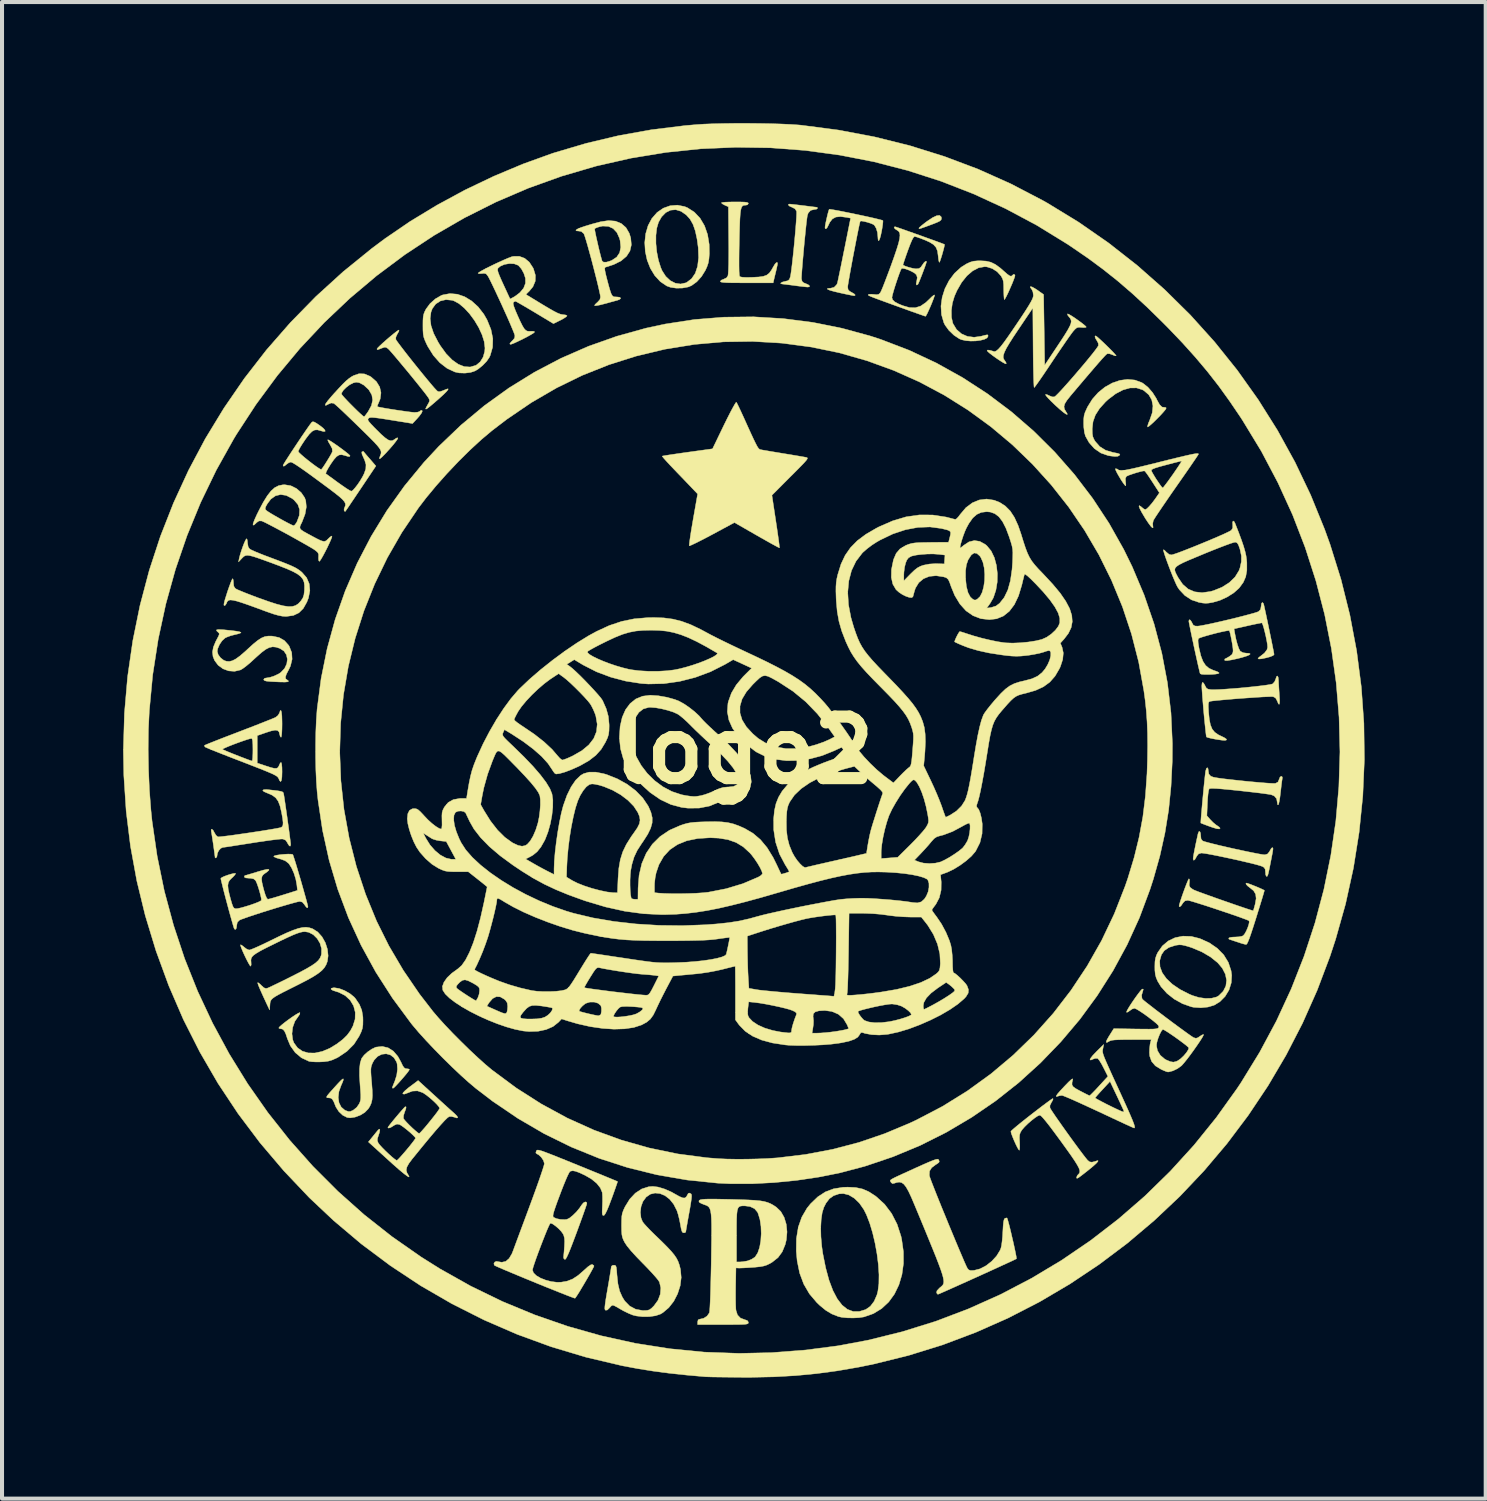
<source format=kicad_pcb>
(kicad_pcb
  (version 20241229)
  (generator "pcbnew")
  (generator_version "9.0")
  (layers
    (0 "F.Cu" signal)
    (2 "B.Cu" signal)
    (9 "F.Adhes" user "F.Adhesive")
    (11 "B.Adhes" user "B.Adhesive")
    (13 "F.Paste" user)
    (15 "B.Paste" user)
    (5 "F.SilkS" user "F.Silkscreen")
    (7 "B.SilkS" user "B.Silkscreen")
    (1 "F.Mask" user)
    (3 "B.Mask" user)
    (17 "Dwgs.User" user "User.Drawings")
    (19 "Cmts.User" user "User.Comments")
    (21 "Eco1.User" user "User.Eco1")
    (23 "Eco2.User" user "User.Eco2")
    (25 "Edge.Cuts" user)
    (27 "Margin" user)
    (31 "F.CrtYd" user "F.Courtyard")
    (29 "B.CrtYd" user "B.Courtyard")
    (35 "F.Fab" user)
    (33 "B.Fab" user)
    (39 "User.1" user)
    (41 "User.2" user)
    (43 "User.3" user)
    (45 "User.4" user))
  (footprint "logo2"
    (layer "F.Cu")
    (at 15.379 15.533)
    (property "Reference" "logo2" (at 0 0 0) (layer "F.SilkS") (effects (font (size 1.524 1.524) (thickness 0.3))))
    (attr through_hole)
    (fp_poly (pts (xy 4.882 -13.213) (xy 4.888 -13.19) (xy 4.888 -13.158) (xy 4.875 -13.131) (xy 4.84 -13.104) (xy 4.775 -13.073) (xy 4.673 -13.033) (xy 4.571 -12.995) (xy 4.46 -12.955) (xy 4.39 -12.93) (xy 4.351 -12.919) (xy 4.335 -12.918) (xy 4.332 -12.926) (xy 4.332 -12.934) (xy 4.353 -12.958) (xy 4.407 -13.004) (xy 4.485 -13.066) (xy 4.532 -13.101) (xy 4.668 -13.192) (xy 4.771 -13.241) (xy 4.843 -13.248) (xy 4.882 -13.213)) (stroke (width 0.01) (type solid)) (fill yes) (layer "F.SilkS"))
    (fp_poly (pts (xy -1.473 -13.467) (xy -1.404 -13.439) (xy -1.233 -13.33) (xy -1.091 -13.18) (xy -0.98 -12.993) (xy -0.904 -12.775) (xy -0.864 -12.53) (xy -0.86 -12.3) (xy -0.87 -12.169) (xy -0.887 -12.069) (xy -0.918 -11.977) (xy -0.958 -11.889) (xy -1.054 -11.734) (xy -1.171 -11.604) (xy -1.299 -11.511) (xy -1.385 -11.475) (xy -1.526 -11.449) (xy -1.679 -11.446) (xy -1.821 -11.467) (xy -1.912 -11.499) (xy -2.075 -11.609) (xy -2.212 -11.758) (xy -2.321 -11.938) (xy -2.4 -12.139) (xy -2.447 -12.355) (xy -2.46 -12.575) (xy -2.441 -12.754) (xy -2.183 -12.754) (xy -2.183 -12.553) (xy -2.162 -12.344) (xy -2.122 -12.141) (xy -2.064 -11.957) (xy -2.031 -11.88) (xy -1.94 -11.738) (xy -1.828 -11.633) (xy -1.703 -11.569) (xy -1.572 -11.549) (xy -1.443 -11.578) (xy -1.419 -11.589) (xy -1.298 -11.682) (xy -1.208 -11.815) (xy -1.151 -11.989) (xy -1.126 -12.2) (xy -1.135 -12.448) (xy -1.164 -12.66) (xy -1.208 -12.864) (xy -1.264 -13.025) (xy -1.337 -13.154) (xy -1.43 -13.258) (xy -1.56 -13.349) (xy -1.692 -13.389) (xy -1.819 -13.378) (xy -1.938 -13.319) (xy -2.043 -13.212) (xy -2.119 -13.078) (xy -2.162 -12.933) (xy -2.183 -12.754) (xy -2.441 -12.754) (xy -2.437 -12.792) (xy -2.377 -12.996) (xy -2.284 -13.172) (xy -2.154 -13.321) (xy -2 -13.427) (xy -1.83 -13.488) (xy -1.652 -13.502) (xy -1.473 -13.467)) (stroke (width 0.01) (type solid)) (fill yes) (layer "F.SilkS"))
    (fp_poly (pts (xy 8.713 -10.262) (xy 8.745 -10.24) (xy 8.803 -10.189) (xy 8.878 -10.12) (xy 8.962 -10.04) (xy 9.046 -9.957) (xy 9.122 -9.881) (xy 9.18 -9.818) (xy 9.213 -9.779) (xy 9.217 -9.77) (xy 9.186 -9.771) (xy 9.13 -9.793) (xy 9.121 -9.797) (xy 9.054 -9.821) (xy 8.999 -9.823) (xy 8.997 -9.822) (xy 8.981 -9.812) (xy 8.955 -9.788) (xy 8.915 -9.746) (xy 8.859 -9.685) (xy 8.785 -9.601) (xy 8.689 -9.49) (xy 8.569 -9.35) (xy 8.422 -9.178) (xy 8.246 -8.97) (xy 8.083 -8.777) (xy 7.994 -8.665) (xy 7.942 -8.58) (xy 7.924 -8.511) (xy 7.936 -8.449) (xy 7.967 -8.396) (xy 8.003 -8.338) (xy 8.004 -8.315) (xy 7.971 -8.328) (xy 7.907 -8.373) (xy 7.814 -8.451) (xy 7.7 -8.554) (xy 7.607 -8.644) (xy 7.532 -8.721) (xy 7.483 -8.778) (xy 7.465 -8.809) (xy 7.465 -8.811) (xy 7.499 -8.811) (xy 7.552 -8.786) (xy 7.555 -8.784) (xy 7.632 -8.754) (xy 7.686 -8.754) (xy 7.718 -8.777) (xy 7.778 -8.836) (xy 7.861 -8.924) (xy 7.961 -9.035) (xy 8.074 -9.162) (xy 8.194 -9.3) (xy 8.315 -9.442) (xy 8.433 -9.581) (xy 8.542 -9.713) (xy 8.636 -9.829) (xy 8.71 -9.925) (xy 8.759 -9.994) (xy 8.778 -10.027) (xy 8.772 -10.085) (xy 8.74 -10.144) (xy 8.704 -10.202) (xy 8.69 -10.246) (xy 8.702 -10.265) (xy 8.713 -10.262)) (stroke (width 0.01) (type solid)) (fill yes) (layer "F.SilkS"))
    (fp_poly (pts (xy 11.304 2.049) (xy 11.31 2.111) (xy 11.318 2.191) (xy 11.349 2.237) (xy 11.365 2.247) (xy 11.411 2.263) (xy 11.501 2.288) (xy 11.626 2.32) (xy 11.776 2.357) (xy 11.945 2.396) (xy 12.122 2.436) (xy 12.3 2.475) (xy 12.47 2.511) (xy 12.623 2.542) (xy 12.752 2.567) (xy 12.846 2.583) (xy 12.898 2.588) (xy 12.901 2.588) (xy 12.967 2.567) (xy 13.013 2.509) (xy 13.021 2.494) (xy 13.057 2.43) (xy 13.086 2.408) (xy 13.1 2.429) (xy 13.101 2.443) (xy 13.096 2.482) (xy 13.083 2.56) (xy 13.063 2.664) (xy 13.04 2.781) (xy 13.017 2.899) (xy 12.995 3.003) (xy 12.98 3.068) (xy 12.959 3.12) (xy 12.937 3.123) (xy 12.919 3.084) (xy 12.914 3.022) (xy 12.907 2.947) (xy 12.88 2.903) (xy 12.84 2.878) (xy 12.789 2.86) (xy 12.696 2.833) (xy 12.568 2.8) (xy 12.414 2.764) (xy 12.244 2.724) (xy 12.066 2.685) (xy 11.889 2.647) (xy 11.721 2.612) (xy 11.572 2.583) (xy 11.45 2.561) (xy 11.363 2.548) (xy 11.324 2.545) (xy 11.257 2.566) (xy 11.211 2.623) (xy 11.203 2.64) (xy 11.166 2.705) (xy 11.138 2.725) (xy 11.123 2.698) (xy 11.123 2.679) (xy 11.128 2.633) (xy 11.143 2.546) (xy 11.166 2.429) (xy 11.194 2.292) (xy 11.226 2.146) (xy 11.244 2.065) (xy 11.264 2.014) (xy 11.287 2.01) (xy 11.304 2.049)) (stroke (width 0.01) (type solid)) (fill yes) (layer "F.SilkS"))
    (fp_poly (pts (xy 11.077 4.61) (xy 11.286 4.662) (xy 11.522 4.768) (xy 11.721 4.905) (xy 11.88 5.067) (xy 11.994 5.253) (xy 12.062 5.459) (xy 12.078 5.571) (xy 12.067 5.758) (xy 12.011 5.937) (xy 11.914 6.097) (xy 11.784 6.228) (xy 11.644 6.313) (xy 11.49 6.359) (xy 11.315 6.377) (xy 11.141 6.366) (xy 11.077 6.353) (xy 10.859 6.276) (xy 10.655 6.163) (xy 10.474 6.02) (xy 10.328 5.857) (xy 10.246 5.723) (xy 10.207 5.633) (xy 10.185 5.549) (xy 10.175 5.45) (xy 10.174 5.361) (xy 10.177 5.239) (xy 10.181 5.212) (xy 10.294 5.212) (xy 10.302 5.362) (xy 10.358 5.512) (xy 10.462 5.657) (xy 10.61 5.796) (xy 10.8 5.925) (xy 11.03 6.042) (xy 11.106 6.074) (xy 11.266 6.123) (xy 11.427 6.146) (xy 11.576 6.142) (xy 11.7 6.111) (xy 11.756 6.08) (xy 11.868 5.968) (xy 11.933 5.838) (xy 11.951 5.695) (xy 11.921 5.546) (xy 11.845 5.397) (xy 11.73 5.261) (xy 11.552 5.118) (xy 11.336 4.992) (xy 11.098 4.892) (xy 11.044 4.874) (xy 10.93 4.84) (xy 10.848 4.822) (xy 10.782 4.818) (xy 10.713 4.826) (xy 10.676 4.834) (xy 10.521 4.884) (xy 10.408 4.962) (xy 10.337 5.063) (xy 10.294 5.212) (xy 10.181 5.212) (xy 10.19 5.15) (xy 10.216 5.072) (xy 10.246 5.009) (xy 10.36 4.846) (xy 10.505 4.723) (xy 10.677 4.641) (xy 10.87 4.603) (xy 11.077 4.61)) (stroke (width 0.01) (type solid)) (fill yes) (layer "F.SilkS"))
    (fp_poly (pts (xy -8.55 -10.379) (xy -8.578 -10.327) (xy -8.586 -10.316) (xy -8.624 -10.235) (xy -8.626 -10.179) (xy -8.607 -10.146) (xy -8.558 -10.079) (xy -8.486 -9.983) (xy -8.396 -9.866) (xy -8.292 -9.733) (xy -8.18 -9.592) (xy -8.065 -9.449) (xy -7.952 -9.31) (xy -7.847 -9.182) (xy -7.754 -9.071) (xy -7.68 -8.984) (xy -7.631 -8.931) (xy -7.597 -8.897) (xy -7.566 -8.882) (xy -7.527 -8.884) (xy -7.463 -8.906) (xy -7.373 -8.943) (xy -7.331 -8.954) (xy -7.332 -8.932) (xy -7.375 -8.88) (xy -7.461 -8.796) (xy -7.582 -8.687) (xy -7.702 -8.583) (xy -7.787 -8.512) (xy -7.843 -8.469) (xy -7.875 -8.451) (xy -7.887 -8.454) (xy -7.887 -8.458) (xy -7.875 -8.488) (xy -7.844 -8.546) (xy -7.831 -8.568) (xy -7.797 -8.631) (xy -7.79 -8.672) (xy -7.808 -8.715) (xy -7.822 -8.737) (xy -7.859 -8.788) (xy -7.923 -8.872) (xy -8.009 -8.98) (xy -8.11 -9.106) (xy -8.221 -9.243) (xy -8.337 -9.385) (xy -8.453 -9.524) (xy -8.561 -9.654) (xy -8.658 -9.769) (xy -8.737 -9.861) (xy -8.793 -9.923) (xy -8.817 -9.947) (xy -8.865 -9.979) (xy -8.908 -9.983) (xy -8.972 -9.96) (xy -8.976 -9.959) (xy -9.046 -9.931) (xy -9.079 -9.922) (xy -9.09 -9.93) (xy -9.091 -9.942) (xy -9.072 -9.968) (xy -9.021 -10.019) (xy -8.948 -10.087) (xy -8.862 -10.163) (xy -8.771 -10.241) (xy -8.685 -10.312) (xy -8.613 -10.369) (xy -8.564 -10.403) (xy -8.546 -10.409) (xy -8.55 -10.379)) (stroke (width 0.01) (type solid)) (fill yes) (layer "F.SilkS"))
    (fp_poly (pts (xy 1.168 -13.525) (xy 1.248 -13.517) (xy 1.357 -13.504) (xy 1.483 -13.489) (xy 1.607 -13.473) (xy 1.71 -13.46) (xy 1.781 -13.452) (xy 1.81 -13.449) (xy 1.81 -13.449) (xy 1.818 -13.428) (xy 1.818 -13.422) (xy 1.795 -13.403) (xy 1.74 -13.395) (xy 1.649 -13.373) (xy 1.589 -13.307) (xy 1.567 -13.242) (xy 1.558 -13.18) (xy 1.545 -13.077) (xy 1.53 -12.94) (xy 1.514 -12.78) (xy 1.496 -12.604) (xy 1.479 -12.421) (xy 1.463 -12.241) (xy 1.448 -12.071) (xy 1.436 -11.921) (xy 1.427 -11.799) (xy 1.422 -11.714) (xy 1.422 -11.678) (xy 1.437 -11.614) (xy 1.478 -11.578) (xy 1.523 -11.561) (xy 1.59 -11.531) (xy 1.623 -11.501) (xy 1.617 -11.479) (xy 1.573 -11.473) (xy 1.52 -11.478) (xy 1.43 -11.488) (xy 1.316 -11.502) (xy 1.243 -11.512) (xy 1.127 -11.527) (xy 1.029 -11.539) (xy 0.962 -11.547) (xy 0.942 -11.549) (xy 0.907 -11.559) (xy 0.915 -11.578) (xy 0.956 -11.599) (xy 1.015 -11.614) (xy 1.086 -11.631) (xy 1.123 -11.663) (xy 1.146 -11.728) (xy 1.147 -11.731) (xy 1.158 -11.794) (xy 1.173 -11.899) (xy 1.19 -12.036) (xy 1.208 -12.198) (xy 1.227 -12.375) (xy 1.245 -12.559) (xy 1.262 -12.743) (xy 1.277 -12.916) (xy 1.289 -13.072) (xy 1.298 -13.201) (xy 1.302 -13.295) (xy 1.301 -13.346) (xy 1.301 -13.349) (xy 1.263 -13.411) (xy 1.19 -13.449) (xy 1.128 -13.476) (xy 1.097 -13.505) (xy 1.103 -13.525) (xy 1.13 -13.529) (xy 1.168 -13.525)) (stroke (width 0.01) (type solid)) (fill yes) (layer "F.SilkS"))
    (fp_poly (pts (xy -7.101 -11.296) (xy -6.921 -11.234) (xy -6.748 -11.129) (xy -6.588 -10.984) (xy -6.447 -10.803) (xy -6.365 -10.66) (xy -6.269 -10.423) (xy -6.223 -10.197) (xy -6.229 -9.983) (xy -6.286 -9.783) (xy -6.31 -9.731) (xy -6.377 -9.634) (xy -6.475 -9.532) (xy -6.586 -9.442) (xy -6.66 -9.397) (xy -6.773 -9.359) (xy -6.912 -9.342) (xy -7.055 -9.347) (xy -7.163 -9.37) (xy -7.355 -9.46) (xy -7.534 -9.598) (xy -7.695 -9.78) (xy -7.833 -10.001) (xy -7.866 -10.067) (xy -7.907 -10.159) (xy -7.933 -10.233) (xy -7.947 -10.31) (xy -7.953 -10.405) (xy -7.954 -10.521) (xy -7.953 -10.648) (xy -7.95 -10.692) (xy -7.775 -10.692) (xy -7.753 -10.517) (xy -7.688 -10.324) (xy -7.577 -10.109) (xy -7.522 -10.019) (xy -7.379 -9.822) (xy -7.23 -9.669) (xy -7.08 -9.562) (xy -6.93 -9.503) (xy -6.784 -9.493) (xy -6.644 -9.534) (xy -6.631 -9.541) (xy -6.534 -9.622) (xy -6.462 -9.74) (xy -6.423 -9.882) (xy -6.417 -9.963) (xy -6.436 -10.121) (xy -6.49 -10.293) (xy -6.573 -10.472) (xy -6.678 -10.648) (xy -6.798 -10.811) (xy -6.928 -10.952) (xy -7.06 -11.063) (xy -7.19 -11.133) (xy -7.231 -11.146) (xy -7.384 -11.161) (xy -7.522 -11.129) (xy -7.637 -11.054) (xy -7.721 -10.94) (xy -7.754 -10.853) (xy -7.775 -10.692) (xy -7.95 -10.692) (xy -7.947 -10.737) (xy -7.933 -10.805) (xy -7.909 -10.867) (xy -7.876 -10.93) (xy -7.776 -11.065) (xy -7.644 -11.182) (xy -7.498 -11.266) (xy -7.462 -11.279) (xy -7.284 -11.312) (xy -7.101 -11.296)) (stroke (width 0.01) (type solid)) (fill yes) (layer "F.SilkS"))
    (fp_poly (pts (xy -10.026 5.901) (xy -9.894 5.952) (xy -9.766 6.024) (xy -9.661 6.109) (xy -9.63 6.143) (xy -9.528 6.293) (xy -9.468 6.44) (xy -9.441 6.605) (xy -9.439 6.687) (xy -9.441 6.801) (xy -9.454 6.889) (xy -9.483 6.974) (xy -9.533 7.08) (xy -9.663 7.282) (xy -9.837 7.456) (xy -10.047 7.598) (xy -10.096 7.624) (xy -10.203 7.671) (xy -10.297 7.699) (xy -10.403 7.713) (xy -10.49 7.718) (xy -10.603 7.719) (xy -10.702 7.714) (xy -10.771 7.705) (xy -10.78 7.702) (xy -10.963 7.616) (xy -11.117 7.487) (xy -11.237 7.319) (xy -11.311 7.143) (xy -11.35 7.025) (xy -11.386 6.951) (xy -11.422 6.911) (xy -11.465 6.898) (xy -11.473 6.898) (xy -11.515 6.889) (xy -11.524 6.877) (xy -11.504 6.849) (xy -11.451 6.801) (xy -11.375 6.74) (xy -11.287 6.674) (xy -11.195 6.609) (xy -11.111 6.553) (xy -11.045 6.514) (xy -11.006 6.497) (xy -11.001 6.499) (xy -11.005 6.537) (xy -11.038 6.586) (xy -11.126 6.713) (xy -11.18 6.864) (xy -11.198 7.022) (xy -11.178 7.172) (xy -11.149 7.247) (xy -11.059 7.37) (xy -10.939 7.453) (xy -10.793 7.496) (xy -10.629 7.498) (xy -10.449 7.459) (xy -10.26 7.38) (xy -10.09 7.276) (xy -9.942 7.164) (xy -9.833 7.058) (xy -9.749 6.945) (xy -9.688 6.831) (xy -9.634 6.659) (xy -9.63 6.49) (xy -9.671 6.331) (xy -9.755 6.191) (xy -9.878 6.076) (xy -10.036 5.995) (xy -10.1 5.975) (xy -10.186 5.947) (xy -10.229 5.919) (xy -10.227 5.896) (xy -10.176 5.883) (xy -10.142 5.882) (xy -10.026 5.901)) (stroke (width 0.01) (type solid)) (fill yes) (layer "F.SilkS"))
    (fp_poly (pts (xy -0.086 -13.581) (xy 0.01 -13.578) (xy 0.069 -13.571) (xy 0.099 -13.559) (xy 0.107 -13.543) (xy 0.107 -13.542) (xy 0.084 -13.51) (xy 0.044 -13.502) (xy 0.006 -13.5) (xy -0.026 -13.491) (xy -0.05 -13.47) (xy -0.069 -13.431) (xy -0.084 -13.369) (xy -0.095 -13.278) (xy -0.103 -13.154) (xy -0.109 -12.991) (xy -0.115 -12.784) (xy -0.119 -12.593) (xy -0.123 -12.365) (xy -0.125 -12.165) (xy -0.125 -11.998) (xy -0.123 -11.868) (xy -0.118 -11.781) (xy -0.112 -11.742) (xy -0.112 -11.742) (xy -0.087 -11.725) (xy -0.033 -11.716) (xy 0.057 -11.712) (xy 0.192 -11.714) (xy 0.208 -11.715) (xy 0.365 -11.723) (xy 0.478 -11.739) (xy 0.561 -11.769) (xy 0.624 -11.818) (xy 0.677 -11.891) (xy 0.715 -11.958) (xy 0.762 -12.038) (xy 0.8 -12.08) (xy 0.824 -12.081) (xy 0.829 -12.055) (xy 0.823 -12.015) (xy 0.807 -11.941) (xy 0.792 -11.875) (xy 0.768 -11.777) (xy 0.747 -11.69) (xy 0.738 -11.651) (xy 0.721 -11.577) (xy 0.066 -11.577) (xy -0.143 -11.578) (xy -0.304 -11.579) (xy -0.423 -11.582) (xy -0.505 -11.587) (xy -0.556 -11.594) (xy -0.582 -11.603) (xy -0.588 -11.614) (xy -0.565 -11.644) (xy -0.509 -11.666) (xy -0.508 -11.667) (xy -0.431 -11.704) (xy -0.4 -11.753) (xy -0.393 -11.801) (xy -0.387 -11.897) (xy -0.382 -12.038) (xy -0.38 -12.219) (xy -0.379 -12.434) (xy -0.381 -12.643) (xy -0.388 -13.462) (xy -0.475 -13.5) (xy -0.532 -13.531) (xy -0.561 -13.557) (xy -0.561 -13.56) (xy -0.536 -13.569) (xy -0.468 -13.576) (xy -0.366 -13.58) (xy -0.242 -13.582) (xy -0.227 -13.582) (xy -0.086 -13.581)) (stroke (width 0.01) (type solid)) (fill yes) (layer "F.SilkS"))
    (fp_poly (pts (xy 9.679 -9.17) (xy 9.848 -9.108) (xy 9.881 -9.089) (xy 10.002 -8.993) (xy 10.116 -8.862) (xy 10.209 -8.716) (xy 10.229 -8.674) (xy 10.291 -8.562) (xy 10.353 -8.501) (xy 10.416 -8.493) (xy 10.421 -8.495) (xy 10.451 -8.486) (xy 10.454 -8.471) (xy 10.437 -8.439) (xy 10.39 -8.382) (xy 10.324 -8.309) (xy 10.246 -8.229) (xy 10.166 -8.149) (xy 10.092 -8.08) (xy 10.034 -8.031) (xy 9.999 -8.008) (xy 9.994 -8.009) (xy 9.996 -8.04) (xy 10.016 -8.104) (xy 10.046 -8.174) (xy 10.11 -8.359) (xy 10.127 -8.529) (xy 10.097 -8.68) (xy 10.023 -8.807) (xy 9.905 -8.908) (xy 9.864 -8.931) (xy 9.718 -8.976) (xy 9.556 -8.974) (xy 9.384 -8.925) (xy 9.204 -8.831) (xy 9.023 -8.694) (xy 8.951 -8.628) (xy 8.803 -8.463) (xy 8.701 -8.303) (xy 8.643 -8.14) (xy 8.623 -7.963) (xy 8.623 -7.952) (xy 8.626 -7.842) (xy 8.639 -7.765) (xy 8.668 -7.699) (xy 8.696 -7.652) (xy 8.81 -7.522) (xy 8.955 -7.431) (xy 9.136 -7.377) (xy 9.154 -7.374) (xy 9.248 -7.356) (xy 9.297 -7.34) (xy 9.309 -7.322) (xy 9.301 -7.309) (xy 9.259 -7.283) (xy 9.186 -7.277) (xy 9.075 -7.29) (xy 9.014 -7.301) (xy 8.837 -7.363) (xy 8.679 -7.471) (xy 8.546 -7.62) (xy 8.456 -7.78) (xy 8.43 -7.872) (xy 8.414 -8.002) (xy 8.411 -8.089) (xy 8.412 -8.203) (xy 8.422 -8.289) (xy 8.445 -8.368) (xy 8.488 -8.463) (xy 8.507 -8.504) (xy 8.626 -8.696) (xy 8.772 -8.861) (xy 8.939 -8.996) (xy 9.12 -9.097) (xy 9.309 -9.162) (xy 9.497 -9.187) (xy 9.679 -9.17)) (stroke (width 0.01) (type solid)) (fill yes) (layer "F.SilkS"))
    (fp_poly (pts (xy 5.994 -12.116) (xy 6.113 -12.088) (xy 6.225 -12.033) (xy 6.346 -11.945) (xy 6.431 -11.87) (xy 6.518 -11.794) (xy 6.576 -11.753) (xy 6.613 -11.741) (xy 6.638 -11.755) (xy 6.644 -11.764) (xy 6.678 -11.79) (xy 6.706 -11.777) (xy 6.711 -11.758) (xy 6.701 -11.718) (xy 6.675 -11.647) (xy 6.638 -11.554) (xy 6.593 -11.451) (xy 6.548 -11.349) (xy 6.505 -11.26) (xy 6.471 -11.195) (xy 6.451 -11.164) (xy 6.447 -11.163) (xy 6.44 -11.195) (xy 6.435 -11.267) (xy 6.432 -11.367) (xy 6.431 -11.413) (xy 6.429 -11.532) (xy 6.421 -11.614) (xy 6.404 -11.675) (xy 6.374 -11.732) (xy 6.358 -11.756) (xy 6.266 -11.856) (xy 6.146 -11.932) (xy 6.016 -11.973) (xy 5.961 -11.978) (xy 5.81 -11.951) (xy 5.662 -11.874) (xy 5.52 -11.752) (xy 5.389 -11.589) (xy 5.274 -11.389) (xy 5.21 -11.244) (xy 5.159 -11.074) (xy 5.135 -10.896) (xy 5.137 -10.727) (xy 5.168 -10.585) (xy 5.175 -10.567) (xy 5.262 -10.423) (xy 5.382 -10.317) (xy 5.53 -10.252) (xy 5.697 -10.23) (xy 5.864 -10.253) (xy 5.958 -10.278) (xy 6.011 -10.289) (xy 6.036 -10.288) (xy 6.042 -10.275) (xy 6.043 -10.256) (xy 6.018 -10.213) (xy 5.952 -10.179) (xy 5.855 -10.154) (xy 5.739 -10.139) (xy 5.615 -10.136) (xy 5.494 -10.146) (xy 5.388 -10.169) (xy 5.334 -10.191) (xy 5.198 -10.281) (xy 5.074 -10.4) (xy 4.978 -10.531) (xy 4.948 -10.591) (xy 4.89 -10.79) (xy 4.877 -11.003) (xy 4.907 -11.22) (xy 4.975 -11.434) (xy 5.078 -11.635) (xy 5.212 -11.814) (xy 5.376 -11.964) (xy 5.51 -12.048) (xy 5.601 -12.09) (xy 5.684 -12.114) (xy 5.784 -12.123) (xy 5.855 -12.124) (xy 5.994 -12.116)) (stroke (width 0.01) (type solid)) (fill yes) (layer "F.SilkS"))
    (fp_poly (pts (xy 2.766 10.83) (xy 2.934 10.866) (xy 3.089 10.933) (xy 3.251 11.038) (xy 3.272 11.054) (xy 3.481 11.244) (xy 3.654 11.473) (xy 3.79 11.738) (xy 3.887 12.035) (xy 3.904 12.114) (xy 3.947 12.419) (xy 3.948 12.712) (xy 3.91 12.987) (xy 3.835 13.24) (xy 3.725 13.468) (xy 3.582 13.665) (xy 3.407 13.828) (xy 3.204 13.952) (xy 2.974 14.033) (xy 2.965 14.035) (xy 2.846 14.053) (xy 2.703 14.06) (xy 2.555 14.057) (xy 2.423 14.044) (xy 2.339 14.026) (xy 2.174 13.961) (xy 2.024 13.871) (xy 1.872 13.746) (xy 1.802 13.679) (xy 1.619 13.463) (xy 1.478 13.221) (xy 1.377 12.95) (xy 1.315 12.647) (xy 1.293 12.406) (xy 1.297 12.093) (xy 1.341 11.824) (xy 1.899 11.824) (xy 1.904 12.047) (xy 1.924 12.282) (xy 1.95 12.465) (xy 2.021 12.819) (xy 2.104 13.125) (xy 2.2 13.38) (xy 2.308 13.586) (xy 2.427 13.741) (xy 2.558 13.846) (xy 2.7 13.899) (xy 2.853 13.9) (xy 3.014 13.851) (xy 3.128 13.771) (xy 3.222 13.647) (xy 3.292 13.486) (xy 3.315 13.395) (xy 3.339 13.21) (xy 3.342 12.988) (xy 3.326 12.74) (xy 3.293 12.477) (xy 3.245 12.211) (xy 3.184 11.952) (xy 3.112 11.712) (xy 3.031 11.503) (xy 2.966 11.374) (xy 2.856 11.216) (xy 2.731 11.095) (xy 2.596 11.014) (xy 2.46 10.979) (xy 2.352 10.986) (xy 2.219 11.031) (xy 2.114 11.105) (xy 2.029 11.217) (xy 1.975 11.323) (xy 1.935 11.452) (xy 1.91 11.623) (xy 1.899 11.824) (xy 1.341 11.824) (xy 1.342 11.812) (xy 1.43 11.562) (xy 1.559 11.341) (xy 1.648 11.231) (xy 1.826 11.06) (xy 2.013 10.938) (xy 2.217 10.861) (xy 2.448 10.824) (xy 2.567 10.82) (xy 2.766 10.83)) (stroke (width 0.01) (type solid)) (fill yes) (layer "F.SilkS"))
    (fp_poly (pts (xy 11.492 0.456) (xy 11.497 0.501) (xy 11.511 0.588) (xy 11.557 0.64) (xy 11.62 0.665) (xy 11.679 0.677) (xy 11.78 0.693) (xy 11.914 0.71) (xy 12.072 0.728) (xy 12.246 0.747) (xy 12.426 0.766) (xy 12.605 0.783) (xy 12.773 0.798) (xy 12.922 0.81) (xy 13.042 0.818) (xy 13.126 0.821) (xy 13.163 0.819) (xy 13.224 0.786) (xy 13.252 0.721) (xy 13.274 0.665) (xy 13.305 0.642) (xy 13.305 0.642) (xy 13.332 0.662) (xy 13.33 0.702) (xy 13.322 0.753) (xy 13.31 0.843) (xy 13.297 0.958) (xy 13.287 1.043) (xy 13.273 1.161) (xy 13.257 1.26) (xy 13.242 1.327) (xy 13.233 1.349) (xy 13.214 1.347) (xy 13.208 1.3) (xy 13.19 1.199) (xy 13.134 1.133) (xy 13.054 1.099) (xy 13.001 1.09) (xy 12.902 1.076) (xy 12.768 1.058) (xy 12.605 1.039) (xy 12.422 1.018) (xy 12.252 0.999) (xy 12.026 0.976) (xy 11.847 0.959) (xy 11.713 0.948) (xy 11.617 0.944) (xy 11.556 0.945) (xy 11.524 0.952) (xy 11.52 0.955) (xy 11.506 0.995) (xy 11.493 1.079) (xy 11.482 1.197) (xy 11.476 1.304) (xy 11.463 1.621) (xy 11.55 1.72) (xy 11.619 1.79) (xy 11.691 1.849) (xy 11.714 1.864) (xy 11.766 1.901) (xy 11.791 1.929) (xy 11.791 1.931) (xy 11.772 1.948) (xy 11.712 1.943) (xy 11.61 1.913) (xy 11.51 1.878) (xy 11.419 1.844) (xy 11.349 1.817) (xy 11.314 1.802) (xy 11.313 1.801) (xy 11.313 1.774) (xy 11.317 1.702) (xy 11.325 1.595) (xy 11.337 1.462) (xy 11.35 1.31) (xy 11.365 1.15) (xy 11.38 0.989) (xy 11.395 0.838) (xy 11.409 0.704) (xy 11.421 0.596) (xy 11.43 0.524) (xy 11.432 0.515) (xy 11.451 0.45) (xy 11.474 0.43) (xy 11.492 0.456)) (stroke (width 0.01) (type solid)) (fill yes) (layer "F.SilkS"))
    (fp_poly (pts (xy 13.229 -1.806) (xy 13.237 -1.731) (xy 13.24 -1.651) (xy 13.247 -1.538) (xy 13.255 -1.414) (xy 13.257 -1.381) (xy 13.265 -1.251) (xy 13.263 -1.168) (xy 13.252 -1.136) (xy 13.233 -1.154) (xy 13.208 -1.216) (xy 13.167 -1.293) (xy 13.106 -1.328) (xy 13.064 -1.33) (xy 12.977 -1.327) (xy 12.854 -1.322) (xy 12.704 -1.313) (xy 12.535 -1.301) (xy 12.355 -1.289) (xy 12.173 -1.275) (xy 11.999 -1.26) (xy 11.839 -1.246) (xy 11.704 -1.233) (xy 11.601 -1.222) (xy 11.539 -1.212) (xy 11.528 -1.209) (xy 11.51 -1.192) (xy 11.5 -1.152) (xy 11.499 -1.08) (xy 11.505 -0.965) (xy 11.505 -0.952) (xy 11.523 -0.768) (xy 11.551 -0.629) (xy 11.594 -0.525) (xy 11.657 -0.447) (xy 11.744 -0.386) (xy 11.82 -0.349) (xy 11.894 -0.313) (xy 11.941 -0.281) (xy 11.951 -0.267) (xy 11.939 -0.25) (xy 11.898 -0.245) (xy 11.821 -0.252) (xy 11.701 -0.27) (xy 11.651 -0.279) (xy 11.557 -0.298) (xy 11.487 -0.316) (xy 11.453 -0.329) (xy 11.453 -0.329) (xy 11.446 -0.359) (xy 11.437 -0.433) (xy 11.425 -0.542) (xy 11.411 -0.677) (xy 11.396 -0.83) (xy 11.381 -0.991) (xy 11.368 -1.151) (xy 11.355 -1.301) (xy 11.346 -1.432) (xy 11.339 -1.536) (xy 11.337 -1.598) (xy 11.343 -1.657) (xy 11.357 -1.684) (xy 11.358 -1.684) (xy 11.383 -1.662) (xy 11.414 -1.608) (xy 11.418 -1.598) (xy 11.449 -1.542) (xy 11.49 -1.515) (xy 11.562 -1.503) (xy 11.577 -1.502) (xy 11.654 -1.501) (xy 11.768 -1.505) (xy 11.912 -1.514) (xy 12.077 -1.526) (xy 12.254 -1.54) (xy 12.433 -1.557) (xy 12.608 -1.575) (xy 12.768 -1.593) (xy 12.905 -1.61) (xy 13.011 -1.626) (xy 13.077 -1.64) (xy 13.092 -1.645) (xy 13.14 -1.698) (xy 13.168 -1.764) (xy 13.189 -1.828) (xy 13.212 -1.841) (xy 13.229 -1.806)) (stroke (width 0.01) (type solid)) (fill yes) (layer "F.SilkS"))
    (fp_poly (pts (xy 7.651 8.653) (xy 7.624 8.704) (xy 7.616 8.715) (xy 7.575 8.8) (xy 7.577 8.854) (xy 7.596 8.89) (xy 7.642 8.961) (xy 7.71 9.062) (xy 7.796 9.185) (xy 7.893 9.323) (xy 7.998 9.47) (xy 8.105 9.619) (xy 8.21 9.763) (xy 8.307 9.894) (xy 8.392 10.007) (xy 8.46 10.095) (xy 8.505 10.15) (xy 8.51 10.155) (xy 8.559 10.194) (xy 8.616 10.202) (xy 8.697 10.182) (xy 8.727 10.171) (xy 8.767 10.162) (xy 8.765 10.183) (xy 8.723 10.231) (xy 8.642 10.304) (xy 8.538 10.39) (xy 8.42 10.483) (xy 8.337 10.547) (xy 8.284 10.585) (xy 8.253 10.601) (xy 8.239 10.599) (xy 8.235 10.583) (xy 8.235 10.579) (xy 8.254 10.531) (xy 8.275 10.508) (xy 8.301 10.48) (xy 8.315 10.447) (xy 8.313 10.404) (xy 8.293 10.346) (xy 8.252 10.269) (xy 8.189 10.168) (xy 8.101 10.038) (xy 7.985 9.875) (xy 7.846 9.682) (xy 7.695 9.477) (xy 7.573 9.314) (xy 7.476 9.191) (xy 7.404 9.105) (xy 7.355 9.055) (xy 7.326 9.037) (xy 7.325 9.037) (xy 7.277 9.055) (xy 7.205 9.102) (xy 7.118 9.17) (xy 7.028 9.248) (xy 6.947 9.328) (xy 6.885 9.399) (xy 6.875 9.413) (xy 6.842 9.469) (xy 6.825 9.524) (xy 6.82 9.597) (xy 6.825 9.7) (xy 6.828 9.796) (xy 6.826 9.869) (xy 6.818 9.905) (xy 6.817 9.907) (xy 6.799 9.889) (xy 6.768 9.835) (xy 6.729 9.756) (xy 6.688 9.665) (xy 6.651 9.575) (xy 6.622 9.499) (xy 6.609 9.448) (xy 6.609 9.438) (xy 6.633 9.412) (xy 6.691 9.361) (xy 6.777 9.289) (xy 6.884 9.202) (xy 7.005 9.106) (xy 7.133 9.006) (xy 7.261 8.907) (xy 7.381 8.815) (xy 7.487 8.736) (xy 7.572 8.674) (xy 7.629 8.635) (xy 7.651 8.625) (xy 7.651 8.653)) (stroke (width 0.01) (type solid)) (fill yes) (layer "F.SilkS"))
    (fp_poly (pts (xy -0.172 -8.588) (xy -0.137 -8.517) (xy -0.089 -8.415) (xy -0.032 -8.292) (xy -0.006 -8.235) (xy 0.091 -8.02) (xy 0.169 -7.849) (xy 0.23 -7.717) (xy 0.278 -7.618) (xy 0.314 -7.548) (xy 0.342 -7.5) (xy 0.364 -7.472) (xy 0.383 -7.456) (xy 0.402 -7.448) (xy 0.408 -7.447) (xy 0.453 -7.438) (xy 0.541 -7.423) (xy 0.662 -7.402) (xy 0.808 -7.378) (xy 0.963 -7.352) (xy 1.124 -7.326) (xy 1.272 -7.301) (xy 1.397 -7.28) (xy 1.488 -7.264) (xy 1.534 -7.256) (xy 1.557 -7.25) (xy 1.569 -7.239) (xy 1.566 -7.22) (xy 1.545 -7.187) (xy 1.502 -7.137) (xy 1.433 -7.064) (xy 1.335 -6.964) (xy 1.204 -6.832) (xy 1.15 -6.779) (xy 0.69 -6.317) (xy 0.788 -5.669) (xy 0.815 -5.49) (xy 0.838 -5.329) (xy 0.857 -5.194) (xy 0.87 -5.092) (xy 0.877 -5.03) (xy 0.878 -5.014) (xy 0.853 -5.024) (xy 0.789 -5.058) (xy 0.691 -5.111) (xy 0.566 -5.181) (xy 0.421 -5.263) (xy 0.316 -5.323) (xy -0.238 -5.641) (xy -0.789 -5.344) (xy -0.946 -5.261) (xy -1.086 -5.189) (xy -1.204 -5.13) (xy -1.293 -5.088) (xy -1.345 -5.066) (xy -1.357 -5.064) (xy -1.357 -5.094) (xy -1.349 -5.169) (xy -1.333 -5.282) (xy -1.311 -5.425) (xy -1.283 -5.591) (xy -1.262 -5.715) (xy -1.15 -6.349) (xy -1.278 -6.483) (xy -1.341 -6.549) (xy -1.431 -6.643) (xy -1.539 -6.756) (xy -1.655 -6.876) (xy -1.722 -6.946) (xy -1.825 -7.054) (xy -1.913 -7.149) (xy -1.98 -7.223) (xy -2.019 -7.271) (xy -2.028 -7.286) (xy -1.999 -7.292) (xy -1.925 -7.305) (xy -1.814 -7.322) (xy -1.671 -7.343) (xy -1.506 -7.367) (xy -1.399 -7.382) (xy -0.781 -7.467) (xy -0.497 -8.056) (xy -0.417 -8.218) (xy -0.345 -8.36) (xy -0.282 -8.478) (xy -0.234 -8.564) (xy -0.202 -8.613) (xy -0.191 -8.621) (xy -0.172 -8.588)) (stroke (width 0.01) (type solid)) (fill yes) (layer "F.SilkS"))
    (fp_poly (pts (xy -11.787 0.976) (xy -11.64 0.992) (xy -11.539 1.005) (xy -11.473 1.017) (xy -11.435 1.029) (xy -11.415 1.045) (xy -11.407 1.066) (xy -11.404 1.078) (xy -11.395 1.128) (xy -11.381 1.219) (xy -11.363 1.342) (xy -11.342 1.487) (xy -11.319 1.646) (xy -11.297 1.807) (xy -11.275 1.962) (xy -11.257 2.102) (xy -11.242 2.216) (xy -11.232 2.296) (xy -11.229 2.33) (xy -11.238 2.373) (xy -11.262 2.369) (xy -11.297 2.318) (xy -11.31 2.292) (xy -11.352 2.228) (xy -11.413 2.201) (xy -11.436 2.197) (xy -11.485 2.199) (xy -11.579 2.209) (xy -11.71 2.225) (xy -11.868 2.247) (xy -12.047 2.273) (xy -12.205 2.298) (xy -12.39 2.327) (xy -12.559 2.353) (xy -12.702 2.376) (xy -12.815 2.393) (xy -12.888 2.403) (xy -12.914 2.406) (xy -12.962 2.429) (xy -13.01 2.482) (xy -13.042 2.546) (xy -13.048 2.579) (xy -13.057 2.635) (xy -13.074 2.66) (xy -13.099 2.667) (xy -13.101 2.663) (xy -13.105 2.627) (xy -13.115 2.553) (xy -13.129 2.451) (xy -13.145 2.336) (xy -13.162 2.222) (xy -13.178 2.12) (xy -13.19 2.044) (xy -13.196 2.012) (xy -13.198 1.963) (xy -13.179 1.955) (xy -13.149 1.984) (xy -13.118 2.041) (xy -13.08 2.105) (xy -13.036 2.142) (xy -13.031 2.144) (xy -12.994 2.143) (xy -12.912 2.134) (xy -12.795 2.12) (xy -12.65 2.101) (xy -12.485 2.077) (xy -12.309 2.052) (xy -12.131 2.025) (xy -11.958 1.999) (xy -11.799 1.973) (xy -11.662 1.95) (xy -11.556 1.931) (xy -11.489 1.917) (xy -11.476 1.914) (xy -11.442 1.894) (xy -11.422 1.857) (xy -11.418 1.793) (xy -11.428 1.695) (xy -11.453 1.554) (xy -11.455 1.542) (xy -11.493 1.38) (xy -11.539 1.261) (xy -11.601 1.175) (xy -11.687 1.112) (xy -11.804 1.061) (xy -11.812 1.058) (xy -11.893 1.023) (xy -11.922 0.994) (xy -11.899 0.976) (xy -11.827 0.972) (xy -11.787 0.976)) (stroke (width 0.01) (type solid)) (fill yes) (layer "F.SilkS"))
    (fp_poly (pts (xy 2.138 -13.398) (xy 2.21 -13.387) (xy 2.317 -13.368) (xy 2.451 -13.342) (xy 2.602 -13.311) (xy 2.763 -13.278) (xy 2.924 -13.244) (xy 3.077 -13.211) (xy 3.214 -13.18) (xy 3.325 -13.153) (xy 3.403 -13.133) (xy 3.438 -13.121) (xy 3.439 -13.12) (xy 3.44 -13.09) (xy 3.433 -13.019) (xy 3.418 -12.921) (xy 3.408 -12.863) (xy 3.383 -12.744) (xy 3.359 -12.663) (xy 3.339 -12.623) (xy 3.323 -12.627) (xy 3.316 -12.68) (xy 3.315 -12.707) (xy 3.304 -12.825) (xy 3.273 -12.928) (xy 3.229 -13.003) (xy 3.202 -13.024) (xy 3.138 -13.051) (xy 3.058 -13.077) (xy 2.976 -13.098) (xy 2.911 -13.109) (xy 2.878 -13.106) (xy 2.877 -13.105) (xy 2.868 -13.072) (xy 2.85 -12.994) (xy 2.826 -12.879) (xy 2.797 -12.735) (xy 2.765 -12.571) (xy 2.731 -12.394) (xy 2.696 -12.213) (xy 2.663 -12.035) (xy 2.632 -11.868) (xy 2.606 -11.72) (xy 2.585 -11.6) (xy 2.571 -11.514) (xy 2.567 -11.473) (xy 2.576 -11.411) (xy 2.613 -11.37) (xy 2.66 -11.344) (xy 2.724 -11.307) (xy 2.753 -11.277) (xy 2.743 -11.26) (xy 2.72 -11.259) (xy 2.682 -11.265) (xy 2.604 -11.281) (xy 2.496 -11.303) (xy 2.373 -11.33) (xy 2.229 -11.364) (xy 2.127 -11.393) (xy 2.07 -11.417) (xy 2.06 -11.433) (xy 2.099 -11.442) (xy 2.137 -11.443) (xy 2.23 -11.467) (xy 2.295 -11.534) (xy 2.311 -11.571) (xy 2.32 -11.609) (xy 2.338 -11.692) (xy 2.363 -11.813) (xy 2.395 -11.966) (xy 2.431 -12.144) (xy 2.47 -12.339) (xy 2.483 -12.4) (xy 2.639 -13.18) (xy 2.543 -13.199) (xy 2.389 -13.219) (xy 2.273 -13.207) (xy 2.187 -13.16) (xy 2.122 -13.076) (xy 2.093 -13.014) (xy 2.059 -12.947) (xy 2.029 -12.915) (xy 2.009 -12.924) (xy 2.005 -12.951) (xy 2.011 -13) (xy 2.026 -13.079) (xy 2.047 -13.174) (xy 2.069 -13.269) (xy 2.09 -13.347) (xy 2.106 -13.394) (xy 2.109 -13.4) (xy 2.138 -13.398)) (stroke (width 0.01) (type solid)) (fill yes) (layer "F.SilkS"))
    (fp_poly (pts (xy -3.186 -13.106) (xy -3.041 -13.047) (xy -2.926 -12.947) (xy -2.843 -12.805) (xy -2.807 -12.688) (xy -2.792 -12.518) (xy -2.827 -12.366) (xy -2.912 -12.235) (xy -3.046 -12.122) (xy -3.23 -12.03) (xy -3.441 -11.962) (xy -3.451 -11.94) (xy -3.446 -11.881) (xy -3.424 -11.779) (xy -3.394 -11.66) (xy -3.352 -11.502) (xy -3.319 -11.389) (xy -3.293 -11.312) (xy -3.268 -11.265) (xy -3.242 -11.24) (xy -3.21 -11.231) (xy -3.167 -11.229) (xy -3.153 -11.229) (xy -3.079 -11.22) (xy -3.054 -11.197) (xy -3.08 -11.168) (xy -3.143 -11.144) (xy -3.205 -11.128) (xy -3.3 -11.102) (xy -3.413 -11.07) (xy -3.456 -11.059) (xy -3.56 -11.032) (xy -3.643 -11.016) (xy -3.693 -11.011) (xy -3.702 -11.014) (xy -3.691 -11.041) (xy -3.648 -11.082) (xy -3.635 -11.092) (xy -3.572 -11.161) (xy -3.556 -11.224) (xy -3.563 -11.275) (xy -3.583 -11.368) (xy -3.612 -11.495) (xy -3.649 -11.648) (xy -3.692 -11.817) (xy -3.738 -11.996) (xy -3.785 -12.175) (xy -3.832 -12.346) (xy -3.875 -12.502) (xy -3.913 -12.632) (xy -3.944 -12.731) (xy -3.965 -12.788) (xy -3.969 -12.796) (xy -4.031 -12.85) (xy -4.091 -12.86) (xy -4.154 -12.866) (xy -4.166 -12.882) (xy -4.132 -12.908) (xy -4.108 -12.918) (xy -3.7 -12.918) (xy -3.698 -12.888) (xy -3.685 -12.818) (xy -3.664 -12.717) (xy -3.637 -12.598) (xy -3.608 -12.471) (xy -3.578 -12.347) (xy -3.55 -12.238) (xy -3.527 -12.154) (xy -3.516 -12.118) (xy -3.48 -12.09) (xy -3.408 -12.091) (xy -3.309 -12.121) (xy -3.271 -12.137) (xy -3.154 -12.215) (xy -3.082 -12.323) (xy -3.054 -12.459) (xy -3.07 -12.623) (xy -3.085 -12.68) (xy -3.149 -12.823) (xy -3.242 -12.923) (xy -3.361 -12.977) (xy -3.501 -12.984) (xy -3.577 -12.969) (xy -3.648 -12.946) (xy -3.694 -12.924) (xy -3.7 -12.918) (xy -4.108 -12.918) (xy -4.052 -12.943) (xy -3.931 -12.984) (xy -3.769 -13.033) (xy -3.571 -13.086) (xy -3.557 -13.09) (xy -3.359 -13.12) (xy -3.186 -13.106)) (stroke (width 0.01) (type solid)) (fill yes) (layer "F.SilkS"))
    (fp_poly (pts (xy -12.922 -2.987) (xy -12.88 -2.984) (xy -12.706 -2.967) (xy -12.582 -2.951) (xy -12.502 -2.937) (xy -12.464 -2.922) (xy -12.459 -2.915) (xy -12.483 -2.899) (xy -12.545 -2.88) (xy -12.613 -2.864) (xy -12.715 -2.838) (xy -12.81 -2.803) (xy -12.853 -2.782) (xy -12.929 -2.713) (xy -12.994 -2.617) (xy -13.038 -2.514) (xy -13.048 -2.45) (xy -13.025 -2.369) (xy -12.966 -2.29) (xy -12.887 -2.229) (xy -12.823 -2.205) (xy -12.75 -2.2) (xy -12.674 -2.218) (xy -12.589 -2.262) (xy -12.487 -2.336) (xy -12.36 -2.445) (xy -12.295 -2.505) (xy -12.158 -2.63) (xy -12.047 -2.72) (xy -11.955 -2.78) (xy -11.872 -2.815) (xy -11.788 -2.829) (xy -11.696 -2.828) (xy -11.68 -2.827) (xy -11.515 -2.792) (xy -11.385 -2.718) (xy -11.282 -2.603) (xy -11.265 -2.575) (xy -11.204 -2.42) (xy -11.194 -2.256) (xy -11.235 -2.087) (xy -11.28 -1.993) (xy -11.336 -1.886) (xy -11.359 -1.813) (xy -11.352 -1.769) (xy -11.323 -1.748) (xy -11.288 -1.721) (xy -11.283 -1.708) (xy -11.304 -1.696) (xy -11.368 -1.69) (xy -11.478 -1.691) (xy -11.637 -1.698) (xy -11.744 -1.704) (xy -11.838 -1.714) (xy -11.887 -1.732) (xy -11.898 -1.753) (xy -11.875 -1.784) (xy -11.834 -1.791) (xy -11.742 -1.806) (xy -11.631 -1.843) (xy -11.526 -1.893) (xy -11.475 -1.927) (xy -11.381 -2.026) (xy -11.327 -2.139) (xy -11.311 -2.256) (xy -11.335 -2.366) (xy -11.396 -2.458) (xy -11.496 -2.523) (xy -11.496 -2.523) (xy -11.59 -2.554) (xy -11.674 -2.563) (xy -11.757 -2.546) (xy -11.846 -2.501) (xy -11.951 -2.423) (xy -12.08 -2.309) (xy -12.13 -2.263) (xy -12.232 -2.169) (xy -12.331 -2.087) (xy -12.414 -2.025) (xy -12.47 -1.991) (xy -12.618 -1.956) (xy -12.767 -1.967) (xy -12.907 -2.019) (xy -13.026 -2.107) (xy -13.115 -2.226) (xy -13.153 -2.321) (xy -13.166 -2.434) (xy -13.144 -2.556) (xy -13.084 -2.699) (xy -13.058 -2.748) (xy -13.016 -2.828) (xy -12.999 -2.874) (xy -13.004 -2.902) (xy -13.028 -2.925) (xy -13.066 -2.961) (xy -13.064 -2.983) (xy -13.017 -2.991) (xy -12.922 -2.987)) (stroke (width 0.01) (type solid)) (fill yes) (layer "F.SilkS"))
    (fp_poly (pts (xy -11.228 -6.553) (xy -11.087 -6.484) (xy -10.969 -6.382) (xy -10.883 -6.256) (xy -10.856 -6.18) (xy -10.842 -6.027) (xy -10.873 -5.85) (xy -10.949 -5.652) (xy -10.953 -5.644) (xy -10.985 -5.58) (xy -11.001 -5.533) (xy -10.998 -5.496) (xy -10.969 -5.46) (xy -10.91 -5.419) (xy -10.813 -5.365) (xy -10.708 -5.308) (xy -10.58 -5.24) (xy -10.489 -5.196) (xy -10.425 -5.176) (xy -10.38 -5.176) (xy -10.342 -5.196) (xy -10.303 -5.235) (xy -10.299 -5.239) (xy -10.249 -5.286) (xy -10.213 -5.306) (xy -10.207 -5.305) (xy -10.211 -5.275) (xy -10.236 -5.21) (xy -10.276 -5.121) (xy -10.325 -5.017) (xy -10.379 -4.911) (xy -10.431 -4.814) (xy -10.476 -4.736) (xy -10.509 -4.688) (xy -10.521 -4.679) (xy -10.537 -4.703) (xy -10.541 -4.765) (xy -10.539 -4.783) (xy -10.538 -4.854) (xy -10.561 -4.903) (xy -10.619 -4.952) (xy -10.619 -4.952) (xy -10.672 -4.988) (xy -10.763 -5.042) (xy -10.882 -5.11) (xy -11.022 -5.189) (xy -11.175 -5.275) (xy -11.333 -5.362) (xy -11.489 -5.446) (xy -11.635 -5.524) (xy -11.762 -5.59) (xy -11.863 -5.642) (xy -11.931 -5.673) (xy -11.952 -5.681) (xy -12.014 -5.681) (xy -12.073 -5.641) (xy -12.083 -5.63) (xy -12.136 -5.581) (xy -12.162 -5.577) (xy -12.159 -5.618) (xy -12.127 -5.704) (xy -12.068 -5.835) (xy -12.017 -5.937) (xy -11.989 -5.991) (xy -11.861 -5.991) (xy -11.852 -5.961) (xy -11.837 -5.944) (xy -11.798 -5.915) (xy -11.724 -5.868) (xy -11.627 -5.811) (xy -11.517 -5.748) (xy -11.405 -5.686) (xy -11.302 -5.631) (xy -11.219 -5.589) (xy -11.167 -5.566) (xy -11.156 -5.563) (xy -11.125 -5.584) (xy -11.086 -5.638) (xy -11.073 -5.662) (xy -11.015 -5.819) (xy -11.008 -5.962) (xy -11.052 -6.089) (xy -11.148 -6.201) (xy -11.199 -6.24) (xy -11.341 -6.313) (xy -11.479 -6.334) (xy -11.606 -6.303) (xy -11.72 -6.222) (xy -11.806 -6.109) (xy -11.847 -6.035) (xy -11.861 -5.991) (xy -11.989 -5.991) (xy -11.908 -6.144) (xy -11.809 -6.304) (xy -11.716 -6.423) (xy -11.625 -6.505) (xy -11.529 -6.554) (xy -11.425 -6.575) (xy -11.377 -6.577) (xy -11.228 -6.553)) (stroke (width 0.01) (type solid)) (fill yes) (layer "F.SilkS"))
    (fp_poly (pts (xy 12.14 -5.663) (xy 12.161 -5.621) (xy 12.25 -5.395) (xy 12.319 -5.209) (xy 12.371 -5.057) (xy 12.408 -4.929) (xy 12.433 -4.819) (xy 12.447 -4.719) (xy 12.453 -4.648) (xy 12.453 -4.456) (xy 12.425 -4.298) (xy 12.365 -4.16) (xy 12.27 -4.029) (xy 12.255 -4.012) (xy 12.128 -3.899) (xy 11.966 -3.797) (xy 11.788 -3.715) (xy 11.612 -3.664) (xy 11.607 -3.663) (xy 11.507 -3.646) (xy 11.434 -3.641) (xy 11.361 -3.647) (xy 11.265 -3.664) (xy 11.082 -3.726) (xy 10.917 -3.834) (xy 10.781 -3.979) (xy 10.734 -4.049) (xy 10.703 -4.111) (xy 10.662 -4.204) (xy 10.613 -4.321) (xy 10.562 -4.45) (xy 10.554 -4.47) (xy 10.667 -4.47) (xy 10.678 -4.422) (xy 10.704 -4.365) (xy 10.742 -4.294) (xy 10.753 -4.274) (xy 10.865 -4.11) (xy 11.001 -3.993) (xy 11.161 -3.925) (xy 11.344 -3.904) (xy 11.549 -3.932) (xy 11.627 -3.954) (xy 11.84 -4.04) (xy 12.02 -4.155) (xy 12.161 -4.292) (xy 12.257 -4.448) (xy 12.284 -4.521) (xy 12.317 -4.673) (xy 12.318 -4.814) (xy 12.286 -4.967) (xy 12.276 -5) (xy 12.244 -5.089) (xy 12.212 -5.137) (xy 12.172 -5.155) (xy 12.17 -5.156) (xy 12.13 -5.148) (xy 12.047 -5.122) (xy 11.929 -5.079) (xy 11.782 -5.023) (xy 11.612 -4.956) (xy 11.426 -4.881) (xy 11.388 -4.865) (xy 11.172 -4.775) (xy 11 -4.703) (xy 10.868 -4.644) (xy 10.774 -4.595) (xy 10.711 -4.552) (xy 10.677 -4.512) (xy 10.667 -4.47) (xy 10.554 -4.47) (xy 10.511 -4.583) (xy 10.464 -4.71) (xy 10.425 -4.821) (xy 10.398 -4.907) (xy 10.385 -4.958) (xy 10.386 -4.967) (xy 10.41 -4.958) (xy 10.45 -4.918) (xy 10.456 -4.91) (xy 10.528 -4.852) (xy 10.584 -4.839) (xy 10.628 -4.85) (xy 10.713 -4.878) (xy 10.831 -4.921) (xy 10.974 -4.977) (xy 11.134 -5.04) (xy 11.303 -5.109) (xy 11.473 -5.179) (xy 11.636 -5.248) (xy 11.784 -5.312) (xy 11.91 -5.368) (xy 12.004 -5.413) (xy 12.059 -5.443) (xy 12.067 -5.449) (xy 12.103 -5.505) (xy 12.103 -5.581) (xy 12.099 -5.651) (xy 12.114 -5.68) (xy 12.14 -5.663)) (stroke (width 0.01) (type solid)) (fill yes) (layer "F.SilkS"))
    (fp_poly (pts (xy 7.133 -11.476) (xy 7.201 -11.439) (xy 7.266 -11.397) (xy 7.419 -11.288) (xy 7.433 -10.413) (xy 7.446 -9.538) (xy 7.73 -9.964) (xy 7.855 -10.152) (xy 7.951 -10.301) (xy 8.022 -10.418) (xy 8.069 -10.507) (xy 8.096 -10.575) (xy 8.103 -10.628) (xy 8.094 -10.67) (xy 8.071 -10.708) (xy 8.046 -10.737) (xy 8.013 -10.782) (xy 8.012 -10.809) (xy 8.012 -10.81) (xy 8.041 -10.8) (xy 8.101 -10.766) (xy 8.18 -10.715) (xy 8.267 -10.654) (xy 8.352 -10.592) (xy 8.422 -10.537) (xy 8.466 -10.497) (xy 8.476 -10.482) (xy 8.452 -10.472) (xy 8.392 -10.471) (xy 8.36 -10.474) (xy 8.289 -10.478) (xy 8.24 -10.465) (xy 8.193 -10.425) (xy 8.153 -10.38) (xy 8.114 -10.329) (xy 8.051 -10.242) (xy 7.968 -10.123) (xy 7.87 -9.98) (xy 7.761 -9.82) (xy 7.647 -9.65) (xy 7.633 -9.629) (xy 7.523 -9.464) (xy 7.423 -9.315) (xy 7.335 -9.187) (xy 7.264 -9.086) (xy 7.214 -9.017) (xy 7.188 -8.986) (xy 7.186 -8.984) (xy 7.181 -9.01) (xy 7.177 -9.083) (xy 7.172 -9.198) (xy 7.168 -9.349) (xy 7.164 -9.529) (xy 7.161 -9.734) (xy 7.159 -9.957) (xy 7.159 -9.97) (xy 7.152 -10.956) (xy 6.797 -10.429) (xy 6.668 -10.236) (xy 6.569 -10.08) (xy 6.496 -9.957) (xy 6.449 -9.861) (xy 6.424 -9.787) (xy 6.419 -9.731) (xy 6.433 -9.686) (xy 6.456 -9.653) (xy 6.488 -9.604) (xy 6.493 -9.572) (xy 6.469 -9.575) (xy 6.414 -9.604) (xy 6.339 -9.651) (xy 6.253 -9.709) (xy 6.167 -9.77) (xy 6.092 -9.827) (xy 6.039 -9.873) (xy 6.019 -9.898) (xy 6.033 -9.913) (xy 6.085 -9.908) (xy 6.165 -9.885) (xy 6.182 -9.878) (xy 6.213 -9.876) (xy 6.251 -9.894) (xy 6.299 -9.935) (xy 6.361 -10.004) (xy 6.438 -10.104) (xy 6.535 -10.24) (xy 6.655 -10.414) (xy 6.764 -10.575) (xy 6.888 -10.76) (xy 6.984 -10.907) (xy 7.055 -11.021) (xy 7.106 -11.108) (xy 7.139 -11.173) (xy 7.158 -11.223) (xy 7.165 -11.261) (xy 7.165 -11.273) (xy 7.154 -11.354) (xy 7.125 -11.417) (xy 7.121 -11.421) (xy 7.087 -11.468) (xy 7.093 -11.485) (xy 7.133 -11.476)) (stroke (width 0.01) (type solid)) (fill yes) (layer "F.SilkS"))
    (fp_poly (pts (xy 11.033 3.205) (xy 11.031 3.261) (xy 11.03 3.269) (xy 11.024 3.343) (xy 11.047 3.395) (xy 11.107 3.44) (xy 11.143 3.46) (xy 11.187 3.478) (xy 11.27 3.51) (xy 11.385 3.552) (xy 11.524 3.602) (xy 11.68 3.658) (xy 11.845 3.716) (xy 12.012 3.774) (xy 12.172 3.83) (xy 12.319 3.88) (xy 12.443 3.922) (xy 12.539 3.953) (xy 12.597 3.971) (xy 12.612 3.974) (xy 12.621 3.947) (xy 12.639 3.883) (xy 12.659 3.81) (xy 12.683 3.671) (xy 12.671 3.565) (xy 12.621 3.479) (xy 12.538 3.411) (xy 12.474 3.362) (xy 12.436 3.32) (xy 12.43 3.293) (xy 12.444 3.289) (xy 12.479 3.298) (xy 12.547 3.322) (xy 12.633 3.356) (xy 12.724 3.393) (xy 12.806 3.429) (xy 12.865 3.457) (xy 12.888 3.471) (xy 12.88 3.501) (xy 12.859 3.574) (xy 12.826 3.685) (xy 12.783 3.825) (xy 12.732 3.989) (xy 12.682 4.151) (xy 12.614 4.365) (xy 12.559 4.532) (xy 12.516 4.656) (xy 12.482 4.74) (xy 12.457 4.791) (xy 12.438 4.81) (xy 12.434 4.811) (xy 12.389 4.801) (xy 12.311 4.779) (xy 12.214 4.747) (xy 12.205 4.744) (xy 12.114 4.714) (xy 12.046 4.691) (xy 12.013 4.68) (xy 12.012 4.68) (xy 12.005 4.658) (xy 12.005 4.652) (xy 12.029 4.638) (xy 12.092 4.628) (xy 12.16 4.625) (xy 12.253 4.62) (xy 12.329 4.606) (xy 12.361 4.592) (xy 12.398 4.549) (xy 12.438 4.478) (xy 12.474 4.395) (xy 12.501 4.315) (xy 12.513 4.252) (xy 12.505 4.221) (xy 12.455 4.199) (xy 12.364 4.165) (xy 12.241 4.12) (xy 12.093 4.069) (xy 11.929 4.013) (xy 11.756 3.955) (xy 11.583 3.897) (xy 11.418 3.843) (xy 11.268 3.796) (xy 11.143 3.757) (xy 11.05 3.73) (xy 10.996 3.717) (xy 10.99 3.716) (xy 10.921 3.729) (xy 10.872 3.778) (xy 10.861 3.796) (xy 10.821 3.854) (xy 10.789 3.878) (xy 10.775 3.862) (xy 10.775 3.857) (xy 10.783 3.815) (xy 10.806 3.738) (xy 10.839 3.638) (xy 10.878 3.526) (xy 10.919 3.414) (xy 10.958 3.313) (xy 10.991 3.234) (xy 11.013 3.188) (xy 11.019 3.182) (xy 11.033 3.205)) (stroke (width 0.01) (type solid)) (fill yes) (layer "F.SilkS"))
    (fp_poly (pts (xy -11.458 -0.946) (xy -11.448 -0.857) (xy -11.444 -0.723) (xy -11.443 -0.655) (xy -11.445 -0.524) (xy -11.45 -0.419) (xy -11.458 -0.348) (xy -11.468 -0.321) (xy -11.468 -0.321) (xy -11.489 -0.344) (xy -11.502 -0.392) (xy -11.518 -0.456) (xy -11.554 -0.491) (xy -11.616 -0.499) (xy -11.711 -0.48) (xy -11.831 -0.442) (xy -12.058 -0.363) (xy -12.058 0.316) (xy -11.851 0.385) (xy -11.724 0.426) (xy -11.637 0.447) (xy -11.581 0.448) (xy -11.546 0.43) (xy -11.522 0.39) (xy -11.515 0.374) (xy -11.487 0.313) (xy -11.466 0.301) (xy -11.453 0.338) (xy -11.445 0.426) (xy -11.443 0.535) (xy -11.447 0.665) (xy -11.459 0.746) (xy -11.477 0.776) (xy -11.502 0.755) (xy -11.524 0.707) (xy -11.534 0.685) (xy -11.549 0.665) (xy -11.573 0.643) (xy -11.612 0.619) (xy -11.67 0.589) (xy -11.752 0.553) (xy -11.862 0.507) (xy -12.005 0.45) (xy -12.185 0.38) (xy -12.408 0.293) (xy -12.58 0.227) (xy -12.769 0.154) (xy -12.942 0.086) (xy -13.093 0.026) (xy -13.215 -0.023) (xy -13.217 -0.024) (xy -12.921 -0.024) (xy -12.921 -0.024) (xy -12.891 -0.009) (xy -12.822 0.021) (xy -12.725 0.061) (xy -12.612 0.106) (xy -12.493 0.153) (xy -12.38 0.196) (xy -12.283 0.233) (xy -12.214 0.257) (xy -12.185 0.265) (xy -12.177 0.241) (xy -12.17 0.175) (xy -12.166 0.077) (xy -12.165 -0.013) (xy -12.167 -0.148) (xy -12.173 -0.236) (xy -12.185 -0.283) (xy -12.199 -0.294) (xy -12.241 -0.286) (xy -12.318 -0.263) (xy -12.418 -0.229) (xy -12.531 -0.189) (xy -12.646 -0.146) (xy -12.753 -0.104) (xy -12.841 -0.067) (xy -12.901 -0.039) (xy -12.921 -0.024) (xy -13.217 -0.024) (xy -13.302 -0.06) (xy -13.348 -0.081) (xy -13.353 -0.084) (xy -13.366 -0.115) (xy -13.362 -0.123) (xy -13.333 -0.136) (xy -13.261 -0.166) (xy -13.151 -0.21) (xy -13.009 -0.266) (xy -12.84 -0.332) (xy -12.651 -0.404) (xy -12.513 -0.457) (xy -12.311 -0.535) (xy -12.121 -0.608) (xy -11.951 -0.675) (xy -11.807 -0.732) (xy -11.697 -0.776) (xy -11.625 -0.806) (xy -11.603 -0.816) (xy -11.543 -0.864) (xy -11.508 -0.923) (xy -11.488 -0.981) (xy -11.471 -0.988) (xy -11.458 -0.946)) (stroke (width 0.01) (type solid)) (fill yes) (layer "F.SilkS"))
    (fp_poly (pts (xy -10.77 4.394) (xy -10.694 4.418) (xy -10.684 4.422) (xy -10.559 4.501) (xy -10.453 4.62) (xy -10.371 4.766) (xy -10.319 4.927) (xy -10.302 5.091) (xy -10.321 5.229) (xy -10.351 5.31) (xy -10.395 5.384) (xy -10.459 5.455) (xy -10.55 5.528) (xy -10.672 5.607) (xy -10.831 5.696) (xy -11.033 5.8) (xy -11.085 5.826) (xy -11.277 5.922) (xy -11.428 5.998) (xy -11.541 6.058) (xy -11.622 6.105) (xy -11.677 6.145) (xy -11.711 6.18) (xy -11.73 6.215) (xy -11.739 6.254) (xy -11.743 6.3) (xy -11.743 6.304) (xy -11.752 6.43) (xy -11.822 6.283) (xy -11.913 6.087) (xy -11.98 5.938) (xy -12.024 5.833) (xy -12.045 5.772) (xy -12.046 5.754) (xy -12.022 5.764) (xy -11.976 5.803) (xy -11.953 5.827) (xy -11.892 5.882) (xy -11.844 5.899) (xy -11.812 5.894) (xy -11.771 5.877) (xy -11.69 5.839) (xy -11.577 5.785) (xy -11.439 5.718) (xy -11.284 5.641) (xy -11.199 5.598) (xy -10.991 5.492) (xy -10.828 5.404) (xy -10.702 5.329) (xy -10.609 5.264) (xy -10.544 5.204) (xy -10.502 5.145) (xy -10.476 5.084) (xy -10.467 5.045) (xy -10.465 4.911) (xy -10.503 4.78) (xy -10.574 4.662) (xy -10.669 4.567) (xy -10.782 4.508) (xy -10.877 4.492) (xy -10.931 4.496) (xy -10.994 4.51) (xy -11.074 4.536) (xy -11.176 4.577) (xy -11.307 4.636) (xy -11.474 4.715) (xy -11.64 4.797) (xy -11.825 4.888) (xy -11.967 4.961) (xy -12.07 5.021) (xy -12.142 5.07) (xy -12.186 5.114) (xy -12.208 5.157) (xy -12.214 5.202) (xy -12.211 5.244) (xy -12.208 5.309) (xy -12.217 5.345) (xy -12.222 5.347) (xy -12.243 5.325) (xy -12.278 5.265) (xy -12.322 5.181) (xy -12.369 5.085) (xy -12.413 4.988) (xy -12.449 4.902) (xy -12.47 4.841) (xy -12.473 4.817) (xy -12.447 4.825) (xy -12.399 4.861) (xy -12.384 4.875) (xy -12.321 4.922) (xy -12.262 4.946) (xy -12.253 4.946) (xy -12.213 4.935) (xy -12.133 4.903) (xy -12.022 4.854) (xy -11.889 4.792) (xy -11.742 4.72) (xy -11.733 4.716) (xy -11.506 4.605) (xy -11.319 4.518) (xy -11.166 4.455) (xy -11.041 4.412) (xy -10.938 4.389) (xy -10.849 4.383) (xy -10.77 4.394)) (stroke (width 0.01) (type solid)) (fill yes) (layer "F.SilkS"))
    (fp_poly (pts (xy -8.816 7.369) (xy -8.686 7.452) (xy -8.574 7.583) (xy -8.499 7.72) (xy -8.456 7.811) (xy -8.421 7.862) (xy -8.386 7.884) (xy -8.356 7.887) (xy -8.306 7.894) (xy -8.288 7.907) (xy -8.305 7.937) (xy -8.349 7.996) (xy -8.412 8.072) (xy -8.484 8.156) (xy -8.557 8.238) (xy -8.622 8.308) (xy -8.669 8.354) (xy -8.69 8.369) (xy -8.706 8.368) (xy -8.712 8.36) (xy -8.706 8.334) (xy -8.684 8.278) (xy -8.65 8.195) (xy -8.603 8.046) (xy -8.584 7.897) (xy -8.593 7.768) (xy -8.606 7.722) (xy -8.671 7.613) (xy -8.76 7.545) (xy -8.864 7.517) (xy -8.972 7.529) (xy -9.074 7.58) (xy -9.161 7.671) (xy -9.202 7.744) (xy -9.223 7.796) (xy -9.237 7.844) (xy -9.243 7.899) (xy -9.243 7.973) (xy -9.237 8.078) (xy -9.224 8.223) (xy -9.223 8.234) (xy -9.21 8.414) (xy -9.206 8.552) (xy -9.214 8.659) (xy -9.236 8.746) (xy -9.271 8.823) (xy -9.31 8.883) (xy -9.394 8.969) (xy -9.509 9.039) (xy -9.636 9.086) (xy -9.758 9.104) (xy -9.833 9.094) (xy -9.939 9.04) (xy -10.036 8.949) (xy -10.109 8.836) (xy -10.122 8.804) (xy -10.162 8.704) (xy -10.197 8.644) (xy -10.234 8.616) (xy -10.283 8.609) (xy -10.284 8.609) (xy -10.328 8.606) (xy -10.342 8.589) (xy -10.322 8.552) (xy -10.268 8.487) (xy -10.249 8.465) (xy -10.135 8.338) (xy -10.051 8.246) (xy -9.992 8.185) (xy -9.954 8.151) (xy -9.933 8.138) (xy -9.925 8.14) (xy -9.927 8.171) (xy -9.95 8.234) (xy -9.981 8.303) (xy -10.035 8.454) (xy -10.052 8.599) (xy -10.032 8.73) (xy -9.978 8.837) (xy -9.891 8.912) (xy -9.868 8.923) (xy -9.8 8.947) (xy -9.749 8.945) (xy -9.684 8.916) (xy -9.679 8.913) (xy -9.593 8.844) (xy -9.533 8.757) (xy -9.513 8.711) (xy -9.5 8.665) (xy -9.494 8.609) (xy -9.494 8.532) (xy -9.501 8.422) (xy -9.511 8.289) (xy -9.525 8.064) (xy -9.524 7.884) (xy -9.508 7.746) (xy -9.476 7.643) (xy -9.467 7.624) (xy -9.408 7.548) (xy -9.318 7.467) (xy -9.217 7.398) (xy -9.123 7.354) (xy -9.116 7.352) (xy -8.96 7.335) (xy -8.816 7.369)) (stroke (width 0.01) (type solid)) (fill yes) (layer "F.SilkS"))
    (fp_poly (pts (xy 8.889 7.386) (xy 8.883 7.416) (xy 8.88 7.443) (xy 8.881 7.472) (xy 8.888 7.508) (xy 8.903 7.556) (xy 8.928 7.622) (xy 8.965 7.709) (xy 9.016 7.824) (xy 9.082 7.971) (xy 9.166 8.155) (xy 9.27 8.381) (xy 9.309 8.465) (xy 9.417 8.702) (xy 9.504 8.894) (xy 9.571 9.047) (xy 9.62 9.163) (xy 9.653 9.248) (xy 9.671 9.306) (xy 9.675 9.34) (xy 9.668 9.354) (xy 9.659 9.355) (xy 9.631 9.344) (xy 9.56 9.312) (xy 9.452 9.263) (xy 9.313 9.198) (xy 9.147 9.121) (xy 8.962 9.034) (xy 8.785 8.951) (xy 8.584 8.858) (xy 8.397 8.772) (xy 8.23 8.696) (xy 8.088 8.633) (xy 8.03 8.608) (xy 8.695 8.608) (xy 8.716 8.625) (xy 8.774 8.658) (xy 8.86 8.704) (xy 8.964 8.758) (xy 9.076 8.814) (xy 9.184 8.866) (xy 9.28 8.911) (xy 9.352 8.943) (xy 9.39 8.956) (xy 9.391 8.956) (xy 9.411 8.945) (xy 9.411 8.944) (xy 9.4 8.917) (xy 9.37 8.85) (xy 9.325 8.753) (xy 9.269 8.633) (xy 9.238 8.567) (xy 9.064 8.201) (xy 8.884 8.396) (xy 8.806 8.48) (xy 8.744 8.55) (xy 8.705 8.596) (xy 8.695 8.608) (xy 8.03 8.608) (xy 7.977 8.586) (xy 7.904 8.557) (xy 7.875 8.548) (xy 7.805 8.557) (xy 7.774 8.568) (xy 7.736 8.578) (xy 7.732 8.561) (xy 7.763 8.513) (xy 7.831 8.434) (xy 7.936 8.321) (xy 7.943 8.314) (xy 8.037 8.217) (xy 8.1 8.159) (xy 8.134 8.136) (xy 8.142 8.148) (xy 8.141 8.155) (xy 8.123 8.232) (xy 8.123 8.286) (xy 8.148 8.33) (xy 8.205 8.373) (xy 8.301 8.427) (xy 8.329 8.441) (xy 8.425 8.491) (xy 8.502 8.53) (xy 8.549 8.552) (xy 8.558 8.555) (xy 8.58 8.537) (xy 8.632 8.486) (xy 8.704 8.412) (xy 8.789 8.32) (xy 8.792 8.316) (xy 9.012 8.077) (xy 8.903 7.861) (xy 8.851 7.763) (xy 8.802 7.684) (xy 8.764 7.637) (xy 8.754 7.629) (xy 8.701 7.629) (xy 8.648 7.648) (xy 8.588 7.673) (xy 8.568 7.664) (xy 8.585 7.625) (xy 8.638 7.557) (xy 8.726 7.465) (xy 8.907 7.286) (xy 8.889 7.386)) (stroke (width 0.01) (type solid)) (fill yes) (layer "F.SilkS"))
    (fp_poly (pts (xy -12.307 -5.217) (xy -12.299 -5.158) (xy -12.299 -5.138) (xy -12.282 -5.04) (xy -12.249 -4.99) (xy -12.208 -4.965) (xy -12.126 -4.927) (xy -12.013 -4.88) (xy -11.88 -4.827) (xy -11.801 -4.798) (xy -11.588 -4.718) (xy -11.418 -4.653) (xy -11.285 -4.6) (xy -11.182 -4.555) (xy -11.103 -4.515) (xy -11.04 -4.477) (xy -10.987 -4.438) (xy -10.951 -4.408) (xy -10.835 -4.275) (xy -10.77 -4.124) (xy -10.754 -3.956) (xy -10.789 -3.773) (xy -10.829 -3.67) (xy -10.917 -3.513) (xy -11.026 -3.405) (xy -11.161 -3.34) (xy -11.326 -3.317) (xy -11.356 -3.316) (xy -11.439 -3.322) (xy -11.534 -3.341) (xy -11.652 -3.374) (xy -11.804 -3.427) (xy -11.871 -3.451) (xy -12.108 -3.539) (xy -12.3 -3.608) (xy -12.452 -3.66) (xy -12.569 -3.696) (xy -12.656 -3.716) (xy -12.719 -3.723) (xy -12.762 -3.716) (xy -12.791 -3.696) (xy -12.81 -3.665) (xy -12.82 -3.636) (xy -12.849 -3.593) (xy -12.873 -3.583) (xy -12.884 -3.598) (xy -12.878 -3.649) (xy -12.855 -3.738) (xy -12.813 -3.871) (xy -12.799 -3.917) (xy -12.756 -4.041) (xy -12.718 -4.144) (xy -12.688 -4.217) (xy -12.669 -4.25) (xy -12.667 -4.251) (xy -12.654 -4.227) (xy -12.647 -4.168) (xy -12.647 -4.145) (xy -12.638 -4.064) (xy -12.605 -4.013) (xy -12.583 -3.997) (xy -12.539 -3.975) (xy -12.453 -3.939) (xy -12.335 -3.891) (xy -12.192 -3.836) (xy -12.034 -3.776) (xy -12.001 -3.765) (xy -11.766 -3.681) (xy -11.573 -3.619) (xy -11.417 -3.579) (xy -11.291 -3.56) (xy -11.191 -3.562) (xy -11.11 -3.585) (xy -11.042 -3.629) (xy -10.982 -3.693) (xy -10.972 -3.705) (xy -10.927 -3.774) (xy -10.902 -3.848) (xy -10.89 -3.947) (xy -10.888 -3.981) (xy -10.887 -4.08) (xy -10.898 -4.164) (xy -10.927 -4.236) (xy -10.977 -4.301) (xy -11.055 -4.362) (xy -11.165 -4.424) (xy -11.312 -4.49) (xy -11.501 -4.565) (xy -11.689 -4.636) (xy -11.884 -4.707) (xy -12.037 -4.761) (xy -12.152 -4.799) (xy -12.238 -4.821) (xy -12.3 -4.829) (xy -12.346 -4.823) (xy -12.383 -4.806) (xy -12.416 -4.777) (xy -12.437 -4.755) (xy -12.521 -4.666) (xy -12.504 -4.754) (xy -12.484 -4.834) (xy -12.454 -4.931) (xy -12.419 -5.033) (xy -12.383 -5.127) (xy -12.35 -5.199) (xy -12.327 -5.237) (xy -12.322 -5.24) (xy -12.307 -5.217)) (stroke (width 0.01) (type solid)) (fill yes) (layer "F.SilkS"))
    (fp_poly (pts (xy -2.123 -1.35) (xy -1.911 -1.313) (xy -1.714 -1.258) (xy -1.609 -1.216) (xy -1.489 -1.15) (xy -1.356 -1.059) (xy -1.226 -0.957) (xy -1.116 -0.855) (xy -1.059 -0.79) (xy -1.014 -0.74) (xy -0.938 -0.663) (xy -0.839 -0.569) (xy -0.726 -0.464) (xy -0.651 -0.397) (xy -0.391 -0.153) (xy -0.18 0.071) (xy -0.017 0.276) (xy 0.096 0.463) (xy 0.162 0.632) (xy 0.179 0.783) (xy 0.149 0.918) (xy 0.071 1.037) (xy 0.047 1.062) (xy -0.054 1.142) (xy -0.163 1.187) (xy -0.298 1.203) (xy -0.331 1.203) (xy -0.448 1.214) (xy -0.56 1.253) (xy -0.618 1.282) (xy -0.854 1.38) (xy -1.113 1.431) (xy -1.389 1.433) (xy -1.547 1.414) (xy -1.813 1.343) (xy -2.074 1.219) (xy -2.328 1.044) (xy -2.539 0.853) (xy -2.739 0.631) (xy -2.89 0.413) (xy -2.996 0.193) (xy -3.06 -0.038) (xy -3.086 -0.286) (xy -3.086 -0.29) (xy -2.787 -0.29) (xy -2.75 -0.064) (xy -2.669 0.16) (xy -2.549 0.374) (xy -2.397 0.573) (xy -2.216 0.751) (xy -2.011 0.903) (xy -1.788 1.021) (xy -1.55 1.1) (xy -1.433 1.123) (xy -1.327 1.138) (xy -1.254 1.144) (xy -1.193 1.143) (xy -1.124 1.133) (xy -1.066 1.123) (xy -0.968 1.096) (xy -0.849 1.053) (xy -0.735 1.003) (xy -0.733 1.002) (xy -0.615 0.949) (xy -0.518 0.92) (xy -0.421 0.91) (xy -0.388 0.909) (xy -0.26 0.895) (xy -0.176 0.852) (xy -0.136 0.784) (xy -0.139 0.69) (xy -0.184 0.573) (xy -0.272 0.433) (xy -0.401 0.273) (xy -0.571 0.093) (xy -0.781 -0.106) (xy -0.808 -0.13) (xy -0.938 -0.247) (xy -1.074 -0.375) (xy -1.203 -0.498) (xy -1.309 -0.603) (xy -1.319 -0.614) (xy -1.416 -0.709) (xy -1.513 -0.797) (xy -1.597 -0.865) (xy -1.641 -0.895) (xy -1.746 -0.944) (xy -1.885 -0.989) (xy -2.037 -1.027) (xy -2.187 -1.054) (xy -2.314 -1.064) (xy -2.361 -1.063) (xy -2.495 -1.025) (xy -2.606 -0.939) (xy -2.693 -0.807) (xy -2.755 -0.628) (xy -2.778 -0.515) (xy -2.787 -0.29) (xy -3.086 -0.29) (xy -3.087 -0.334) (xy -3.07 -0.59) (xy -3.019 -0.815) (xy -2.936 -1.005) (xy -2.822 -1.158) (xy -2.681 -1.271) (xy -2.513 -1.34) (xy -2.325 -1.364) (xy -2.123 -1.35)) (stroke (width 0.01) (type solid)) (fill yes) (layer "F.SilkS"))
    (fp_poly (pts (xy 11.252 -7.345) (xy 11.256 -7.336) (xy 11.241 -7.311) (xy 11.199 -7.247) (xy 11.133 -7.15) (xy 11.047 -7.024) (xy 10.944 -6.875) (xy 10.827 -6.707) (xy 10.709 -6.538) (xy 10.581 -6.355) (xy 10.463 -6.183) (xy 10.357 -6.028) (xy 10.267 -5.895) (xy 10.198 -5.791) (xy 10.153 -5.719) (xy 10.136 -5.689) (xy 10.121 -5.616) (xy 10.125 -5.564) (xy 10.131 -5.515) (xy 10.114 -5.51) (xy 10.074 -5.549) (xy 10.015 -5.628) (xy 9.936 -5.747) (xy 9.924 -5.768) (xy 9.849 -5.894) (xy 9.801 -5.987) (xy 9.781 -6.043) (xy 9.79 -6.061) (xy 9.829 -6.037) (xy 9.85 -6.018) (xy 9.901 -5.978) (xy 9.938 -5.962) (xy 9.976 -5.983) (xy 10.035 -6.041) (xy 10.107 -6.125) (xy 10.185 -6.229) (xy 10.207 -6.261) (xy 10.287 -6.377) (xy 10.115 -6.644) (xy 10.046 -6.749) (xy 9.987 -6.836) (xy 9.942 -6.896) (xy 9.92 -6.92) (xy 9.881 -6.917) (xy 9.808 -6.9) (xy 9.716 -6.875) (xy 9.62 -6.844) (xy 9.536 -6.815) (xy 9.48 -6.79) (xy 9.469 -6.783) (xy 9.445 -6.733) (xy 9.449 -6.652) (xy 9.456 -6.588) (xy 9.454 -6.553) (xy 9.451 -6.551) (xy 9.427 -6.571) (xy 9.387 -6.625) (xy 9.337 -6.7) (xy 9.287 -6.784) (xy 9.241 -6.864) (xy 9.209 -6.93) (xy 10.087 -6.93) (xy 10.087 -6.927) (xy 10.107 -6.884) (xy 10.147 -6.815) (xy 10.198 -6.731) (xy 10.255 -6.646) (xy 10.307 -6.57) (xy 10.348 -6.517) (xy 10.369 -6.498) (xy 10.39 -6.519) (xy 10.435 -6.577) (xy 10.5 -6.663) (xy 10.577 -6.771) (xy 10.621 -6.832) (xy 10.7 -6.947) (xy 10.766 -7.045) (xy 10.813 -7.118) (xy 10.836 -7.159) (xy 10.837 -7.165) (xy 10.806 -7.159) (xy 10.734 -7.141) (xy 10.629 -7.115) (xy 10.501 -7.081) (xy 10.448 -7.067) (xy 10.298 -7.027) (xy 10.193 -6.995) (xy 10.128 -6.97) (xy 10.094 -6.949) (xy 10.087 -6.93) (xy 9.209 -6.93) (xy 9.208 -6.93) (xy 9.196 -6.969) (xy 9.198 -6.974) (xy 9.242 -6.967) (xy 9.259 -6.955) (xy 9.279 -6.94) (xy 9.308 -6.932) (xy 9.352 -6.93) (xy 9.416 -6.936) (xy 9.504 -6.951) (xy 9.622 -6.976) (xy 9.774 -7.011) (xy 9.967 -7.058) (xy 10.205 -7.116) (xy 10.294 -7.139) (xy 10.546 -7.202) (xy 10.752 -7.252) (xy 10.915 -7.291) (xy 11.04 -7.319) (xy 11.131 -7.338) (xy 11.194 -7.348) (xy 11.233 -7.35) (xy 11.252 -7.345)) (stroke (width 0.01) (type solid)) (fill yes) (layer "F.SilkS"))
    (fp_poly (pts (xy -5.434 -12.186) (xy -5.319 -12.089) (xy -5.226 -11.947) (xy -5.216 -11.925) (xy -5.168 -11.766) (xy -5.172 -11.619) (xy -5.229 -11.482) (xy -5.318 -11.374) (xy -5.403 -11.29) (xy -4.994 -11.041) (xy -4.833 -10.945) (xy -4.71 -10.875) (xy -4.617 -10.828) (xy -4.547 -10.801) (xy -4.495 -10.791) (xy -4.485 -10.79) (xy -4.421 -10.782) (xy -4.387 -10.766) (xy -4.385 -10.761) (xy -4.407 -10.736) (xy -4.466 -10.697) (xy -4.548 -10.652) (xy -4.553 -10.65) (xy -4.721 -10.567) (xy -5.183 -10.845) (xy -5.324 -10.929) (xy -5.45 -11.003) (xy -5.553 -11.063) (xy -5.626 -11.104) (xy -5.662 -11.122) (xy -5.664 -11.123) (xy -5.699 -11.106) (xy -5.713 -11.094) (xy -5.719 -11.063) (xy -5.704 -11) (xy -5.666 -10.899) (xy -5.609 -10.766) (xy -5.541 -10.617) (xy -5.488 -10.511) (xy -5.444 -10.44) (xy -5.404 -10.399) (xy -5.362 -10.38) (xy -5.313 -10.377) (xy -5.288 -10.379) (xy -5.22 -10.379) (xy -5.188 -10.365) (xy -5.187 -10.361) (xy -5.21 -10.338) (xy -5.271 -10.299) (xy -5.362 -10.248) (xy -5.468 -10.193) (xy -5.603 -10.127) (xy -5.698 -10.083) (xy -5.758 -10.06) (xy -5.79 -10.055) (xy -5.802 -10.066) (xy -5.802 -10.07) (xy -5.784 -10.098) (xy -5.741 -10.144) (xy -5.732 -10.151) (xy -5.685 -10.208) (xy -5.676 -10.264) (xy -5.681 -10.288) (xy -5.7 -10.342) (xy -5.738 -10.435) (xy -5.791 -10.561) (xy -5.856 -10.71) (xy -5.93 -10.874) (xy -6.007 -11.045) (xy -6.086 -11.215) (xy -6.161 -11.376) (xy -6.229 -11.519) (xy -6.286 -11.636) (xy -6.329 -11.719) (xy -6.348 -11.751) (xy -6.39 -11.801) (xy -6.44 -11.814) (xy -6.486 -11.809) (xy -6.55 -11.805) (xy -6.587 -11.813) (xy -6.589 -11.815) (xy -6.571 -11.833) (xy -6.514 -11.869) (xy -6.425 -11.917) (xy -6.42 -11.92) (xy -6.104 -11.92) (xy -6.103 -11.886) (xy -6.089 -11.833) (xy -6.058 -11.753) (xy -6.008 -11.638) (xy -5.962 -11.538) (xy -5.796 -11.178) (xy -5.719 -11.217) (xy -5.649 -11.261) (xy -5.571 -11.321) (xy -5.55 -11.338) (xy -5.46 -11.446) (xy -5.414 -11.568) (xy -5.415 -11.691) (xy -5.455 -11.814) (xy -5.515 -11.924) (xy -5.584 -12.003) (xy -5.599 -12.014) (xy -5.695 -12.05) (xy -5.813 -12.055) (xy -5.934 -12.034) (xy -6.038 -11.989) (xy -6.092 -11.943) (xy -6.104 -11.92) (xy -6.42 -11.92) (xy -6.315 -11.973) (xy -6.193 -12.033) (xy -6.067 -12.092) (xy -5.947 -12.146) (xy -5.842 -12.191) (xy -5.761 -12.222) (xy -5.719 -12.233) (xy -5.569 -12.235) (xy -5.434 -12.186)) (stroke (width 0.01) (type solid)) (fill yes) (layer "F.SilkS"))
    (fp_poly (pts (xy 4.81 10.131) (xy 4.815 10.136) (xy 4.835 10.177) (xy 4.826 10.208) (xy 4.78 10.243) (xy 4.748 10.262) (xy 4.646 10.339) (xy 4.594 10.423) (xy 4.588 10.522) (xy 4.594 10.551) (xy 4.609 10.597) (xy 4.642 10.686) (xy 4.691 10.812) (xy 4.752 10.967) (xy 4.824 11.146) (xy 4.903 11.342) (xy 4.988 11.548) (xy 5.074 11.759) (xy 5.161 11.968) (xy 5.244 12.168) (xy 5.322 12.354) (xy 5.392 12.518) (xy 5.45 12.654) (xy 5.495 12.756) (xy 5.525 12.818) (xy 5.531 12.83) (xy 5.563 12.868) (xy 5.604 12.884) (xy 5.675 12.883) (xy 5.7 12.881) (xy 5.846 12.843) (xy 5.995 12.765) (xy 6.135 12.655) (xy 6.255 12.524) (xy 6.341 12.383) (xy 6.362 12.33) (xy 6.377 12.264) (xy 6.391 12.159) (xy 6.403 12.032) (xy 6.409 11.92) (xy 6.417 11.779) (xy 6.426 11.684) (xy 6.439 11.626) (xy 6.455 11.597) (xy 6.464 11.591) (xy 6.504 11.582) (xy 6.512 11.583) (xy 6.525 11.615) (xy 6.546 11.688) (xy 6.574 11.793) (xy 6.605 11.919) (xy 6.637 12.058) (xy 6.67 12.198) (xy 6.699 12.331) (xy 6.723 12.446) (xy 6.74 12.534) (xy 6.747 12.585) (xy 6.746 12.594) (xy 6.718 12.608) (xy 6.648 12.642) (xy 6.542 12.691) (xy 6.406 12.753) (xy 6.248 12.826) (xy 6.073 12.906) (xy 5.888 12.99) (xy 5.698 13.076) (xy 5.512 13.16) (xy 5.334 13.24) (xy 5.171 13.313) (xy 5.03 13.376) (xy 4.917 13.426) (xy 4.839 13.46) (xy 4.801 13.475) (xy 4.799 13.475) (xy 4.778 13.454) (xy 4.768 13.433) (xy 4.778 13.385) (xy 4.838 13.321) (xy 4.849 13.311) (xy 4.88 13.286) (xy 4.906 13.262) (xy 4.927 13.237) (xy 4.94 13.206) (xy 4.946 13.166) (xy 4.942 13.114) (xy 4.929 13.047) (xy 4.904 12.96) (xy 4.867 12.85) (xy 4.817 12.715) (xy 4.753 12.549) (xy 4.673 12.351) (xy 4.577 12.116) (xy 4.464 11.84) (xy 4.332 11.522) (xy 4.227 11.27) (xy 4.144 11.074) (xy 4.074 10.925) (xy 4.013 10.817) (xy 3.957 10.746) (xy 3.901 10.707) (xy 3.842 10.695) (xy 3.775 10.706) (xy 3.732 10.721) (xy 3.677 10.733) (xy 3.645 10.709) (xy 3.636 10.695) (xy 3.626 10.678) (xy 3.62 10.665) (xy 3.622 10.652) (xy 3.638 10.636) (xy 3.673 10.614) (xy 3.732 10.583) (xy 3.821 10.541) (xy 3.945 10.484) (xy 4.108 10.41) (xy 4.247 10.346) (xy 4.43 10.264) (xy 4.569 10.203) (xy 4.672 10.161) (xy 4.743 10.136) (xy 4.787 10.127) (xy 4.81 10.131)) (stroke (width 0.01) (type solid)) (fill yes) (layer "F.SilkS"))
    (fp_poly (pts (xy -0.684 11.116) (xy -0.486 11.12) (xy -0.334 11.123) (xy -0.09 11.13) (xy 0.108 11.137) (xy 0.267 11.146) (xy 0.394 11.158) (xy 0.495 11.175) (xy 0.578 11.198) (xy 0.651 11.227) (xy 0.719 11.264) (xy 0.791 11.311) (xy 0.798 11.316) (xy 0.91 11.424) (xy 0.993 11.569) (xy 1.045 11.74) (xy 1.064 11.929) (xy 1.047 12.125) (xy 1.018 12.244) (xy 0.945 12.422) (xy 0.842 12.563) (xy 0.7 12.676) (xy 0.64 12.712) (xy 0.565 12.748) (xy 0.489 12.773) (xy 0.397 12.79) (xy 0.272 12.803) (xy 0.218 12.807) (xy 0.093 12.815) (xy -0.018 12.821) (xy -0.101 12.824) (xy -0.134 12.824) (xy -0.201 12.82) (xy -0.209 13.288) (xy -0.21 13.45) (xy -0.21 13.602) (xy -0.208 13.732) (xy -0.204 13.828) (xy -0.2 13.87) (xy -0.163 13.986) (xy -0.089 14.063) (xy 0.016 14.102) (xy 0.082 14.125) (xy 0.106 14.162) (xy 0.107 14.172) (xy 0.105 14.188) (xy 0.094 14.201) (xy 0.069 14.21) (xy 0.023 14.217) (xy -0.051 14.221) (xy -0.159 14.223) (xy -0.307 14.224) (xy -0.502 14.224) (xy -0.521 14.224) (xy -1.15 14.224) (xy -1.15 14.157) (xy -1.137 14.105) (xy -1.095 14.09) (xy -1 14.068) (xy -0.915 14.012) (xy -0.861 13.935) (xy -0.86 13.931) (xy -0.853 13.885) (xy -0.846 13.79) (xy -0.839 13.65) (xy -0.832 13.47) (xy -0.826 13.253) (xy -0.82 13.005) (xy -0.814 12.728) (xy -0.813 12.667) (xy -0.809 12.364) (xy -0.805 12.11) (xy -0.805 11.98) (xy -0.187 11.98) (xy -0.187 12.02) (xy -0.187 12.673) (xy -0.105 12.673) (xy -0.026 12.666) (xy 0.069 12.65) (xy 0.093 12.644) (xy 0.183 12.609) (xy 0.262 12.558) (xy 0.277 12.544) (xy 0.339 12.447) (xy 0.385 12.311) (xy 0.414 12.149) (xy 0.425 11.973) (xy 0.419 11.794) (xy 0.394 11.625) (xy 0.35 11.479) (xy 0.331 11.437) (xy 0.259 11.353) (xy 0.15 11.301) (xy 0.017 11.283) (xy -0.043 11.284) (xy -0.09 11.29) (xy -0.126 11.307) (xy -0.151 11.342) (xy -0.169 11.4) (xy -0.179 11.487) (xy -0.185 11.608) (xy -0.187 11.771) (xy -0.187 11.98) (xy -0.805 11.98) (xy -0.804 11.9) (xy -0.805 11.731) (xy -0.809 11.596) (xy -0.817 11.492) (xy -0.829 11.414) (xy -0.846 11.358) (xy -0.868 11.319) (xy -0.896 11.292) (xy -0.93 11.273) (xy -0.972 11.258) (xy -0.992 11.251) (xy -1.062 11.223) (xy -1.107 11.196) (xy -1.114 11.188) (xy -1.118 11.164) (xy -1.109 11.146) (xy -1.081 11.132) (xy -1.03 11.123) (xy -0.951 11.117) (xy -0.837 11.115) (xy -0.684 11.116)) (stroke (width 0.01) (type solid)) (fill yes) (layer "F.SilkS"))
    (fp_poly (pts (xy -9.403 -9.322) (xy -9.267 -9.265) (xy -9.235 -9.244) (xy -9.106 -9.131) (xy -9.025 -8.999) (xy -8.993 -8.855) (xy -9.012 -8.704) (xy -9.052 -8.606) (xy -9.077 -8.549) (xy -9.084 -8.515) (xy -9.083 -8.513) (xy -9.052 -8.503) (xy -8.979 -8.488) (xy -8.874 -8.469) (xy -8.747 -8.448) (xy -8.611 -8.427) (xy -8.474 -8.407) (xy -8.349 -8.389) (xy -8.245 -8.376) (xy -8.173 -8.369) (xy -8.156 -8.369) (xy -8.085 -8.375) (xy -8.039 -8.39) (xy -8.034 -8.395) (xy -8 -8.421) (xy -7.993 -8.422) (xy -7.968 -8.406) (xy -7.985 -8.358) (xy -8.04 -8.282) (xy -8.09 -8.224) (xy -8.211 -8.093) (xy -8.736 -8.178) (xy -8.917 -8.207) (xy -9.053 -8.227) (xy -9.151 -8.239) (xy -9.218 -8.244) (xy -9.261 -8.241) (xy -9.287 -8.233) (xy -9.302 -8.222) (xy -9.316 -8.201) (xy -9.313 -8.174) (xy -9.288 -8.135) (xy -9.236 -8.076) (xy -9.153 -7.989) (xy -9.116 -7.952) (xy -8.991 -7.828) (xy -8.893 -7.742) (xy -8.818 -7.689) (xy -8.756 -7.667) (xy -8.703 -7.673) (xy -8.652 -7.703) (xy -8.632 -7.719) (xy -8.592 -7.74) (xy -8.574 -7.734) (xy -8.585 -7.706) (xy -8.626 -7.648) (xy -8.69 -7.567) (xy -8.771 -7.473) (xy -8.772 -7.472) (xy -8.885 -7.348) (xy -8.966 -7.266) (xy -9.015 -7.224) (xy -9.034 -7.224) (xy -9.024 -7.262) (xy -9.004 -7.31) (xy -8.992 -7.351) (xy -8.99 -7.391) (xy -9.003 -7.434) (xy -9.034 -7.486) (xy -9.086 -7.551) (xy -9.163 -7.635) (xy -9.268 -7.742) (xy -9.405 -7.877) (xy -9.544 -8.013) (xy -9.69 -8.155) (xy -9.825 -8.285) (xy -9.944 -8.399) (xy -10.043 -8.491) (xy -10.116 -8.556) (xy -10.158 -8.591) (xy -10.164 -8.594) (xy -10.227 -8.602) (xy -10.292 -8.575) (xy -10.353 -8.544) (xy -10.376 -8.547) (xy -10.362 -8.585) (xy -10.309 -8.658) (xy -10.217 -8.767) (xy -10.169 -8.821) (xy -10.165 -8.825) (xy -9.972 -8.825) (xy -9.954 -8.797) (xy -9.906 -8.741) (xy -9.835 -8.665) (xy -9.75 -8.577) (xy -9.66 -8.487) (xy -9.573 -8.402) (xy -9.496 -8.33) (xy -9.44 -8.281) (xy -9.411 -8.263) (xy -9.39 -8.282) (xy -9.35 -8.335) (xy -9.31 -8.391) (xy -9.229 -8.539) (xy -9.199 -8.675) (xy -9.22 -8.802) (xy -9.291 -8.924) (xy -9.309 -8.944) (xy -9.419 -9.046) (xy -9.531 -9.105) (xy -9.607 -9.117) (xy -9.681 -9.099) (xy -9.769 -9.053) (xy -9.854 -8.988) (xy -9.925 -8.918) (xy -9.967 -8.851) (xy -9.972 -8.825) (xy -10.165 -8.825) (xy -10.04 -8.962) (xy -9.939 -9.069) (xy -9.858 -9.148) (xy -9.789 -9.206) (xy -9.727 -9.249) (xy -9.673 -9.28) (xy -9.537 -9.327) (xy -9.403 -9.322)) (stroke (width 0.01) (type solid)) (fill yes) (layer "F.SilkS"))
    (fp_poly (pts (xy -7.668 8.548) (xy -7.539 8.666) (xy -7.417 8.777) (xy -7.31 8.874) (xy -7.225 8.95) (xy -7.172 8.997) (xy -7.168 9.001) (xy -7.109 9.061) (xy -7.091 9.098) (xy -7.113 9.108) (xy -7.173 9.088) (xy -7.248 9.07) (xy -7.304 9.073) (xy -7.344 9.1) (xy -7.415 9.169) (xy -7.515 9.278) (xy -7.645 9.426) (xy -7.802 9.612) (xy -7.986 9.835) (xy -8.196 10.094) (xy -8.215 10.116) (xy -8.302 10.233) (xy -8.352 10.324) (xy -8.367 10.398) (xy -8.349 10.465) (xy -8.328 10.5) (xy -8.296 10.553) (xy -8.302 10.569) (xy -8.344 10.546) (xy -8.424 10.486) (xy -8.542 10.388) (xy -8.697 10.252) (xy -8.818 10.142) (xy -9.305 9.7) (xy -9.193 9.563) (xy -9.132 9.488) (xy -9.084 9.429) (xy -9.059 9.4) (xy -9.031 9.381) (xy -9.021 9.404) (xy -9.029 9.46) (xy -9.052 9.531) (xy -9.079 9.611) (xy -9.083 9.664) (xy -9.067 9.712) (xy -9.062 9.723) (xy -9.027 9.771) (xy -8.965 9.839) (xy -8.888 9.917) (xy -8.803 9.998) (xy -8.722 10.071) (xy -8.654 10.126) (xy -8.609 10.156) (xy -8.6 10.158) (xy -8.574 10.138) (xy -8.524 10.086) (xy -8.457 10.01) (xy -8.38 9.921) (xy -8.302 9.828) (xy -8.232 9.74) (xy -8.176 9.667) (xy -8.142 9.618) (xy -8.137 9.607) (xy -8.153 9.579) (xy -8.202 9.529) (xy -8.271 9.465) (xy -8.351 9.398) (xy -8.43 9.336) (xy -8.497 9.289) (xy -8.538 9.267) (xy -8.598 9.258) (xy -8.661 9.285) (xy -8.684 9.3) (xy -8.754 9.343) (xy -8.804 9.358) (xy -8.823 9.344) (xy -8.823 9.344) (xy -8.807 9.318) (xy -8.764 9.261) (xy -8.702 9.184) (xy -8.629 9.096) (xy -8.554 9.007) (xy -8.484 8.926) (xy -8.429 8.864) (xy -8.396 8.831) (xy -8.391 8.828) (xy -8.371 8.834) (xy -8.377 8.881) (xy -8.41 8.969) (xy -8.433 9.045) (xy -8.437 9.108) (xy -8.435 9.118) (xy -8.411 9.155) (xy -8.358 9.214) (xy -8.288 9.286) (xy -8.211 9.36) (xy -8.138 9.425) (xy -8.08 9.473) (xy -8.048 9.492) (xy -8.047 9.492) (xy -8.022 9.472) (xy -7.972 9.418) (xy -7.904 9.341) (xy -7.826 9.247) (xy -7.746 9.148) (xy -7.669 9.051) (xy -7.604 8.966) (xy -7.559 8.901) (xy -7.54 8.867) (xy -7.54 8.866) (xy -7.56 8.827) (xy -7.612 8.766) (xy -7.687 8.692) (xy -7.773 8.616) (xy -7.86 8.546) (xy -7.938 8.492) (xy -7.966 8.477) (xy -8.089 8.435) (xy -8.214 8.441) (xy -8.351 8.494) (xy -8.417 8.517) (xy -8.453 8.509) (xy -8.445 8.481) (xy -8.396 8.43) (xy -8.311 8.358) (xy -8.275 8.331) (xy -8.073 8.179) (xy -7.668 8.548)) (stroke (width 0.01) (type solid)) (fill yes) (layer "F.SilkS"))
    (fp_poly (pts (xy 9.888 5.917) (xy 9.88 5.952) (xy 9.847 6.064) (xy 9.855 6.144) (xy 9.869 6.167) (xy 9.903 6.198) (xy 9.972 6.254) (xy 10.071 6.331) (xy 10.192 6.425) (xy 10.328 6.528) (xy 10.473 6.638) (xy 10.619 6.747) (xy 10.76 6.851) (xy 10.889 6.945) (xy 10.998 7.024) (xy 11.081 7.082) (xy 11.13 7.114) (xy 11.137 7.117) (xy 11.19 7.133) (xy 11.239 7.119) (xy 11.286 7.087) (xy 11.341 7.052) (xy 11.377 7.039) (xy 11.381 7.041) (xy 11.373 7.068) (xy 11.339 7.129) (xy 11.283 7.216) (xy 11.213 7.319) (xy 11.134 7.431) (xy 11.052 7.544) (xy 10.973 7.648) (xy 10.903 7.735) (xy 10.848 7.798) (xy 10.831 7.815) (xy 10.734 7.885) (xy 10.622 7.939) (xy 10.519 7.966) (xy 10.494 7.967) (xy 10.457 7.957) (xy 10.388 7.929) (xy 10.331 7.903) (xy 10.188 7.816) (xy 10.094 7.706) (xy 10.047 7.574) (xy 10.04 7.488) (xy 10.044 7.386) (xy 10.052 7.313) (xy 10.214 7.313) (xy 10.239 7.439) (xy 10.31 7.555) (xy 10.418 7.647) (xy 10.459 7.67) (xy 10.559 7.712) (xy 10.635 7.724) (xy 10.707 7.706) (xy 10.743 7.689) (xy 10.814 7.639) (xy 10.889 7.568) (xy 10.956 7.489) (xy 11.002 7.417) (xy 11.016 7.371) (xy 10.995 7.347) (xy 10.94 7.3) (xy 10.859 7.238) (xy 10.763 7.167) (xy 10.66 7.093) (xy 10.56 7.025) (xy 10.472 6.967) (xy 10.407 6.928) (xy 10.373 6.913) (xy 10.371 6.913) (xy 10.334 6.957) (xy 10.293 7.036) (xy 10.255 7.132) (xy 10.226 7.229) (xy 10.214 7.309) (xy 10.214 7.313) (xy 10.052 7.313) (xy 10.054 7.291) (xy 10.062 7.252) (xy 10.084 7.165) (xy 9.593 7.165) (xy 9.413 7.166) (xy 9.278 7.169) (xy 9.181 7.174) (xy 9.114 7.182) (xy 9.069 7.194) (xy 9.041 7.208) (xy 8.987 7.238) (xy 8.968 7.228) (xy 8.984 7.178) (xy 9.035 7.088) (xy 9.054 7.058) (xy 9.157 6.894) (xy 9.701 6.903) (xy 9.886 6.905) (xy 10.024 6.906) (xy 10.124 6.905) (xy 10.191 6.9) (xy 10.233 6.892) (xy 10.257 6.881) (xy 10.27 6.866) (xy 10.274 6.842) (xy 10.257 6.811) (xy 10.215 6.768) (xy 10.142 6.707) (xy 10.03 6.621) (xy 10.01 6.605) (xy 9.899 6.525) (xy 9.8 6.459) (xy 9.722 6.412) (xy 9.674 6.391) (xy 9.67 6.39) (xy 9.612 6.408) (xy 9.554 6.448) (xy 9.506 6.483) (xy 9.474 6.489) (xy 9.473 6.488) (xy 9.48 6.46) (xy 9.512 6.4) (xy 9.563 6.317) (xy 9.626 6.222) (xy 9.693 6.125) (xy 9.758 6.036) (xy 9.814 5.964) (xy 9.853 5.921) (xy 9.865 5.914) (xy 9.888 5.917)) (stroke (width 0.01) (type solid)) (fill yes) (layer "F.SilkS"))
    (fp_poly (pts (xy -10.646 -8.131) (xy -10.586 -8.097) (xy -10.51 -8.045) (xy -10.424 -7.978) (xy -10.38 -7.928) (xy -10.376 -7.899) (xy -10.415 -7.895) (xy -10.488 -7.915) (xy -10.567 -7.937) (xy -10.634 -7.933) (xy -10.698 -7.9) (xy -10.768 -7.831) (xy -10.851 -7.722) (xy -10.88 -7.681) (xy -10.947 -7.58) (xy -11.001 -7.492) (xy -11.034 -7.427) (xy -11.042 -7.402) (xy -11.023 -7.374) (xy -10.97 -7.324) (xy -10.894 -7.258) (xy -10.804 -7.185) (xy -10.709 -7.111) (xy -10.619 -7.044) (xy -10.542 -6.991) (xy -10.489 -6.96) (xy -10.47 -6.955) (xy -10.433 -7.003) (xy -10.382 -7.079) (xy -10.325 -7.17) (xy -10.269 -7.262) (xy -10.224 -7.34) (xy -10.199 -7.392) (xy -10.196 -7.4) (xy -10.203 -7.476) (xy -10.253 -7.57) (xy -10.292 -7.635) (xy -10.311 -7.681) (xy -10.31 -7.692) (xy -10.285 -7.683) (xy -10.227 -7.648) (xy -10.147 -7.595) (xy -10.055 -7.531) (xy -9.961 -7.462) (xy -9.875 -7.397) (xy -9.806 -7.342) (xy -9.766 -7.305) (xy -9.759 -7.295) (xy -9.77 -7.275) (xy -9.811 -7.278) (xy -9.889 -7.302) (xy -9.966 -7.321) (xy -10.031 -7.314) (xy -10.093 -7.275) (xy -10.16 -7.2) (xy -10.241 -7.084) (xy -10.303 -6.983) (xy -10.344 -6.906) (xy -10.36 -6.858) (xy -10.357 -6.849) (xy -10.326 -6.827) (xy -10.262 -6.78) (xy -10.172 -6.715) (xy -10.066 -6.637) (xy -10.048 -6.624) (xy -9.939 -6.547) (xy -9.844 -6.482) (xy -9.771 -6.437) (xy -9.729 -6.417) (xy -9.726 -6.417) (xy -9.691 -6.438) (xy -9.638 -6.496) (xy -9.574 -6.578) (xy -9.509 -6.674) (xy -9.45 -6.773) (xy -9.411 -6.85) (xy -9.369 -6.969) (xy -9.364 -7.075) (xy -9.397 -7.187) (xy -9.424 -7.245) (xy -9.463 -7.334) (xy -9.469 -7.385) (xy -9.463 -7.394) (xy -9.432 -7.404) (xy -9.428 -7.402) (xy -9.409 -7.379) (xy -9.364 -7.325) (xy -9.3 -7.251) (xy -9.27 -7.217) (xy -9.119 -7.041) (xy -9.494 -6.482) (xy -9.597 -6.329) (xy -9.689 -6.192) (xy -9.768 -6.075) (xy -9.828 -5.986) (xy -9.866 -5.931) (xy -9.878 -5.914) (xy -9.898 -5.924) (xy -9.905 -5.933) (xy -9.907 -5.976) (xy -9.892 -6.018) (xy -9.874 -6.063) (xy -9.874 -6.107) (xy -9.897 -6.156) (xy -9.946 -6.213) (xy -10.027 -6.286) (xy -10.144 -6.379) (xy -10.284 -6.485) (xy -10.522 -6.661) (xy -10.719 -6.806) (xy -10.88 -6.922) (xy -11.008 -7.011) (xy -11.104 -7.075) (xy -11.172 -7.116) (xy -11.214 -7.136) (xy -11.228 -7.139) (xy -11.279 -7.121) (xy -11.33 -7.085) (xy -11.384 -7.041) (xy -11.411 -7.037) (xy -11.417 -7.06) (xy -11.402 -7.088) (xy -11.363 -7.153) (xy -11.303 -7.246) (xy -11.229 -7.361) (xy -11.144 -7.489) (xy -11.055 -7.623) (xy -10.966 -7.756) (xy -10.882 -7.879) (xy -10.809 -7.985) (xy -10.751 -8.067) (xy -10.713 -8.117) (xy -10.707 -8.124) (xy -10.683 -8.138) (xy -10.646 -8.131)) (stroke (width 0.01) (type solid)) (fill yes) (layer "F.SilkS"))
    (fp_poly (pts (xy 12.861 -3.641) (xy 12.874 -3.603) (xy 12.891 -3.525) (xy 12.916 -3.413) (xy 12.945 -3.276) (xy 12.977 -3.124) (xy 13.01 -2.965) (xy 13.042 -2.808) (xy 13.072 -2.663) (xy 13.097 -2.537) (xy 13.116 -2.442) (xy 13.126 -2.384) (xy 13.128 -2.373) (xy 13.102 -2.346) (xy 13.029 -2.316) (xy 12.937 -2.291) (xy 12.82 -2.266) (xy 12.75 -2.261) (xy 12.728 -2.273) (xy 12.755 -2.305) (xy 12.78 -2.322) (xy 12.889 -2.408) (xy 12.952 -2.492) (xy 12.967 -2.551) (xy 12.962 -2.619) (xy 12.946 -2.714) (xy 12.924 -2.823) (xy 12.898 -2.934) (xy 12.872 -3.034) (xy 12.848 -3.11) (xy 12.829 -3.152) (xy 12.823 -3.156) (xy 12.787 -3.15) (xy 12.71 -3.135) (xy 12.602 -3.113) (xy 12.476 -3.085) (xy 12.465 -3.082) (xy 12.136 -3.008) (xy 12.154 -2.901) (xy 12.183 -2.755) (xy 12.218 -2.624) (xy 12.254 -2.521) (xy 12.288 -2.457) (xy 12.291 -2.454) (xy 12.358 -2.417) (xy 12.439 -2.406) (xy 12.513 -2.401) (xy 12.537 -2.386) (xy 12.514 -2.363) (xy 12.446 -2.334) (xy 12.336 -2.3) (xy 12.223 -2.271) (xy 12.07 -2.238) (xy 11.966 -2.222) (xy 11.913 -2.223) (xy 11.906 -2.228) (xy 11.905 -2.259) (xy 11.913 -2.264) (xy 11.951 -2.283) (xy 12.012 -2.318) (xy 12.025 -2.326) (xy 12.085 -2.373) (xy 12.109 -2.429) (xy 12.112 -2.471) (xy 12.107 -2.534) (xy 12.094 -2.625) (xy 12.076 -2.727) (xy 12.056 -2.827) (xy 12.037 -2.909) (xy 12.022 -2.957) (xy 12.018 -2.964) (xy 11.986 -2.964) (xy 11.915 -2.952) (xy 11.816 -2.931) (xy 11.699 -2.903) (xy 11.576 -2.871) (xy 11.46 -2.839) (xy 11.36 -2.809) (xy 11.288 -2.785) (xy 11.257 -2.768) (xy 11.244 -2.732) (xy 11.247 -2.663) (xy 11.264 -2.555) (xy 11.27 -2.523) (xy 11.314 -2.34) (xy 11.366 -2.203) (xy 11.431 -2.103) (xy 11.514 -2.032) (xy 11.622 -1.982) (xy 11.662 -1.969) (xy 11.728 -1.944) (xy 11.764 -1.919) (xy 11.766 -1.912) (xy 11.741 -1.898) (xy 11.677 -1.887) (xy 11.59 -1.88) (xy 11.493 -1.877) (xy 11.403 -1.878) (xy 11.333 -1.883) (xy 11.299 -1.895) (xy 11.298 -1.895) (xy 11.288 -1.927) (xy 11.27 -2.003) (xy 11.244 -2.113) (xy 11.214 -2.249) (xy 11.18 -2.402) (xy 11.145 -2.563) (xy 11.111 -2.724) (xy 11.079 -2.874) (xy 11.052 -3.006) (xy 11.031 -3.111) (xy 11.018 -3.18) (xy 11.016 -3.202) (xy 11.026 -3.234) (xy 11.053 -3.225) (xy 11.085 -3.179) (xy 11.096 -3.155) (xy 11.126 -3.101) (xy 11.171 -3.078) (xy 11.23 -3.075) (xy 11.286 -3.081) (xy 11.384 -3.099) (xy 11.515 -3.125) (xy 11.67 -3.159) (xy 11.841 -3.198) (xy 12.019 -3.24) (xy 12.195 -3.283) (xy 12.36 -3.325) (xy 12.507 -3.364) (xy 12.627 -3.397) (xy 12.71 -3.423) (xy 12.747 -3.439) (xy 12.793 -3.49) (xy 12.807 -3.57) (xy 12.816 -3.637) (xy 12.836 -3.662) (xy 12.861 -3.641)) (stroke (width 0.01) (type solid)) (fill yes) (layer "F.SilkS"))
    (fp_poly (pts (xy -11.225 2.572) (xy -11.181 2.58) (xy -11.177 2.583) (xy -11.165 2.614) (xy -11.141 2.687) (xy -11.107 2.794) (xy -11.067 2.927) (xy -11.023 3.077) (xy -10.976 3.236) (xy -10.931 3.394) (xy -10.889 3.543) (xy -10.852 3.675) (xy -10.824 3.78) (xy -10.806 3.851) (xy -10.802 3.876) (xy -10.813 3.903) (xy -10.842 3.887) (xy -10.882 3.832) (xy -10.887 3.823) (xy -10.941 3.76) (xy -11.001 3.743) (xy -11.048 3.751) (xy -11.137 3.774) (xy -11.26 3.808) (xy -11.408 3.851) (xy -11.573 3.9) (xy -11.747 3.954) (xy -11.921 4.008) (xy -12.087 4.062) (xy -12.236 4.111) (xy -12.36 4.154) (xy -12.451 4.187) (xy -12.499 4.208) (xy -12.501 4.21) (xy -12.551 4.261) (xy -12.566 4.339) (xy -12.566 4.345) (xy -12.575 4.408) (xy -12.597 4.439) (xy -12.622 4.428) (xy -12.633 4.405) (xy -12.653 4.341) (xy -12.682 4.24) (xy -12.718 4.113) (xy -12.758 3.968) (xy -12.8 3.812) (xy -12.841 3.657) (xy -12.88 3.509) (xy -12.913 3.378) (xy -12.939 3.272) (xy -12.956 3.201) (xy -12.96 3.173) (xy -12.933 3.15) (xy -12.873 3.122) (xy -12.795 3.093) (xy -12.714 3.068) (xy -12.644 3.051) (xy -12.601 3.048) (xy -12.593 3.054) (xy -12.612 3.087) (xy -12.659 3.138) (xy -12.691 3.167) (xy -12.743 3.22) (xy -12.774 3.276) (xy -12.785 3.347) (xy -12.777 3.441) (xy -12.749 3.568) (xy -12.717 3.69) (xy -12.685 3.8) (xy -12.66 3.869) (xy -12.635 3.906) (xy -12.606 3.921) (xy -12.59 3.924) (xy -12.538 3.919) (xy -12.453 3.9) (xy -12.348 3.87) (xy -12.235 3.835) (xy -12.127 3.797) (xy -12.036 3.762) (xy -11.975 3.732) (xy -11.956 3.716) (xy -11.957 3.673) (xy -11.974 3.594) (xy -12 3.497) (xy -12.031 3.394) (xy -12.063 3.303) (xy -12.092 3.237) (xy -12.102 3.222) (xy -12.148 3.184) (xy -12.224 3.169) (xy -12.26 3.168) (xy -12.343 3.161) (xy -12.378 3.14) (xy -12.379 3.135) (xy -12.366 3.103) (xy -12.359 3.101) (xy -12.327 3.093) (xy -12.255 3.072) (xy -12.154 3.042) (xy -12.052 3.01) (xy -11.911 2.969) (xy -11.817 2.949) (xy -11.769 2.95) (xy -11.769 2.971) (xy -11.817 3.014) (xy -11.858 3.042) (xy -11.909 3.081) (xy -11.94 3.125) (xy -11.95 3.185) (xy -11.941 3.27) (xy -11.913 3.39) (xy -11.892 3.469) (xy -11.856 3.587) (xy -11.823 3.662) (xy -11.796 3.69) (xy -11.796 3.69) (xy -11.758 3.682) (xy -11.679 3.661) (xy -11.571 3.629) (xy -11.444 3.59) (xy -11.411 3.58) (xy -11.062 3.47) (xy -11.077 3.333) (xy -11.103 3.191) (xy -11.149 3.044) (xy -11.208 2.911) (xy -11.273 2.81) (xy -11.28 2.802) (xy -11.366 2.735) (xy -11.488 2.691) (xy -11.496 2.69) (xy -11.577 2.667) (xy -11.634 2.642) (xy -11.65 2.628) (xy -11.631 2.613) (xy -11.572 2.598) (xy -11.488 2.585) (xy -11.393 2.576) (xy -11.301 2.571) (xy -11.225 2.572)) (stroke (width 0.01) (type solid)) (fill yes) (layer "F.SilkS"))
    (fp_poly (pts (xy -2.128 10.818) (xy -1.973 10.865) (xy -1.809 10.936) (xy -1.71 10.991) (xy -1.597 11.054) (xy -1.519 11.086) (xy -1.466 11.088) (xy -1.431 11.061) (xy -1.412 11.029) (xy -1.383 10.976) (xy -1.352 10.966) (xy -1.315 10.985) (xy -1.303 11.003) (xy -1.299 11.041) (xy -1.304 11.106) (xy -1.318 11.205) (xy -1.341 11.345) (xy -1.362 11.46) (xy -1.389 11.609) (xy -1.412 11.74) (xy -1.43 11.843) (xy -1.441 11.91) (xy -1.444 11.931) (xy -1.466 11.948) (xy -1.494 11.951) (xy -1.521 11.943) (xy -1.541 11.911) (xy -1.559 11.845) (xy -1.577 11.746) (xy -1.601 11.623) (xy -1.632 11.498) (xy -1.663 11.402) (xy -1.743 11.244) (xy -1.843 11.119) (xy -1.958 11.03) (xy -2.081 10.979) (xy -2.204 10.966) (xy -2.321 10.994) (xy -2.425 11.066) (xy -2.506 11.176) (xy -2.552 11.304) (xy -2.568 11.445) (xy -2.553 11.579) (xy -2.515 11.675) (xy -2.477 11.725) (xy -2.408 11.801) (xy -2.319 11.894) (xy -2.218 11.994) (xy -2.202 12.009) (xy -2.036 12.169) (xy -1.906 12.299) (xy -1.805 12.407) (xy -1.729 12.499) (xy -1.673 12.582) (xy -1.633 12.662) (xy -1.603 12.746) (xy -1.579 12.84) (xy -1.574 12.864) (xy -1.557 13.059) (xy -1.582 13.261) (xy -1.646 13.461) (xy -1.741 13.646) (xy -1.865 13.805) (xy -2.012 13.929) (xy -2.071 13.964) (xy -2.192 14.005) (xy -2.345 14.027) (xy -2.51 14.029) (xy -2.669 14.01) (xy -2.757 13.988) (xy -2.862 13.945) (xy -2.982 13.887) (xy -3.065 13.84) (xy -3.148 13.791) (xy -3.216 13.756) (xy -3.253 13.743) (xy -3.254 13.743) (xy -3.289 13.762) (xy -3.333 13.81) (xy -3.336 13.814) (xy -3.387 13.863) (xy -3.429 13.869) (xy -3.442 13.858) (xy -3.449 13.833) (xy -3.448 13.786) (xy -3.44 13.712) (xy -3.424 13.602) (xy -3.399 13.451) (xy -3.379 13.337) (xy -3.351 13.176) (xy -3.327 13.032) (xy -3.307 12.913) (xy -3.294 12.829) (xy -3.289 12.788) (xy -3.289 12.787) (xy -3.266 12.761) (xy -3.226 12.753) (xy -3.196 12.756) (xy -3.177 12.772) (xy -3.164 12.809) (xy -3.156 12.88) (xy -3.148 12.993) (xy -3.147 13.001) (xy -3.124 13.216) (xy -3.082 13.393) (xy -3.016 13.543) (xy -2.955 13.64) (xy -2.833 13.765) (xy -2.685 13.844) (xy -2.514 13.876) (xy -2.487 13.876) (xy -2.403 13.873) (xy -2.345 13.858) (xy -2.292 13.82) (xy -2.232 13.76) (xy -2.132 13.623) (xy -2.075 13.472) (xy -2.062 13.316) (xy -2.096 13.171) (xy -2.126 13.124) (xy -2.188 13.048) (xy -2.275 12.95) (xy -2.381 12.837) (xy -2.498 12.716) (xy -2.505 12.71) (xy -2.67 12.54) (xy -2.803 12.394) (xy -2.899 12.276) (xy -2.955 12.192) (xy -2.991 12.121) (xy -3.014 12.06) (xy -3.027 11.992) (xy -3.033 11.903) (xy -3.035 11.777) (xy -3.035 11.764) (xy -3.033 11.634) (xy -3.028 11.54) (xy -3.015 11.468) (xy -2.991 11.399) (xy -2.954 11.318) (xy -2.947 11.304) (xy -2.831 11.116) (xy -2.692 10.968) (xy -2.535 10.865) (xy -2.363 10.81) (xy -2.259 10.802) (xy -2.128 10.818)) (stroke (width 0.01) (type solid)) (fill yes) (layer "F.SilkS"))
    (fp_poly (pts (xy 3.769 -12.959) (xy 3.84 -12.935) (xy 3.944 -12.899) (xy 4.072 -12.853) (xy 4.217 -12.802) (xy 4.369 -12.748) (xy 4.52 -12.693) (xy 4.662 -12.642) (xy 4.786 -12.597) (xy 4.884 -12.561) (xy 4.946 -12.537) (xy 4.965 -12.529) (xy 4.963 -12.501) (xy 4.949 -12.438) (xy 4.926 -12.352) (xy 4.9 -12.26) (xy 4.873 -12.175) (xy 4.851 -12.112) (xy 4.838 -12.085) (xy 4.837 -12.085) (xy 4.826 -12.109) (xy 4.815 -12.172) (xy 4.807 -12.246) (xy 4.791 -12.365) (xy 4.755 -12.455) (xy 4.692 -12.526) (xy 4.593 -12.587) (xy 4.476 -12.639) (xy 4.374 -12.679) (xy 4.288 -12.709) (xy 4.233 -12.725) (xy 4.223 -12.726) (xy 4.198 -12.707) (xy 4.163 -12.646) (xy 4.117 -12.54) (xy 4.059 -12.386) (xy 4.055 -12.375) (xy 4.01 -12.249) (xy 3.973 -12.141) (xy 3.948 -12.063) (xy 3.936 -12.022) (xy 3.936 -12.019) (xy 3.993 -11.991) (xy 4.08 -11.962) (xy 4.174 -11.938) (xy 4.252 -11.925) (xy 4.266 -11.925) (xy 4.334 -11.933) (xy 4.38 -11.967) (xy 4.415 -12.018) (xy 4.457 -12.078) (xy 4.494 -12.111) (xy 4.516 -12.111) (xy 4.519 -12.1) (xy 4.509 -12.064) (xy 4.485 -11.992) (xy 4.45 -11.897) (xy 4.411 -11.793) (xy 4.371 -11.692) (xy 4.337 -11.607) (xy 4.312 -11.552) (xy 4.304 -11.539) (xy 4.273 -11.523) (xy 4.263 -11.551) (xy 4.275 -11.62) (xy 4.278 -11.631) (xy 4.29 -11.711) (xy 4.27 -11.773) (xy 4.265 -11.781) (xy 4.223 -11.819) (xy 4.152 -11.86) (xy 4.068 -11.898) (xy 3.987 -11.926) (xy 3.925 -11.937) (xy 3.899 -11.931) (xy 3.88 -11.895) (xy 3.85 -11.82) (xy 3.813 -11.717) (xy 3.773 -11.599) (xy 3.734 -11.479) (xy 3.7 -11.367) (xy 3.675 -11.276) (xy 3.663 -11.219) (xy 3.663 -11.211) (xy 3.679 -11.158) (xy 3.732 -11.107) (xy 3.827 -11.056) (xy 3.931 -11.013) (xy 4.097 -10.965) (xy 4.241 -10.961) (xy 4.373 -11.002) (xy 4.502 -11.09) (xy 4.584 -11.168) (xy 4.647 -11.23) (xy 4.696 -11.27) (xy 4.719 -11.279) (xy 4.715 -11.25) (xy 4.693 -11.186) (xy 4.659 -11.098) (xy 4.619 -11) (xy 4.576 -10.904) (xy 4.538 -10.821) (xy 4.508 -10.766) (xy 4.494 -10.749) (xy 4.465 -10.758) (xy 4.394 -10.783) (xy 4.286 -10.821) (xy 4.15 -10.869) (xy 3.993 -10.926) (xy 3.89 -10.963) (xy 3.666 -11.044) (xy 3.488 -11.109) (xy 3.35 -11.159) (xy 3.246 -11.198) (xy 3.173 -11.226) (xy 3.124 -11.246) (xy 3.095 -11.26) (xy 3.08 -11.27) (xy 3.075 -11.277) (xy 3.075 -11.284) (xy 3.098 -11.294) (xy 3.159 -11.296) (xy 3.206 -11.292) (xy 3.287 -11.285) (xy 3.334 -11.294) (xy 3.367 -11.323) (xy 3.379 -11.341) (xy 3.4 -11.384) (xy 3.436 -11.469) (xy 3.483 -11.589) (xy 3.539 -11.736) (xy 3.601 -11.901) (xy 3.64 -12.006) (xy 3.721 -12.233) (xy 3.783 -12.416) (xy 3.827 -12.56) (xy 3.852 -12.67) (xy 3.861 -12.751) (xy 3.855 -12.81) (xy 3.833 -12.85) (xy 3.797 -12.877) (xy 3.79 -12.881) (xy 3.738 -12.915) (xy 3.716 -12.948) (xy 3.729 -12.966) (xy 3.74 -12.967) (xy 3.769 -12.959)) (stroke (width 0.01) (type solid)) (fill yes) (layer "F.SilkS"))
    (fp_poly (pts (xy -5.066 9.908) (xy -5.01 9.924) (xy -4.931 9.952) (xy -4.823 9.993) (xy -4.683 10.048) (xy -4.506 10.119) (xy -4.286 10.208) (xy -4.131 10.271) (xy -3.915 10.359) (xy -3.714 10.441) (xy -3.535 10.514) (xy -3.383 10.577) (xy -3.262 10.627) (xy -3.179 10.661) (xy -3.137 10.679) (xy -3.134 10.681) (xy -3.14 10.707) (xy -3.163 10.774) (xy -3.198 10.875) (xy -3.243 11.001) (xy -3.281 11.105) (xy -3.345 11.274) (xy -3.395 11.395) (xy -3.434 11.474) (xy -3.463 11.515) (xy -3.479 11.523) (xy -3.5 11.517) (xy -3.511 11.492) (xy -3.515 11.438) (xy -3.512 11.345) (xy -3.509 11.286) (xy -3.505 11.165) (xy -3.506 11.052) (xy -3.511 10.967) (xy -3.514 10.949) (xy -3.56 10.838) (xy -3.65 10.725) (xy -3.779 10.619) (xy -3.938 10.527) (xy -4.073 10.464) (xy -4.172 10.427) (xy -4.242 10.414) (xy -4.293 10.423) (xy -4.315 10.435) (xy -4.337 10.469) (xy -4.375 10.546) (xy -4.423 10.657) (xy -4.479 10.794) (xy -4.54 10.951) (xy -4.559 11.003) (xy -4.626 11.181) (xy -4.674 11.316) (xy -4.707 11.415) (xy -4.726 11.483) (xy -4.732 11.526) (xy -4.729 11.553) (xy -4.717 11.568) (xy -4.716 11.568) (xy -4.646 11.6) (xy -4.547 11.62) (xy -4.444 11.624) (xy -4.388 11.618) (xy -4.323 11.586) (xy -4.241 11.52) (xy -4.153 11.434) (xy -4.073 11.337) (xy -4.023 11.262) (xy -3.979 11.209) (xy -3.934 11.185) (xy -3.902 11.193) (xy -3.894 11.23) (xy -3.905 11.265) (xy -3.931 11.343) (xy -3.971 11.457) (xy -4.022 11.6) (xy -4.082 11.765) (xy -4.148 11.945) (xy -4.229 12.16) (xy -4.294 12.329) (xy -4.345 12.455) (xy -4.385 12.541) (xy -4.413 12.592) (xy -4.434 12.612) (xy -4.438 12.613) (xy -4.468 12.583) (xy -4.471 12.552) (xy -4.466 12.501) (xy -4.458 12.414) (xy -4.451 12.308) (xy -4.449 12.286) (xy -4.444 12.166) (xy -4.449 12.083) (xy -4.465 12.019) (xy -4.483 11.979) (xy -4.529 11.915) (xy -4.596 11.845) (xy -4.673 11.779) (xy -4.744 11.73) (xy -4.795 11.711) (xy -4.796 11.711) (xy -4.813 11.735) (xy -4.844 11.8) (xy -4.887 11.899) (xy -4.937 12.023) (xy -4.992 12.163) (xy -5.049 12.311) (xy -5.104 12.458) (xy -5.154 12.595) (xy -5.195 12.714) (xy -5.225 12.807) (xy -5.239 12.865) (xy -5.24 12.875) (xy -5.215 12.943) (xy -5.147 13.01) (xy -5.045 13.071) (xy -4.919 13.121) (xy -4.78 13.158) (xy -4.638 13.176) (xy -4.535 13.175) (xy -4.384 13.149) (xy -4.245 13.095) (xy -4.107 13.004) (xy -3.965 12.88) (xy -3.867 12.792) (xy -3.796 12.744) (xy -3.758 12.736) (xy -3.722 12.761) (xy -3.717 12.773) (xy -3.73 12.805) (xy -3.766 12.873) (xy -3.818 12.967) (xy -3.881 13.077) (xy -3.95 13.195) (xy -4.019 13.311) (xy -4.082 13.417) (xy -4.136 13.501) (xy -4.173 13.556) (xy -4.187 13.572) (xy -4.216 13.564) (xy -4.289 13.537) (xy -4.401 13.494) (xy -4.546 13.437) (xy -4.719 13.368) (xy -4.913 13.29) (xy -5.125 13.204) (xy -5.186 13.178) (xy -5.402 13.09) (xy -5.602 13.007) (xy -5.781 12.932) (xy -5.934 12.868) (xy -6.055 12.816) (xy -6.139 12.779) (xy -6.18 12.759) (xy -6.183 12.757) (xy -6.197 12.715) (xy -6.175 12.675) (xy -6.132 12.658) (xy -6.12 12.661) (xy -6 12.681) (xy -5.902 12.658) (xy -5.82 12.588) (xy -5.75 12.47) (xy -5.721 12.397) (xy -5.698 12.335) (xy -5.659 12.229) (xy -5.606 12.086) (xy -5.542 11.914) (xy -5.469 11.718) (xy -5.39 11.506) (xy -5.308 11.285) (xy -5.304 11.274) (xy -5.224 11.057) (xy -5.15 10.853) (xy -5.084 10.668) (xy -5.029 10.508) (xy -4.986 10.379) (xy -4.958 10.288) (xy -4.946 10.239) (xy -4.946 10.236) (xy -4.968 10.161) (xy -5.021 10.081) (xy -5.09 10.017) (xy -5.133 9.995) (xy -5.158 9.972) (xy -5.146 9.925) (xy -5.138 9.912) (xy -5.125 9.903) (xy -5.102 9.902) (xy -5.066 9.908)) (stroke (width 0.01) (type solid)) (fill yes) (layer "F.SilkS"))
    (fp_poly (pts (xy 0.972 -10.692) (xy 1.703 -10.598) (xy 2.425 -10.453) (xy 3.134 -10.259) (xy 3.396 -10.173) (xy 4.09 -9.907) (xy 4.761 -9.593) (xy 5.407 -9.234) (xy 6.026 -8.832) (xy 6.615 -8.389) (xy 7.173 -7.906) (xy 7.696 -7.386) (xy 8.183 -6.831) (xy 8.632 -6.242) (xy 9.04 -5.622) (xy 9.405 -4.973) (xy 9.613 -4.548) (xy 9.91 -3.844) (xy 10.155 -3.13) (xy 10.347 -2.406) (xy 10.486 -1.672) (xy 10.574 -0.926) (xy 10.609 -0.168) (xy 10.606 0.267) (xy 10.575 0.89) (xy 10.516 1.48) (xy 10.424 2.051) (xy 10.299 2.616) (xy 10.138 3.188) (xy 10.053 3.45) (xy 9.794 4.145) (xy 9.488 4.816) (xy 9.138 5.461) (xy 8.746 6.078) (xy 8.315 6.666) (xy 7.845 7.222) (xy 7.34 7.745) (xy 6.802 8.233) (xy 6.233 8.683) (xy 5.634 9.093) (xy 5.008 9.463) (xy 4.358 9.789) (xy 3.684 10.069) (xy 2.991 10.303) (xy 2.371 10.467) (xy 1.849 10.571) (xy 1.303 10.652) (xy 0.747 10.707) (xy 0.198 10.736) (xy -0.332 10.736) (xy -0.655 10.721) (xy -1.413 10.643) (xy -2.155 10.515) (xy -2.88 10.336) (xy -3.588 10.107) (xy -4.277 9.827) (xy -4.948 9.498) (xy -5.6 9.118) (xy -6.231 8.69) (xy -6.644 8.374) (xy -6.818 8.227) (xy -7.017 8.048) (xy -7.231 7.846) (xy -7.451 7.63) (xy -7.669 7.408) (xy -7.874 7.191) (xy -8.059 6.987) (xy -8.213 6.805) (xy -8.244 6.766) (xy -8.707 6.14) (xy -9.121 5.495) (xy -9.485 4.83) (xy -9.799 4.147) (xy -10.063 3.444) (xy -10.277 2.724) (xy -10.44 1.985) (xy -10.553 1.23) (xy -10.575 1.02) (xy -10.593 0.773) (xy -10.606 0.487) (xy -10.612 0.177) (xy -10.612 0.041) (xy -10.014 0.041) (xy -9.986 0.754) (xy -9.909 1.466) (xy -9.781 2.173) (xy -9.603 2.874) (xy -9.374 3.566) (xy -9.102 4.23) (xy -8.796 4.845) (xy -8.44 5.45) (xy -8.038 6.038) (xy -7.704 6.47) (xy -7.568 6.629) (xy -7.401 6.813) (xy -7.211 7.012) (xy -7.008 7.216) (xy -6.802 7.418) (xy -6.601 7.606) (xy -6.416 7.773) (xy -6.254 7.909) (xy -6.243 7.918) (xy -5.642 8.364) (xy -5.021 8.76) (xy -4.38 9.108) (xy -3.72 9.406) (xy -3.043 9.653) (xy -2.349 9.85) (xy -1.64 9.997) (xy -0.917 10.092) (xy -0.628 10.115) (xy -0.427 10.124) (xy -0.189 10.128) (xy 0.069 10.127) (xy 0.331 10.121) (xy 0.58 10.111) (xy 0.8 10.096) (xy 0.829 10.094) (xy 1.526 10.01) (xy 2.196 9.883) (xy 2.847 9.712) (xy 3.487 9.493) (xy 4.122 9.226) (xy 4.271 9.156) (xy 4.917 8.818) (xy 5.532 8.436) (xy 6.116 8.013) (xy 6.666 7.55) (xy 7.181 7.05) (xy 7.659 6.514) (xy 8.098 5.944) (xy 8.498 5.342) (xy 8.856 4.71) (xy 9.17 4.05) (xy 9.439 3.363) (xy 9.506 3.168) (xy 9.661 2.657) (xy 9.784 2.155) (xy 9.877 1.65) (xy 9.941 1.129) (xy 9.98 0.58) (xy 9.991 0.239) (xy 9.996 -0.11) (xy 9.993 -0.419) (xy 9.982 -0.702) (xy 9.963 -0.972) (xy 9.934 -1.243) (xy 9.903 -1.471) (xy 9.774 -2.185) (xy 9.596 -2.88) (xy 9.371 -3.556) (xy 9.101 -4.21) (xy 8.789 -4.841) (xy 8.435 -5.445) (xy 8.042 -6.022) (xy 7.611 -6.569) (xy 7.145 -7.084) (xy 6.646 -7.566) (xy 6.114 -8.013) (xy 5.552 -8.423) (xy 4.963 -8.793) (xy 4.347 -9.122) (xy 3.706 -9.408) (xy 3.043 -9.649) (xy 2.36 -9.844) (xy 1.662 -9.988) (xy 0.939 -10.084) (xy 0.214 -10.127) (xy -0.51 -10.116) (xy -1.233 -10.052) (xy -1.953 -9.935) (xy -1.967 -9.932) (xy -2.669 -9.764) (xy -3.349 -9.549) (xy -4.008 -9.286) (xy -4.647 -8.974) (xy -5.269 -8.612) (xy -5.875 -8.199) (xy -6.243 -7.918) (xy -6.507 -7.696) (xy -6.788 -7.437) (xy -7.075 -7.153) (xy -7.359 -6.853) (xy -7.629 -6.549) (xy -7.876 -6.251) (xy -8.066 -6.002) (xy -8.475 -5.396) (xy -8.836 -4.768) (xy -9.149 -4.119) (xy -9.415 -3.453) (xy -9.632 -2.773) (xy -9.801 -2.081) (xy -9.921 -1.379) (xy -9.992 -0.671) (xy -10.014 0.041) (xy -10.612 0.041) (xy -10.612 -0.14) (xy -10.607 -0.451) (xy -10.595 -0.74) (xy -10.577 -0.993) (xy -10.575 -1.02) (xy -10.476 -1.777) (xy -10.326 -2.518) (xy -10.127 -3.243) (xy -9.878 -3.949) (xy -9.581 -4.635) (xy -9.237 -5.297) (xy -8.847 -5.936) (xy -8.411 -6.547) (xy -7.931 -7.13) (xy -7.56 -7.529) (xy -7.01 -8.055) (xy -6.431 -8.537) (xy -5.824 -8.974) (xy -5.191 -9.365) (xy -4.533 -9.71) (xy -3.853 -10.007) (xy -3.152 -10.255) (xy -2.431 -10.455) (xy -1.952 -10.558) (xy -1.229 -10.669) (xy -0.498 -10.728) (xy 0.237 -10.736) (xy 0.972 -10.692)) (stroke (width 0.01) (type solid)) (fill yes) (layer "F.SilkS"))
    (fp_poly (pts (xy 0.375 -15.525) (xy 0.659 -15.52) (xy 0.923 -15.512) (xy 1.158 -15.501) (xy 1.354 -15.488) (xy 1.417 -15.482) (xy 2.331 -15.363) (xy 3.227 -15.194) (xy 4.104 -14.976) (xy 4.959 -14.709) (xy 5.793 -14.395) (xy 6.604 -14.032) (xy 7.391 -13.622) (xy 7.51 -13.555) (xy 8.286 -13.081) (xy 9.029 -12.565) (xy 9.739 -12.008) (xy 10.414 -11.413) (xy 11.053 -10.782) (xy 11.653 -10.116) (xy 12.214 -9.416) (xy 12.734 -8.685) (xy 13.212 -7.925) (xy 13.646 -7.136) (xy 14.034 -6.322) (xy 14.376 -5.482) (xy 14.514 -5.1) (xy 14.785 -4.232) (xy 15.004 -3.352) (xy 15.172 -2.464) (xy 15.288 -1.569) (xy 15.352 -0.67) (xy 15.364 0.231) (xy 15.325 1.132) (xy 15.234 2.029) (xy 15.092 2.921) (xy 14.898 3.805) (xy 14.652 4.679) (xy 14.514 5.1) (xy 14.196 5.942) (xy 13.833 6.758) (xy 13.426 7.548) (xy 12.977 8.31) (xy 12.487 9.043) (xy 11.959 9.745) (xy 11.393 10.414) (xy 10.792 11.049) (xy 10.157 11.648) (xy 9.491 12.211) (xy 8.794 12.735) (xy 8.069 13.219) (xy 7.317 13.662) (xy 6.54 14.062) (xy 5.739 14.417) (xy 4.917 14.727) (xy 4.075 14.988) (xy 3.215 15.201) (xy 2.834 15.279) (xy 2.306 15.37) (xy 1.792 15.439) (xy 1.278 15.488) (xy 0.749 15.518) (xy 0.19 15.53) (xy -0.062 15.53) (xy -0.267 15.528) (xy -0.459 15.526) (xy -0.63 15.524) (xy -0.774 15.522) (xy -0.88 15.519) (xy -0.943 15.517) (xy -0.949 15.517) (xy -1.423 15.475) (xy -1.854 15.429) (xy -2.254 15.376) (xy -2.631 15.316) (xy -2.999 15.247) (xy -3.042 15.238) (xy -3.918 15.031) (xy -4.778 14.773) (xy -5.619 14.466) (xy -6.44 14.11) (xy -7.239 13.707) (xy -8.013 13.259) (xy -8.76 12.765) (xy -9.48 12.227) (xy -10.168 11.646) (xy -10.765 11.084) (xy -11.4 10.415) (xy -11.99 9.72) (xy -12.533 8.998) (xy -13.03 8.249) (xy -13.481 7.471) (xy -13.888 6.666) (xy -14.249 5.831) (xy -14.565 4.968) (xy -14.572 4.946) (xy -14.832 4.091) (xy -15.04 3.236) (xy -15.197 2.378) (xy -15.304 1.51) (xy -15.362 0.627) (xy -15.374 0) (xy -15.373 -0.022) (xy -14.759 -0.022) (xy -14.75 0.487) (xy -14.728 0.993) (xy -14.691 1.479) (xy -14.663 1.751) (xy -14.536 2.625) (xy -14.359 3.486) (xy -14.131 4.332) (xy -13.856 5.16) (xy -13.533 5.969) (xy -13.164 6.756) (xy -12.751 7.52) (xy -12.295 8.259) (xy -11.797 8.97) (xy -11.258 9.652) (xy -10.68 10.302) (xy -10.064 10.919) (xy -9.412 11.5) (xy -8.724 12.043) (xy -8.001 12.548) (xy -7.53 12.844) (xy -6.77 13.271) (xy -5.988 13.651) (xy -5.186 13.983) (xy -4.367 14.267) (xy -3.535 14.502) (xy -2.691 14.688) (xy -1.839 14.822) (xy -0.982 14.906) (xy -0.123 14.937) (xy 0.682 14.919) (xy 1.522 14.854) (xy 2.332 14.749) (xy 3.068 14.611) (xy 3.917 14.401) (xy 4.748 14.142) (xy 5.561 13.833) (xy 6.353 13.478) (xy 7.122 13.076) (xy 7.866 12.63) (xy 8.583 12.141) (xy 9.271 11.61) (xy 9.929 11.039) (xy 10.554 10.428) (xy 11.144 9.78) (xy 11.697 9.095) (xy 12.212 8.376) (xy 12.306 8.235) (xy 12.77 7.479) (xy 13.185 6.704) (xy 13.552 5.91) (xy 13.87 5.101) (xy 14.14 4.278) (xy 14.361 3.445) (xy 14.533 2.602) (xy 14.657 1.752) (xy 14.732 0.898) (xy 14.759 0.042) (xy 14.737 -0.815) (xy 14.666 -1.67) (xy 14.547 -2.52) (xy 14.38 -3.363) (xy 14.163 -4.198) (xy 13.898 -5.022) (xy 13.585 -5.833) (xy 13.222 -6.628) (xy 12.812 -7.406) (xy 12.352 -8.163) (xy 12.306 -8.235) (xy 12.031 -8.641) (xy 11.758 -9.02) (xy 11.476 -9.381) (xy 11.177 -9.736) (xy 10.853 -10.096) (xy 10.496 -10.469) (xy 10.362 -10.604) (xy 9.98 -10.978) (xy 9.615 -11.314) (xy 9.256 -11.623) (xy 8.891 -11.914) (xy 8.511 -12.194) (xy 8.103 -12.474) (xy 7.994 -12.546) (xy 7.245 -13.006) (xy 6.474 -13.417) (xy 5.684 -13.78) (xy 4.876 -14.095) (xy 4.053 -14.36) (xy 3.218 -14.576) (xy 2.372 -14.741) (xy 1.518 -14.857) (xy 0.658 -14.922) (xy -0.205 -14.935) (xy -1.07 -14.898) (xy -1.934 -14.808) (xy -2.795 -14.667) (xy -3.65 -14.473) (xy -3.676 -14.466) (xy -4.519 -14.219) (xy -5.343 -13.923) (xy -6.145 -13.579) (xy -6.923 -13.189) (xy -7.676 -12.754) (xy -8.402 -12.275) (xy -9.099 -11.755) (xy -9.765 -11.194) (xy -10.399 -10.593) (xy -10.998 -9.955) (xy -11.561 -9.28) (xy -12.086 -8.569) (xy -12.572 -7.825) (xy -12.639 -7.714) (xy -13.073 -6.937) (xy -13.459 -6.138) (xy -13.796 -5.318) (xy -14.084 -4.479) (xy -14.322 -3.623) (xy -14.51 -2.752) (xy -14.647 -1.867) (xy -14.731 -0.976) (xy -14.753 -0.516) (xy -14.759 -0.022) (xy -15.373 -0.022) (xy -15.347 -0.915) (xy -15.269 -1.82) (xy -15.14 -2.713) (xy -14.961 -3.591) (xy -14.733 -4.455) (xy -14.456 -5.3) (xy -14.131 -6.127) (xy -13.76 -6.933) (xy -13.344 -7.717) (xy -12.882 -8.476) (xy -12.377 -9.21) (xy -11.829 -9.916) (xy -11.238 -10.592) (xy -10.606 -11.238) (xy -9.934 -11.85) (xy -9.222 -12.428) (xy -8.89 -12.676) (xy -8.268 -13.101) (xy -7.606 -13.502) (xy -6.913 -13.877) (xy -6.199 -14.218) (xy -5.474 -14.522) (xy -4.748 -14.784) (xy -4.704 -14.798) (xy -3.907 -15.034) (xy -3.107 -15.224) (xy -2.294 -15.37) (xy -1.458 -15.473) (xy -1.19 -15.496) (xy -0.995 -15.509) (xy -0.761 -15.518) (xy -0.497 -15.524) (xy -0.213 -15.528) (xy 0.081 -15.528) (xy 0.375 -15.525)) (stroke (width 0.01) (type solid)) (fill yes) (layer "F.SilkS"))
    (fp_poly (pts (xy 6.193 -6.194) (xy 6.33 -6.14) (xy 6.471 -6.049) (xy 6.592 -5.927) (xy 6.696 -5.768) (xy 6.788 -5.566) (xy 6.859 -5.361) (xy 6.92 -5.163) (xy 6.972 -5.006) (xy 7.02 -4.881) (xy 7.07 -4.777) (xy 7.128 -4.684) (xy 7.199 -4.593) (xy 7.289 -4.492) (xy 7.404 -4.373) (xy 7.418 -4.358) (xy 7.646 -4.113) (xy 7.83 -3.892) (xy 7.968 -3.691) (xy 8.064 -3.509) (xy 8.117 -3.341) (xy 8.129 -3.185) (xy 8.101 -3.038) (xy 8.033 -2.896) (xy 7.927 -2.757) (xy 7.926 -2.756) (xy 7.834 -2.654) (xy 7.877 -2.55) (xy 7.907 -2.411) (xy 7.892 -2.249) (xy 7.833 -2.069) (xy 7.809 -2.019) (xy 7.701 -1.835) (xy 7.572 -1.688) (xy 7.414 -1.573) (xy 7.221 -1.484) (xy 6.983 -1.415) (xy 6.981 -1.415) (xy 6.882 -1.391) (xy 6.804 -1.367) (xy 6.738 -1.337) (xy 6.675 -1.293) (xy 6.606 -1.23) (xy 6.523 -1.141) (xy 6.417 -1.019) (xy 6.384 -0.982) (xy 6.309 -0.891) (xy 6.249 -0.807) (xy 6.2 -0.72) (xy 6.16 -0.622) (xy 6.126 -0.504) (xy 6.093 -0.357) (xy 6.06 -0.173) (xy 6.03 0.015) (xy 5.982 0.312) (xy 5.937 0.579) (xy 5.894 0.811) (xy 5.856 1.005) (xy 5.822 1.156) (xy 5.794 1.26) (xy 5.783 1.289) (xy 5.759 1.366) (xy 5.763 1.407) (xy 5.77 1.414) (xy 5.811 1.464) (xy 5.848 1.555) (xy 5.878 1.676) (xy 5.898 1.814) (xy 5.899 1.825) (xy 5.895 2.065) (xy 5.842 2.288) (xy 5.74 2.49) (xy 5.725 2.513) (xy 5.631 2.622) (xy 5.501 2.737) (xy 5.35 2.848) (xy 5.193 2.945) (xy 5.043 3.017) (xy 5.022 3.025) (xy 4.866 3.082) (xy 4.883 3.26) (xy 4.88 3.465) (xy 4.835 3.653) (xy 4.75 3.814) (xy 4.733 3.836) (xy 4.686 3.899) (xy 4.657 3.944) (xy 4.652 3.956) (xy 4.667 3.985) (xy 4.708 4.043) (xy 4.765 4.12) (xy 4.773 4.13) (xy 4.892 4.306) (xy 5 4.508) (xy 5.085 4.711) (xy 5.121 4.826) (xy 5.141 4.932) (xy 5.155 5.069) (xy 5.163 5.213) (xy 5.163 5.247) (xy 5.165 5.358) (xy 5.171 5.445) (xy 5.18 5.498) (xy 5.186 5.508) (xy 5.221 5.526) (xy 5.281 5.573) (xy 5.352 5.638) (xy 5.423 5.71) (xy 5.484 5.777) (xy 5.521 5.828) (xy 5.522 5.831) (xy 5.558 5.928) (xy 5.551 6.014) (xy 5.498 6.101) (xy 5.453 6.151) (xy 5.297 6.285) (xy 5.098 6.422) (xy 4.867 6.557) (xy 4.613 6.684) (xy 4.348 6.8) (xy 4.082 6.9) (xy 3.823 6.978) (xy 3.584 7.03) (xy 3.544 7.036) (xy 3.349 7.052) (xy 3.161 7.043) (xy 2.997 7.013) (xy 2.935 6.992) (xy 2.894 6.992) (xy 2.864 7.036) (xy 2.861 7.044) (xy 2.816 7.105) (xy 2.73 7.158) (xy 2.599 7.204) (xy 2.419 7.243) (xy 2.339 7.256) (xy 2.166 7.278) (xy 1.96 7.295) (xy 1.737 7.306) (xy 1.512 7.312) (xy 1.3 7.312) (xy 1.115 7.306) (xy 1.016 7.297) (xy 0.703 7.249) (xy 0.436 7.177) (xy 0.212 7.08) (xy 0.099 7.005) (xy 1.684 7.005) (xy 1.812 7.005) (xy 1.901 7.002) (xy 2.02 6.993) (xy 2.145 6.98) (xy 2.166 6.977) (xy 2.286 6.961) (xy 2.397 6.942) (xy 2.481 6.926) (xy 2.493 6.923) (xy 2.593 6.896) (xy 2.552 6.797) (xy 2.463 6.649) (xy 2.339 6.539) (xy 2.183 6.47) (xy 2.174 6.468) (xy 2.822 6.468) (xy 2.828 6.501) (xy 2.861 6.557) (xy 2.907 6.618) (xy 2.955 6.671) (xy 2.984 6.693) (xy 3.09 6.729) (xy 3.235 6.747) (xy 3.406 6.744) (xy 3.594 6.722) (xy 3.73 6.694) (xy 3.867 6.658) (xy 3.986 6.621) (xy 4.078 6.587) (xy 4.133 6.558) (xy 4.144 6.544) (xy 4.123 6.502) (xy 4.067 6.447) (xy 3.991 6.389) (xy 3.907 6.341) (xy 3.897 6.336) (xy 3.87 6.327) (xy 4.438 6.327) (xy 4.443 6.388) (xy 4.454 6.416) (xy 4.456 6.417) (xy 4.486 6.405) (xy 4.551 6.373) (xy 4.642 6.326) (xy 4.703 6.293) (xy 4.826 6.224) (xy 4.952 6.149) (xy 5.06 6.08) (xy 5.087 6.062) (xy 5.167 6.005) (xy 5.209 5.968) (xy 5.22 5.942) (xy 5.207 5.916) (xy 5.194 5.902) (xy 5.137 5.847) (xy 5.077 5.799) (xy 5.006 5.749) (xy 4.799 5.887) (xy 4.633 6.013) (xy 4.517 6.133) (xy 4.452 6.248) (xy 4.438 6.327) (xy 3.87 6.327) (xy 3.795 6.303) (xy 3.683 6.285) (xy 3.655 6.284) (xy 3.589 6.289) (xy 3.49 6.304) (xy 3.369 6.326) (xy 3.238 6.353) (xy 3.109 6.383) (xy 2.991 6.412) (xy 2.897 6.438) (xy 2.837 6.459) (xy 2.822 6.468) (xy 2.174 6.468) (xy 2.001 6.445) (xy 1.992 6.445) (xy 1.854 6.453) (xy 1.763 6.479) (xy 1.716 6.526) (xy 1.709 6.592) (xy 1.72 6.697) (xy 1.717 6.792) (xy 1.703 6.891) (xy 1.684 7.005) (xy 0.099 7.005) (xy 0.029 6.958) (xy -0.116 6.81) (xy -0.138 6.781) (xy -0.214 6.676) (xy -0.214 6.497) (xy 0.088 6.497) (xy 0.096 6.567) (xy 0.12 6.62) (xy 0.21 6.716) (xy 0.344 6.805) (xy 0.514 6.881) (xy 0.711 6.94) (xy 0.896 6.976) (xy 1.02 6.993) (xy 1.101 7) (xy 1.148 6.998) (xy 1.17 6.983) (xy 1.176 6.957) (xy 1.176 6.942) (xy 1.186 6.88) (xy 1.212 6.783) (xy 1.25 6.667) (xy 1.296 6.547) (xy 1.297 6.544) (xy 1.298 6.51) (xy 1.266 6.478) (xy 1.199 6.445) (xy 1.122 6.418) (xy 1.004 6.386) (xy 0.86 6.352) (xy 0.701 6.318) (xy 0.541 6.287) (xy 0.393 6.262) (xy 0.27 6.246) (xy 0.264 6.245) (xy 0.114 6.23) (xy 0.095 6.393) (xy 0.088 6.497) (xy -0.214 6.497) (xy -0.214 6.012) (xy -0.214 5.83) (xy -0.215 5.667) (xy -0.216 5.53) (xy -0.217 5.426) (xy -0.219 5.364) (xy -0.221 5.347) (xy -0.248 5.354) (xy -0.316 5.37) (xy -0.416 5.395) (xy -0.537 5.426) (xy -0.544 5.428) (xy -0.709 5.464) (xy -0.896 5.499) (xy -1.077 5.525) (xy -1.172 5.536) (xy -1.312 5.549) (xy -1.448 5.562) (xy -1.561 5.572) (xy -1.623 5.578) (xy -1.762 5.592) (xy -1.934 5.917) (xy -2.005 6.055) (xy -2.075 6.194) (xy -2.135 6.319) (xy -2.179 6.413) (xy -2.18 6.417) (xy -2.249 6.557) (xy -2.322 6.658) (xy -2.412 6.734) (xy -2.532 6.799) (xy -2.54 6.803) (xy -2.731 6.865) (xy -2.96 6.899) (xy -3.222 6.907) (xy -3.507 6.888) (xy -3.811 6.844) (xy -4.125 6.773) (xy -4.392 6.695) (xy -4.519 6.653) (xy -4.597 6.736) (xy -4.731 6.842) (xy -4.903 6.917) (xy -5.102 6.959) (xy -5.323 6.966) (xy -5.47 6.952) (xy -5.67 6.912) (xy -5.886 6.851) (xy -6.112 6.773) (xy -6.342 6.681) (xy -6.512 6.604) (xy -5.544 6.604) (xy -5.526 6.633) (xy -5.466 6.649) (xy -5.362 6.656) (xy -5.267 6.656) (xy -5.12 6.651) (xy -5.01 6.634) (xy -4.928 6.606) (xy -4.905 6.591) (xy -3.235 6.591) (xy -3.211 6.604) (xy -3.147 6.608) (xy -3.056 6.603) (xy -2.951 6.591) (xy -2.843 6.574) (xy -2.746 6.553) (xy -2.672 6.529) (xy -2.661 6.524) (xy -2.585 6.481) (xy -2.528 6.436) (xy -2.513 6.417) (xy -2.506 6.395) (xy -2.517 6.38) (xy -2.556 6.369) (xy -2.63 6.36) (xy -2.75 6.35) (xy -2.751 6.35) (xy -2.908 6.343) (xy -3.016 6.347) (xy -3.069 6.36) (xy -3.114 6.398) (xy -3.165 6.46) (xy -3.21 6.528) (xy -3.234 6.581) (xy -3.235 6.591) (xy -4.905 6.591) (xy -4.861 6.563) (xy -4.801 6.507) (xy -4.759 6.449) (xy -4.754 6.435) (xy -4.082 6.435) (xy -4.082 6.461) (xy -4.051 6.474) (xy -3.982 6.493) (xy -3.891 6.516) (xy -3.792 6.539) (xy -3.7 6.559) (xy -3.63 6.572) (xy -3.606 6.575) (xy -3.559 6.555) (xy -3.545 6.535) (xy -3.532 6.465) (xy -3.532 6.386) (xy -3.547 6.326) (xy -3.55 6.321) (xy -3.616 6.265) (xy -3.712 6.236) (xy -3.818 6.236) (xy -3.918 6.267) (xy -3.938 6.279) (xy -4.001 6.33) (xy -4.053 6.386) (xy -4.082 6.435) (xy -4.754 6.435) (xy -4.743 6.401) (xy -4.754 6.38) (xy -4.788 6.371) (xy -4.863 6.357) (xy -4.963 6.341) (xy -5.008 6.334) (xy -5.145 6.319) (xy -5.244 6.32) (xy -5.32 6.344) (xy -5.388 6.394) (xy -5.463 6.477) (xy -5.476 6.492) (xy -5.526 6.559) (xy -5.544 6.604) (xy -6.512 6.604) (xy -6.567 6.579) (xy -6.782 6.471) (xy -6.98 6.358) (xy -7.012 6.337) (xy -6.37 6.337) (xy -6.199 6.413) (xy -6.073 6.469) (xy -5.987 6.504) (xy -5.932 6.52) (xy -5.899 6.518) (xy -5.881 6.501) (xy -5.872 6.481) (xy -5.861 6.428) (xy -5.855 6.35) (xy -5.855 6.337) (xy -5.866 6.255) (xy -5.907 6.193) (xy -5.938 6.165) (xy -6.038 6.107) (xy -6.135 6.101) (xy -6.227 6.148) (xy -6.314 6.248) (xy -6.324 6.263) (xy -6.37 6.337) (xy -7.012 6.337) (xy -7.153 6.246) (xy -7.296 6.137) (xy -7.401 6.035) (xy -7.461 5.943) (xy -7.463 5.938) (xy -7.468 5.875) (xy -7.126 5.875) (xy -7.112 5.896) (xy -7.08 5.922) (xy -7.017 5.967) (xy -6.934 6.023) (xy -6.844 6.082) (xy -6.757 6.137) (xy -6.687 6.179) (xy -6.645 6.201) (xy -6.639 6.203) (xy -6.624 6.182) (xy -6.595 6.131) (xy -6.591 6.124) (xy -6.562 6.039) (xy -6.551 5.953) (xy -6.554 5.903) (xy -6.571 5.866) (xy -6.612 5.83) (xy -6.686 5.784) (xy -6.727 5.761) (xy -6.834 5.707) (xy -6.912 5.685) (xy -6.976 5.697) (xy -7.041 5.744) (xy -7.088 5.792) (xy -7.126 5.84) (xy -7.126 5.875) (xy -7.468 5.875) (xy -7.471 5.848) (xy -7.433 5.744) (xy -7.355 5.633) (xy -7.24 5.523) (xy -7.111 5.43) (xy -6.677 5.43) (xy -6.658 5.448) (xy -6.598 5.482) (xy -6.505 5.528) (xy -6.387 5.582) (xy -6.252 5.641) (xy -6.109 5.7) (xy -6.066 5.718) (xy -5.82 5.805) (xy -5.548 5.884) (xy -5.281 5.946) (xy -5.254 5.952) (xy -5.128 5.968) (xy -4.976 5.976) (xy -4.815 5.976) (xy -4.659 5.969) (xy -4.526 5.954) (xy -4.438 5.934) (xy -4.402 5.919) (xy -4.367 5.894) (xy -4.352 5.877) (xy -3.957 5.877) (xy -3.932 5.885) (xy -3.861 5.897) (xy -3.754 5.913) (xy -3.617 5.931) (xy -3.459 5.952) (xy -3.289 5.974) (xy -3.113 5.995) (xy -2.94 6.015) (xy -2.777 6.034) (xy -2.634 6.049) (xy -2.518 6.06) (xy -2.437 6.066) (xy -2.427 6.066) (xy -2.391 6.063) (xy -2.36 6.046) (xy -2.327 6.004) (xy -2.285 5.931) (xy -2.233 5.83) (xy -2.113 5.59) (xy -2.199 5.577) (xy -2.266 5.569) (xy -2.367 5.559) (xy -2.485 5.55) (xy -2.527 5.547) (xy -2.639 5.536) (xy -2.79 5.517) (xy -2.964 5.492) (xy -3.147 5.464) (xy -3.323 5.435) (xy -3.48 5.407) (xy -3.585 5.385) (xy -3.618 5.382) (xy -3.648 5.393) (xy -3.683 5.427) (xy -3.729 5.491) (xy -3.793 5.593) (xy -3.806 5.613) (xy -3.868 5.714) (xy -3.917 5.799) (xy -3.949 5.857) (xy -3.957 5.877) (xy -4.352 5.877) (xy -4.328 5.853) (xy -4.281 5.788) (xy -4.22 5.695) (xy -4.14 5.565) (xy -4.079 5.465) (xy -3.996 5.329) (xy -3.922 5.21) (xy -3.861 5.115) (xy -3.818 5.052) (xy -3.797 5.027) (xy -3.797 5.027) (xy -3.766 5.03) (xy -3.69 5.041) (xy -3.574 5.058) (xy -3.424 5.08) (xy -3.249 5.107) (xy -3.053 5.136) (xy -2.965 5.149) (xy -2.735 5.184) (xy -2.548 5.211) (xy -2.396 5.232) (xy -2.271 5.247) (xy -2.162 5.257) (xy -2.061 5.262) (xy -1.959 5.264) (xy -1.846 5.263) (xy -1.715 5.26) (xy -1.658 5.258) (xy -1.428 5.248) (xy -1.208 5.231) (xy -1.004 5.209) (xy -0.821 5.182) (xy -0.668 5.152) (xy -0.549 5.119) (xy -0.471 5.085) (xy -0.442 5.055) (xy -0.43 5.006) (xy -0.412 4.929) (xy -0.393 4.838) (xy -0.375 4.749) (xy -0.362 4.678) (xy -0.356 4.638) (xy -0.356 4.635) (xy -0.383 4.637) (xy -0.452 4.645) (xy -0.551 4.658) (xy -0.655 4.673) (xy -0.755 4.686) (xy -0.868 4.696) (xy -1.001 4.704) (xy -1.161 4.709) (xy -1.354 4.713) (xy -1.586 4.716) (xy -1.864 4.717) (xy -1.912 4.717) (xy -2.218 4.716) (xy -2.481 4.713) (xy -2.708 4.706) (xy -2.91 4.696) (xy -3.096 4.68) (xy -3.274 4.658) (xy -3.455 4.63) (xy -3.608 4.602) (xy 0.08 4.602) (xy 0.083 4.981) (xy 0.086 5.149) (xy 0.09 5.326) (xy 0.096 5.492) (xy 0.103 5.626) (xy 0.103 5.628) (xy 0.12 5.895) (xy 0.307 5.928) (xy 0.381 5.939) (xy 0.499 5.952) (xy 0.655 5.967) (xy 0.838 5.984) (xy 1.042 6.002) (xy 1.258 6.019) (xy 1.35 6.026) (xy 1.559 6.042) (xy 1.75 6.056) (xy 1.917 6.069) (xy 2.054 6.079) (xy 2.155 6.087) (xy 2.212 6.092) (xy 2.223 6.093) (xy 2.233 6.07) (xy 2.237 6.05) (xy 2.546 6.05) (xy 2.555 6.063) (xy 2.59 6.068) (xy 2.659 6.067) (xy 2.772 6.059) (xy 2.783 6.058) (xy 2.91 6.047) (xy 3.07 6.03) (xy 3.241 6.009) (xy 3.401 5.987) (xy 3.777 5.923) (xy 4.103 5.844) (xy 4.377 5.752) (xy 4.601 5.646) (xy 4.761 5.536) (xy 4.809 5.492) (xy 4.837 5.449) (xy 4.852 5.388) (xy 4.86 5.294) (xy 4.861 5.276) (xy 4.849 5.043) (xy 4.791 4.801) (xy 4.69 4.561) (xy 4.55 4.334) (xy 4.503 4.273) (xy 4.39 4.131) (xy 4.1 4.13) (xy 3.941 4.124) (xy 3.765 4.111) (xy 3.6 4.092) (xy 3.543 4.083) (xy 3.383 4.062) (xy 3.195 4.046) (xy 3.004 4.038) (xy 2.938 4.037) (xy 2.601 4.037) (xy 2.587 5.006) (xy 2.583 5.231) (xy 2.579 5.439) (xy 2.574 5.626) (xy 2.568 5.785) (xy 2.563 5.909) (xy 2.557 5.991) (xy 2.552 6.026) (xy 2.546 6.05) (xy 2.237 6.05) (xy 2.245 6.006) (xy 2.257 5.912) (xy 2.26 5.875) (xy 2.265 5.8) (xy 2.269 5.685) (xy 2.273 5.541) (xy 2.276 5.373) (xy 2.278 5.19) (xy 2.28 4.998) (xy 2.281 4.807) (xy 2.282 4.623) (xy 2.281 4.454) (xy 2.28 4.308) (xy 2.278 4.191) (xy 2.274 4.113) (xy 2.27 4.08) (xy 2.27 4.079) (xy 2.24 4.077) (xy 2.168 4.082) (xy 2.067 4.092) (xy 1.947 4.106) (xy 1.822 4.123) (xy 1.701 4.141) (xy 1.597 4.159) (xy 1.537 4.171) (xy 1.413 4.201) (xy 1.25 4.244) (xy 1.062 4.297) (xy 0.862 4.355) (xy 0.661 4.415) (xy 0.474 4.474) (xy 0.408 4.495) (xy 0.08 4.602) (xy -3.608 4.602) (xy -3.647 4.594) (xy -3.86 4.55) (xy -3.957 4.529) (xy -4.245 4.457) (xy -4.551 4.364) (xy -4.863 4.255) (xy -5.17 4.135) (xy -5.46 4.008) (xy -5.72 3.878) (xy -5.94 3.752) (xy -5.947 3.747) (xy -6.035 3.693) (xy -6.088 3.669) (xy -6.114 3.672) (xy -6.123 3.7) (xy -6.123 3.71) (xy -6.13 3.77) (xy -6.15 3.872) (xy -6.179 4.003) (xy -6.215 4.153) (xy -6.256 4.311) (xy -6.298 4.467) (xy -6.339 4.609) (xy -6.352 4.649) (xy -6.407 4.809) (xy -6.474 4.986) (xy -6.548 5.162) (xy -6.62 5.32) (xy -6.677 5.43) (xy -7.111 5.43) (xy -7.094 5.418) (xy -6.994 5.33) (xy -6.896 5.19) (xy -6.8 5.001) (xy -6.705 4.763) (xy -6.614 4.479) (xy -6.527 4.15) (xy -6.444 3.779) (xy -6.442 3.77) (xy -6.363 3.382) (xy -6.427 3.329) (xy -6.479 3.286) (xy -6.558 3.224) (xy -6.647 3.153) (xy -6.661 3.142) (xy -6.831 3.008) (xy -7.112 3.008) (xy -7.243 3.007) (xy -7.336 3.001) (xy -7.409 2.988) (xy -7.477 2.964) (xy -7.558 2.927) (xy -7.569 2.922) (xy -7.729 2.822) (xy -7.887 2.684) (xy -8.028 2.525) (xy -8.114 2.397) (xy -8.18 2.267) (xy -8.241 2.117) (xy -8.263 2.049) (xy -7.947 2.049) (xy -7.88 2.181) (xy -7.779 2.343) (xy -7.657 2.483) (xy -7.523 2.594) (xy -7.385 2.668) (xy -7.252 2.699) (xy -7.239 2.699) (xy -7.139 2.7) (xy -7.376 2.259) (xy -7.524 2.243) (xy -7.621 2.226) (xy -7.706 2.199) (xy -7.739 2.183) (xy -7.815 2.134) (xy -7.877 2.094) (xy -7.947 2.049) (xy -8.263 2.049) (xy -8.292 1.961) (xy -8.327 1.818) (xy -8.341 1.704) (xy -8.342 1.697) (xy -8.328 1.571) (xy -8.287 1.489) (xy -8.217 1.449) (xy -8.17 1.444) (xy -8.121 1.449) (xy -8.075 1.471) (xy -8.021 1.518) (xy -7.947 1.596) (xy -7.924 1.622) (xy -7.831 1.72) (xy -7.731 1.811) (xy -7.635 1.885) (xy -7.555 1.934) (xy -7.501 1.952) (xy -7.487 1.926) (xy -7.48 1.851) (xy -7.482 1.737) (xy -7.482 1.718) (xy -7.192 1.718) (xy -7.173 1.856) (xy -7.127 2.015) (xy -7.057 2.188) (xy -7.009 2.286) (xy -6.893 2.466) (xy -6.729 2.653) (xy -6.524 2.844) (xy -6.284 3.034) (xy -6.013 3.221) (xy -5.717 3.402) (xy -5.402 3.572) (xy -5.073 3.728) (xy -4.736 3.867) (xy -4.397 3.985) (xy -4.221 4.037) (xy -3.742 4.151) (xy -3.225 4.239) (xy -2.678 4.301) (xy -2.111 4.336) (xy -1.531 4.343) (xy -0.947 4.321) (xy -0.682 4.301) (xy -0.388 4.27) (xy -0.125 4.229) (xy 0.128 4.172) (xy 0.334 4.115) (xy 0.439 4.087) (xy 0.586 4.051) (xy 0.769 4.01) (xy 0.976 3.964) (xy 1.2 3.917) (xy 1.431 3.869) (xy 1.66 3.824) (xy 1.878 3.782) (xy 2.076 3.745) (xy 2.244 3.715) (xy 2.374 3.695) (xy 2.406 3.691) (xy 2.537 3.679) (xy 2.695 3.669) (xy 2.854 3.664) (xy 2.916 3.663) (xy 3.061 3.666) (xy 3.238 3.675) (xy 3.435 3.689) (xy 3.638 3.705) (xy 3.832 3.724) (xy 4.003 3.744) (xy 4.139 3.764) (xy 4.166 3.769) (xy 4.293 3.78) (xy 4.389 3.754) (xy 4.466 3.685) (xy 4.515 3.61) (xy 4.559 3.505) (xy 4.58 3.394) (xy 4.579 3.293) (xy 4.554 3.217) (xy 4.531 3.191) (xy 4.45 3.152) (xy 4.325 3.115) (xy 4.162 3.081) (xy 3.971 3.053) (xy 3.76 3.032) (xy 3.537 3.018) (xy 3.329 3.013) (xy 3.157 3.015) (xy 2.983 3.025) (xy 2.801 3.045) (xy 2.606 3.074) (xy 2.393 3.114) (xy 2.156 3.166) (xy 1.891 3.231) (xy 1.591 3.311) (xy 1.251 3.406) (xy 0.867 3.518) (xy 0.832 3.528) (xy 0.407 3.651) (xy 0.025 3.755) (xy -0.319 3.842) (xy -0.631 3.914) (xy -0.918 3.97) (xy -1.186 4.012) (xy -1.44 4.042) (xy -1.688 4.061) (xy -1.935 4.069) (xy -2.045 4.07) (xy -2.494 4.048) (xy -2.953 3.986) (xy -3.43 3.88) (xy -3.928 3.731) (xy -3.997 3.707) (xy -4.348 3.58) (xy -4.659 3.452) (xy -4.946 3.317) (xy -5.222 3.167) (xy -5.265 3.14) (xy -4.398 3.14) (xy -4.254 3.227) (xy -4.122 3.293) (xy -3.954 3.359) (xy -3.766 3.42) (xy -3.573 3.471) (xy -3.393 3.509) (xy -3.24 3.527) (xy -3.219 3.527) (xy -3.136 3.529) (xy -3.121 3.175) (xy -3.102 2.924) (xy -3.065 2.709) (xy -3.005 2.517) (xy -2.917 2.333) (xy -2.796 2.14) (xy -2.731 2.049) (xy -2.644 1.923) (xy -2.593 1.821) (xy -2.576 1.73) (xy -2.59 1.639) (xy -2.632 1.538) (xy -2.732 1.385) (xy -2.876 1.238) (xy -3.055 1.102) (xy -3.257 0.987) (xy -3.475 0.897) (xy -3.587 0.863) (xy -3.693 0.84) (xy -3.764 0.833) (xy -3.817 0.843) (xy -3.833 0.849) (xy -3.908 0.905) (xy -3.986 1) (xy -4.061 1.123) (xy -4.119 1.253) (xy -4.176 1.429) (xy -4.229 1.646) (xy -4.279 1.893) (xy -4.322 2.158) (xy -4.356 2.428) (xy -4.38 2.692) (xy -4.39 2.887) (xy -4.398 3.14) (xy -5.265 3.14) (xy -5.501 2.994) (xy -5.722 2.846) (xy -6.041 2.612) (xy -6.308 2.385) (xy -6.524 2.164) (xy -6.69 1.95) (xy -6.795 1.765) (xy -6.839 1.672) (xy -6.875 1.596) (xy -6.896 1.551) (xy -6.897 1.551) (xy -6.939 1.517) (xy -7.01 1.503) (xy -7.086 1.508) (xy -7.145 1.535) (xy -7.149 1.538) (xy -7.185 1.61) (xy -7.192 1.718) (xy -7.482 1.718) (xy -7.484 1.623) (xy -7.479 1.544) (xy -7.461 1.482) (xy -7.429 1.418) (xy -7.422 1.406) (xy -7.372 1.345) (xy -6.524 1.345) (xy -6.44 1.495) (xy -6.279 1.753) (xy -6.106 1.975) (xy -5.926 2.154) (xy -5.743 2.286) (xy -5.722 2.298) (xy -5.597 2.356) (xy -5.499 2.376) (xy -5.418 2.359) (xy -5.37 2.329) (xy -5.297 2.247) (xy -5.224 2.124) (xy -5.158 1.97) (xy -5.105 1.8) (xy -5.076 1.659) (xy -5.056 1.505) (xy -5.045 1.355) (xy -5.046 1.223) (xy -5.058 1.125) (xy -5.06 1.12) (xy -5.096 1.042) (xy -5.169 0.936) (xy -5.281 0.799) (xy -5.433 0.631) (xy -5.624 0.43) (xy -5.701 0.352) (xy -5.834 0.217) (xy -5.935 0.117) (xy -6.009 0.052) (xy -6.063 0.02) (xy -6.104 0.02) (xy -6.137 0.051) (xy -6.169 0.113) (xy -6.207 0.203) (xy -6.232 0.263) (xy -6.352 0.592) (xy -6.446 0.93) (xy -6.485 1.121) (xy -6.524 1.345) (xy -7.372 1.345) (xy -7.328 1.293) (xy -7.202 1.222) (xy -7.043 1.193) (xy -7.013 1.192) (xy -6.874 1.192) (xy -6.844 1.004) (xy -6.809 0.803) (xy -6.775 0.64) (xy -6.738 0.498) (xy -6.691 0.36) (xy -6.632 0.211) (xy -6.605 0.147) (xy -6.462 -0.164) (xy -6.348 -0.382) (xy -5.981 -0.382) (xy -5.966 -0.349) (xy -5.93 -0.304) (xy -5.868 -0.241) (xy -5.774 -0.151) (xy -5.716 -0.096) (xy -5.451 0.163) (xy -5.227 0.397) (xy -5.045 0.608) (xy -4.905 0.793) (xy -4.809 0.951) (xy -4.757 1.081) (xy -4.757 1.082) (xy -4.736 1.231) (xy -4.738 1.413) (xy -4.76 1.615) (xy -4.8 1.823) (xy -4.856 2.023) (xy -4.924 2.2) (xy -4.943 2.239) (xy -5.033 2.397) (xy -5.125 2.512) (xy -5.228 2.596) (xy -5.289 2.631) (xy -5.41 2.693) (xy -5.225 2.8) (xy -5.107 2.867) (xy -4.978 2.937) (xy -4.873 2.992) (xy -4.706 3.076) (xy -4.706 2.931) (xy -4.699 2.744) (xy -4.68 2.522) (xy -4.651 2.278) (xy -4.615 2.028) (xy -4.573 1.785) (xy -4.528 1.565) (xy -4.481 1.383) (xy -4.475 1.364) (xy -4.386 1.114) (xy -4.283 0.905) (xy -4.17 0.74) (xy -4.048 0.623) (xy -3.972 0.578) (xy -3.838 0.541) (xy -3.67 0.542) (xy -3.474 0.581) (xy -3.404 0.601) (xy -3.139 0.706) (xy -2.896 0.841) (xy -2.684 1.001) (xy -2.509 1.181) (xy -2.379 1.374) (xy -2.367 1.396) (xy -2.306 1.539) (xy -2.275 1.67) (xy -2.277 1.798) (xy -2.314 1.931) (xy -2.386 2.079) (xy -2.496 2.251) (xy -2.539 2.313) (xy -2.648 2.482) (xy -2.725 2.646) (xy -2.778 2.824) (xy -2.808 2.981) (xy -2.818 3.086) (xy -2.824 3.211) (xy -2.824 3.343) (xy -2.82 3.469) (xy -2.811 3.575) (xy -2.798 3.648) (xy -2.791 3.668) (xy -2.757 3.684) (xy -2.703 3.69) (xy -2.628 3.69) (xy -2.625 3.416) (xy -2.621 3.359) (xy -2.219 3.359) (xy -2.219 3.526) (xy -2.119 3.537) (xy -1.978 3.546) (xy -1.8 3.551) (xy -1.601 3.552) (xy -1.394 3.548) (xy -1.196 3.541) (xy -1.021 3.529) (xy -0.886 3.515) (xy -0.442 3.428) (xy -0.026 3.302) (xy 0.354 3.14) (xy 0.417 3.101) (xy 0.452 3.064) (xy 0.455 3.053) (xy 0.439 2.994) (xy 0.397 2.906) (xy 0.336 2.801) (xy 0.263 2.692) (xy 0.187 2.591) (xy 0.142 2.54) (xy -0.019 2.392) (xy -0.197 2.284) (xy -0.399 2.213) (xy -0.633 2.175) (xy -0.841 2.166) (xy -1.148 2.185) (xy -1.417 2.24) (xy -1.647 2.333) (xy -1.838 2.462) (xy -1.992 2.629) (xy -2.109 2.833) (xy -2.178 3.036) (xy -2.202 3.156) (xy -2.217 3.291) (xy -2.219 3.359) (xy -2.621 3.359) (xy -2.6 3.096) (xy -2.533 2.807) (xy -2.423 2.55) (xy -2.272 2.326) (xy -2.08 2.136) (xy -1.848 1.98) (xy -1.579 1.862) (xy -1.484 1.83) (xy -1.402 1.808) (xy -1.317 1.792) (xy -1.218 1.782) (xy -1.091 1.775) (xy -0.935 1.77) (xy -0.721 1.767) (xy -0.547 1.774) (xy -0.398 1.792) (xy -0.263 1.824) (xy -0.127 1.873) (xy 0.013 1.935) (xy 0.221 2.056) (xy 0.405 2.213) (xy 0.57 2.411) (xy 0.719 2.654) (xy 0.805 2.828) (xy 0.852 2.928) (xy 0.89 3.009) (xy 0.914 3.058) (xy 0.92 3.067) (xy 0.946 3.064) (xy 1 3.049) (xy 1.062 3.03) (xy 1.108 3.012) (xy 1.118 3.007) (xy 1.108 2.983) (xy 1.076 2.927) (xy 1.027 2.848) (xy 1.018 2.834) (xy 0.877 2.567) (xy 0.782 2.277) (xy 0.734 1.969) (xy 0.733 1.739) (xy 1.047 1.739) (xy 1.05 1.972) (xy 1.073 2.17) (xy 1.12 2.352) (xy 1.193 2.53) (xy 1.249 2.631) (xy 1.316 2.729) (xy 1.388 2.813) (xy 1.453 2.875) (xy 1.505 2.903) (xy 1.52 2.903) (xy 1.559 2.893) (xy 1.641 2.874) (xy 1.758 2.846) (xy 1.902 2.813) (xy 2.065 2.776) (xy 2.112 2.765) (xy 2.29 2.725) (xy 2.313 2.72) (xy 4.22 2.72) (xy 4.322 2.762) (xy 4.444 2.794) (xy 4.591 2.805) (xy 4.74 2.795) (xy 4.867 2.765) (xy 4.872 2.763) (xy 4.971 2.716) (xy 5.09 2.65) (xy 5.212 2.572) (xy 5.322 2.495) (xy 5.404 2.428) (xy 5.42 2.412) (xy 5.475 2.34) (xy 5.528 2.251) (xy 5.54 2.225) (xy 5.566 2.146) (xy 5.586 2.048) (xy 5.597 1.949) (xy 5.598 1.864) (xy 5.587 1.81) (xy 5.583 1.804) (xy 5.553 1.808) (xy 5.491 1.835) (xy 5.41 1.879) (xy 5.408 1.881) (xy 5.165 2.011) (xy 4.94 2.096) (xy 4.86 2.116) (xy 4.776 2.141) (xy 4.71 2.184) (xy 4.643 2.257) (xy 4.634 2.268) (xy 4.566 2.35) (xy 4.477 2.449) (xy 4.387 2.546) (xy 4.378 2.556) (xy 4.22 2.72) (xy 2.313 2.72) (xy 2.463 2.686) (xy 2.62 2.65) (xy 2.749 2.62) (xy 2.839 2.599) (xy 2.846 2.597) (xy 3.033 2.553) (xy 3.036 2.529) (xy 3.396 2.529) (xy 3.396 2.681) (xy 3.601 2.666) (xy 3.806 2.65) (xy 4.124 2.335) (xy 4.237 2.22) (xy 4.341 2.108) (xy 4.428 2.01) (xy 4.49 1.933) (xy 4.512 1.901) (xy 4.546 1.84) (xy 4.565 1.791) (xy 4.569 1.736) (xy 4.56 1.659) (xy 4.547 1.581) (xy 4.508 1.391) (xy 4.459 1.208) (xy 4.402 1.041) (xy 4.341 0.9) (xy 4.28 0.796) (xy 4.237 0.748) (xy 4.208 0.731) (xy 4.177 0.739) (xy 4.133 0.778) (xy 4.086 0.83) (xy 3.979 0.963) (xy 3.866 1.122) (xy 3.758 1.294) (xy 3.664 1.46) (xy 3.595 1.607) (xy 3.585 1.631) (xy 3.533 1.786) (xy 3.484 1.965) (xy 3.443 2.151) (xy 3.413 2.328) (xy 3.397 2.479) (xy 3.396 2.529) (xy 3.036 2.529) (xy 3.064 2.353) (xy 3.087 2.225) (xy 3.114 2.092) (xy 3.138 1.992) (xy 3.159 1.917) (xy 3.192 1.808) (xy 3.234 1.675) (xy 3.279 1.532) (xy 3.325 1.389) (xy 3.368 1.258) (xy 3.404 1.152) (xy 3.429 1.081) (xy 3.434 1.069) (xy 3.426 1.033) (xy 3.379 0.978) (xy 3.291 0.898) (xy 3.256 0.869) (xy 3.143 0.774) (xy 3.021 0.668) (xy 2.914 0.57) (xy 2.897 0.554) (xy 2.733 0.398) (xy 2.516 0.454) (xy 2.182 0.553) (xy 1.885 0.67) (xy 1.629 0.803) (xy 1.416 0.949) (xy 1.249 1.108) (xy 1.132 1.277) (xy 1.122 1.297) (xy 1.092 1.365) (xy 1.072 1.435) (xy 1.059 1.52) (xy 1.051 1.634) (xy 1.047 1.739) (xy 0.733 1.739) (xy 0.732 1.698) (xy 0.753 1.489) (xy 0.792 1.317) (xy 0.853 1.164) (xy 0.942 1.014) (xy 0.945 1.01) (xy 1.104 0.82) (xy 1.31 0.647) (xy 1.566 0.489) (xy 1.607 0.468) (xy 1.709 0.419) (xy 1.835 0.365) (xy 1.973 0.309) (xy 2.112 0.257) (xy 2.241 0.212) (xy 2.347 0.179) (xy 2.42 0.162) (xy 2.436 0.16) (xy 2.491 0.146) (xy 2.51 0.136) (xy 2.529 0.113) (xy 2.518 0.075) (xy 2.486 0.023) (xy 2.446 -0.034) (xy 2.423 -0.069) (xy 2.421 -0.072) (xy 2.397 -0.064) (xy 2.337 -0.038) (xy 2.252 0.002) (xy 2.223 0.015) (xy 1.933 0.132) (xy 1.638 0.211) (xy 1.343 0.253) (xy 1.055 0.258) (xy 0.783 0.225) (xy 0.533 0.155) (xy 0.313 0.047) (xy 0.275 0.022) (xy 0.039 -0.16) (xy -0.149 -0.351) (xy -0.287 -0.548) (xy -0.376 -0.75) (xy -0.414 -0.955) (xy -0.404 -1.095) (xy -0.101 -1.095) (xy -0.101 -0.923) (xy -0.048 -0.751) (xy 0.058 -0.58) (xy 0.217 -0.408) (xy 0.35 -0.294) (xy 0.549 -0.171) (xy 0.778 -0.086) (xy 1.032 -0.042) (xy 1.303 -0.041) (xy 1.43 -0.054) (xy 1.601 -0.088) (xy 1.788 -0.14) (xy 1.97 -0.204) (xy 2.124 -0.271) (xy 2.132 -0.276) (xy 2.245 -0.335) (xy 2.084 -0.562) (xy 1.816 -0.904) (xy 1.529 -1.201) (xy 1.213 -1.461) (xy 0.863 -1.689) (xy 0.824 -1.712) (xy 0.693 -1.785) (xy 0.596 -1.832) (xy 0.521 -1.85) (xy 0.456 -1.838) (xy 0.387 -1.794) (xy 0.302 -1.715) (xy 0.215 -1.629) (xy 0.057 -1.447) (xy -0.049 -1.27) (xy -0.101 -1.095) (xy -0.404 -1.095) (xy -0.399 -1.161) (xy -0.389 -1.206) (xy -0.313 -1.418) (xy -0.193 -1.62) (xy -0.027 -1.819) (xy 0.006 -1.853) (xy 0.188 -2.034) (xy -0.041 -2.14) (xy -0.27 -2.245) (xy -0.476 -2.125) (xy -0.832 -1.945) (xy -1.209 -1.805) (xy -1.598 -1.706) (xy -1.988 -1.651) (xy -2.371 -1.642) (xy -2.547 -1.654) (xy -2.927 -1.713) (xy -3.3 -1.811) (xy -3.654 -1.944) (xy -3.974 -2.107) (xy -3.994 -2.118) (xy -4.205 -2.245) (xy -4.392 -2.13) (xy -4.315 -2.077) (xy -4.25 -2.025) (xy -4.161 -1.944) (xy -4.055 -1.842) (xy -3.941 -1.727) (xy -3.825 -1.606) (xy -3.716 -1.489) (xy -3.621 -1.383) (xy -3.548 -1.296) (xy -3.506 -1.236) (xy -3.503 -1.23) (xy -3.414 -1.029) (xy -3.362 -0.841) (xy -3.343 -0.644) (xy -3.342 -0.601) (xy -3.345 -0.483) (xy -3.356 -0.395) (xy -3.38 -0.314) (xy -3.425 -0.217) (xy -3.437 -0.193) (xy -3.54 -0.023) (xy -3.672 0.124) (xy -3.841 0.255) (xy -4.053 0.376) (xy -4.101 0.4) (xy -4.281 0.48) (xy -4.441 0.54) (xy -4.572 0.577) (xy -4.658 0.588) (xy -4.692 0.567) (xy -4.733 0.512) (xy -4.746 0.489) (xy -4.856 0.326) (xy -5.014 0.152) (xy -5.219 -0.029) (xy -5.466 -0.215) (xy -5.754 -0.403) (xy -5.835 -0.452) (xy -5.935 -0.512) (xy -5.968 -0.439) (xy -5.98 -0.409) (xy -5.981 -0.382) (xy -6.348 -0.382) (xy -6.302 -0.47) (xy -6.134 -0.759) (xy -5.695 -0.759) (xy -5.674 -0.732) (xy -5.617 -0.685) (xy -5.533 -0.626) (xy -5.474 -0.587) (xy -5.195 -0.398) (xy -4.953 -0.208) (xy -4.754 -0.022) (xy -4.615 0.14) (xy -4.561 0.2) (xy -4.513 0.236) (xy -4.497 0.241) (xy -4.456 0.229) (xy -4.38 0.2) (xy -4.283 0.157) (xy -4.239 0.136) (xy -4.016 0.008) (xy -3.845 -0.134) (xy -3.724 -0.291) (xy -3.655 -0.462) (xy -3.637 -0.647) (xy -3.671 -0.845) (xy -3.689 -0.901) (xy -3.732 -1.005) (xy -3.782 -1.104) (xy -3.811 -1.151) (xy -3.87 -1.225) (xy -3.959 -1.324) (xy -4.067 -1.437) (xy -4.183 -1.553) (xy -4.297 -1.662) (xy -4.398 -1.752) (xy -4.472 -1.811) (xy -4.594 -1.898) (xy -4.804 -1.759) (xy -4.948 -1.651) (xy -5.102 -1.519) (xy -5.255 -1.373) (xy -5.396 -1.223) (xy -5.514 -1.081) (xy -5.595 -0.963) (xy -5.643 -0.875) (xy -5.679 -0.803) (xy -5.695 -0.761) (xy -5.695 -0.759) (xy -6.134 -0.759) (xy -6.131 -0.764) (xy -5.954 -1.036) (xy -5.777 -1.277) (xy -5.606 -1.477) (xy -5.561 -1.524) (xy -5.315 -1.758) (xy -5.038 -1.997) (xy -4.741 -2.233) (xy -4.453 -2.445) (xy -3.878 -2.445) (xy -3.873 -2.414) (xy -3.825 -2.372) (xy -3.739 -2.321) (xy -3.624 -2.265) (xy -3.487 -2.206) (xy -3.335 -2.148) (xy -3.176 -2.094) (xy -3.016 -2.047) (xy -2.863 -2.009) (xy -2.791 -1.995) (xy -2.595 -1.97) (xy -2.368 -1.957) (xy -2.13 -1.957) (xy -1.903 -1.97) (xy -1.721 -1.993) (xy -1.581 -2.022) (xy -1.43 -2.062) (xy -1.274 -2.109) (xy -1.122 -2.161) (xy -0.98 -2.215) (xy -0.856 -2.269) (xy -0.756 -2.318) (xy -0.689 -2.361) (xy -0.66 -2.394) (xy -0.668 -2.411) (xy -0.936 -2.566) (xy -1.169 -2.691) (xy -1.376 -2.789) (xy -1.565 -2.863) (xy -1.743 -2.916) (xy -1.919 -2.951) (xy -2.102 -2.969) (xy -2.298 -2.975) (xy -2.299 -2.975) (xy -2.502 -2.97) (xy -2.68 -2.954) (xy -2.845 -2.922) (xy -3.012 -2.872) (xy -3.194 -2.799) (xy -3.405 -2.7) (xy -3.441 -2.682) (xy -3.578 -2.614) (xy -3.699 -2.551) (xy -3.795 -2.498) (xy -3.858 -2.46) (xy -3.878 -2.445) (xy -4.453 -2.445) (xy -4.437 -2.457) (xy -4.135 -2.662) (xy -3.847 -2.839) (xy -3.654 -2.944) (xy -3.338 -3.09) (xy -3.033 -3.192) (xy -2.723 -3.256) (xy -2.392 -3.285) (xy -2.233 -3.288) (xy -1.987 -3.279) (xy -1.762 -3.249) (xy -1.544 -3.194) (xy -1.322 -3.112) (xy -1.081 -2.997) (xy -0.93 -2.916) (xy -0.82 -2.857) (xy -0.673 -2.782) (xy -0.501 -2.697) (xy -0.315 -2.607) (xy -0.128 -2.518) (xy -0.062 -2.487) (xy 0.268 -2.332) (xy 0.554 -2.195) (xy 0.801 -2.07) (xy 1.014 -1.956) (xy 1.199 -1.848) (xy 1.362 -1.743) (xy 1.507 -1.638) (xy 1.639 -1.529) (xy 1.765 -1.413) (xy 1.889 -1.286) (xy 1.996 -1.17) (xy 2.078 -1.073) (xy 2.18 -0.941) (xy 2.296 -0.787) (xy 2.416 -0.62) (xy 2.533 -0.454) (xy 2.639 -0.298) (xy 2.725 -0.164) (xy 2.743 -0.134) (xy 2.839 0.005) (xy 2.969 0.161) (xy 3.122 0.323) (xy 3.285 0.479) (xy 3.449 0.618) (xy 3.487 0.647) (xy 3.7 0.807) (xy 3.862 0.636) (xy 3.943 0.554) (xy 4.017 0.483) (xy 4.072 0.435) (xy 4.084 0.427) (xy 4.108 0.407) (xy 4.126 0.379) (xy 4.139 0.333) (xy 4.151 0.261) (xy 4.162 0.153) (xy 4.175 0.001) (xy 4.175 -0.005) (xy 4.187 -0.159) (xy 4.194 -0.272) (xy 4.195 -0.355) (xy 4.189 -0.422) (xy 4.176 -0.483) (xy 4.156 -0.551) (xy 4.148 -0.576) (xy 4.111 -0.676) (xy 4.068 -0.77) (xy 4.012 -0.865) (xy 3.94 -0.966) (xy 3.847 -1.08) (xy 3.729 -1.212) (xy 3.58 -1.368) (xy 3.398 -1.553) (xy 3.376 -1.575) (xy 3.187 -1.767) (xy 3.031 -1.931) (xy 2.905 -2.072) (xy 2.802 -2.199) (xy 2.718 -2.317) (xy 2.646 -2.433) (xy 2.583 -2.556) (xy 2.521 -2.691) (xy 2.517 -2.701) (xy 2.419 -2.954) (xy 2.351 -3.192) (xy 2.307 -3.436) (xy 2.283 -3.706) (xy 2.28 -3.771) (xy 2.276 -3.913) (xy 2.568 -3.913) (xy 2.586 -3.609) (xy 2.647 -3.287) (xy 2.716 -3.051) (xy 2.767 -2.902) (xy 2.815 -2.775) (xy 2.865 -2.663) (xy 2.923 -2.558) (xy 2.992 -2.454) (xy 3.078 -2.344) (xy 3.185 -2.22) (xy 3.319 -2.076) (xy 3.484 -1.905) (xy 3.569 -1.818) (xy 3.768 -1.613) (xy 3.931 -1.438) (xy 4.064 -1.289) (xy 4.171 -1.16) (xy 4.255 -1.044) (xy 4.322 -0.937) (xy 4.375 -0.833) (xy 4.418 -0.726) (xy 4.426 -0.704) (xy 4.464 -0.566) (xy 4.485 -0.404) (xy 4.491 -0.212) (xy 4.481 0.02) (xy 4.469 0.172) (xy 4.449 0.384) (xy 4.629 0.76) (xy 4.702 0.917) (xy 4.774 1.082) (xy 4.839 1.24) (xy 4.889 1.371) (xy 4.898 1.397) (xy 4.935 1.505) (xy 4.966 1.591) (xy 4.987 1.645) (xy 4.994 1.658) (xy 5.02 1.647) (xy 5.078 1.619) (xy 5.109 1.603) (xy 5.261 1.504) (xy 5.387 1.379) (xy 5.473 1.243) (xy 5.476 1.236) (xy 5.502 1.167) (xy 5.528 1.083) (xy 5.554 0.98) (xy 5.581 0.851) (xy 5.611 0.689) (xy 5.645 0.488) (xy 5.685 0.242) (xy 5.695 0.174) (xy 5.745 -0.127) (xy 5.791 -0.377) (xy 5.836 -0.581) (xy 5.878 -0.739) (xy 5.921 -0.856) (xy 5.932 -0.882) (xy 5.967 -0.937) (xy 6.029 -1.021) (xy 6.111 -1.124) (xy 6.205 -1.236) (xy 6.229 -1.263) (xy 6.361 -1.408) (xy 6.474 -1.516) (xy 6.581 -1.595) (xy 6.694 -1.652) (xy 6.823 -1.694) (xy 6.952 -1.724) (xy 7.131 -1.772) (xy 7.269 -1.836) (xy 7.38 -1.924) (xy 7.456 -2.015) (xy 7.521 -2.123) (xy 7.57 -2.236) (xy 7.596 -2.339) (xy 7.597 -2.418) (xy 7.59 -2.438) (xy 7.573 -2.462) (xy 7.546 -2.469) (xy 7.496 -2.458) (xy 7.413 -2.43) (xy 7.316 -2.403) (xy 7.188 -2.377) (xy 7.05 -2.354) (xy 6.991 -2.347) (xy 6.861 -2.334) (xy 6.748 -2.33) (xy 6.632 -2.334) (xy 6.496 -2.347) (xy 6.376 -2.363) (xy 6.065 -2.411) (xy 5.797 -2.47) (xy 5.559 -2.54) (xy 5.408 -2.598) (xy 5.317 -2.637) (xy 5.249 -2.668) (xy 5.215 -2.686) (xy 5.214 -2.687) (xy 5.225 -2.726) (xy 5.252 -2.789) (xy 5.286 -2.857) (xy 5.319 -2.913) (xy 5.34 -2.941) (xy 5.342 -2.941) (xy 5.378 -2.933) (xy 5.448 -2.911) (xy 5.524 -2.886) (xy 5.699 -2.83) (xy 5.894 -2.776) (xy 6.093 -2.729) (xy 6.28 -2.69) (xy 6.438 -2.666) (xy 6.484 -2.661) (xy 6.652 -2.655) (xy 6.844 -2.663) (xy 7.043 -2.682) (xy 7.228 -2.711) (xy 7.379 -2.747) (xy 7.379 -2.748) (xy 7.495 -2.8) (xy 7.609 -2.879) (xy 7.71 -2.973) (xy 7.784 -3.071) (xy 7.82 -3.158) (xy 7.82 -3.27) (xy 7.78 -3.401) (xy 7.698 -3.552) (xy 7.575 -3.726) (xy 7.409 -3.924) (xy 7.229 -4.116) (xy 7.108 -4.238) (xy 7.02 -4.319) (xy 6.966 -4.359) (xy 6.944 -4.358) (xy 6.933 -4.315) (xy 6.913 -4.235) (xy 6.888 -4.131) (xy 6.877 -4.086) (xy 6.797 -3.823) (xy 6.695 -3.609) (xy 6.571 -3.444) (xy 6.424 -3.326) (xy 6.255 -3.257) (xy 6.077 -3.236) (xy 5.865 -3.26) (xy 5.671 -3.334) (xy 5.497 -3.455) (xy 5.346 -3.623) (xy 5.218 -3.835) (xy 5.13 -4.049) (xy 5.093 -4.154) (xy 5.064 -4.219) (xy 5.035 -4.257) (xy 4.996 -4.279) (xy 4.941 -4.296) (xy 4.757 -4.324) (xy 4.589 -4.308) (xy 4.445 -4.25) (xy 4.328 -4.153) (xy 4.246 -4.019) (xy 4.222 -3.949) (xy 4.201 -3.872) (xy 4.185 -3.814) (xy 4.182 -3.803) (xy 4.152 -3.781) (xy 4.091 -3.787) (xy 4.01 -3.814) (xy 3.921 -3.858) (xy 3.837 -3.914) (xy 3.768 -3.976) (xy 3.761 -3.984) (xy 3.684 -4.116) (xy 3.647 -4.282) (xy 3.649 -4.353) (xy 3.957 -4.353) (xy 3.957 -4.197) (xy 4.125 -4.369) (xy 4.204 -4.445) (xy 5.486 -4.445) (xy 5.486 -4.259) (xy 5.506 -4.061) (xy 5.546 -3.906) (xy 5.604 -3.797) (xy 5.661 -3.745) (xy 5.705 -3.722) (xy 5.735 -3.723) (xy 5.777 -3.744) (xy 5.845 -3.808) (xy 5.898 -3.913) (xy 5.935 -4.047) (xy 5.957 -4.2) (xy 5.961 -4.359) (xy 5.948 -4.516) (xy 5.916 -4.657) (xy 5.866 -4.772) (xy 5.838 -4.813) (xy 5.766 -4.876) (xy 5.7 -4.887) (xy 5.636 -4.845) (xy 5.618 -4.824) (xy 5.549 -4.716) (xy 5.506 -4.594) (xy 5.486 -4.445) (xy 4.204 -4.445) (xy 4.22 -4.46) (xy 4.297 -4.52) (xy 4.373 -4.56) (xy 4.446 -4.585) (xy 4.591 -4.613) (xy 4.749 -4.623) (xy 4.779 -4.622) (xy 4.96 -4.616) (xy 4.968 -4.725) (xy 4.976 -4.835) (xy 4.823 -4.854) (xy 4.694 -4.863) (xy 4.547 -4.862) (xy 4.398 -4.852) (xy 4.264 -4.835) (xy 4.161 -4.812) (xy 4.137 -4.804) (xy 4.073 -4.767) (xy 4.03 -4.71) (xy 4.001 -4.637) (xy 3.975 -4.533) (xy 3.96 -4.413) (xy 3.957 -4.353) (xy 3.649 -4.353) (xy 3.651 -4.477) (xy 3.696 -4.699) (xy 3.705 -4.731) (xy 3.768 -4.878) (xy 3.862 -4.988) (xy 3.904 -5.013) (xy 5.347 -5.013) (xy 5.365 -5.018) (xy 5.41 -5.05) (xy 5.44 -5.076) (xy 5.571 -5.162) (xy 5.704 -5.195) (xy 5.838 -5.174) (xy 5.971 -5.101) (xy 6.014 -5.065) (xy 6.12 -4.936) (xy 6.199 -4.771) (xy 6.25 -4.581) (xy 6.274 -4.376) (xy 6.27 -4.167) (xy 6.237 -3.965) (xy 6.175 -3.779) (xy 6.093 -3.637) (xy 6.01 -3.521) (xy 6.123 -3.537) (xy 6.24 -3.574) (xy 6.329 -3.641) (xy 6.443 -3.784) (xy 6.533 -3.97) (xy 6.597 -4.2) (xy 6.637 -4.477) (xy 6.65 -4.655) (xy 6.655 -4.795) (xy 6.657 -4.899) (xy 6.651 -4.982) (xy 6.636 -5.061) (xy 6.61 -5.152) (xy 6.571 -5.273) (xy 6.566 -5.288) (xy 6.486 -5.501) (xy 6.402 -5.665) (xy 6.312 -5.784) (xy 6.212 -5.861) (xy 6.098 -5.901) (xy 6.008 -5.909) (xy 5.877 -5.893) (xy 5.765 -5.843) (xy 5.664 -5.754) (xy 5.569 -5.619) (xy 5.508 -5.508) (xy 5.469 -5.421) (xy 5.428 -5.312) (xy 5.391 -5.199) (xy 5.362 -5.098) (xy 5.348 -5.026) (xy 5.347 -5.013) (xy 3.904 -5.013) (xy 3.996 -5.069) (xy 4.032 -5.085) (xy 4.095 -5.108) (xy 4.158 -5.125) (xy 4.231 -5.136) (xy 4.326 -5.143) (xy 4.452 -5.147) (xy 4.62 -5.149) (xy 4.625 -5.15) (xy 5.065 -5.153) (xy 5.098 -5.283) (xy 5.114 -5.354) (xy 5.115 -5.402) (xy 5.091 -5.433) (xy 5.034 -5.458) (xy 4.937 -5.482) (xy 4.888 -5.494) (xy 4.605 -5.532) (xy 4.306 -5.521) (xy 3.998 -5.463) (xy 3.685 -5.359) (xy 3.372 -5.209) (xy 3.285 -5.159) (xy 3.166 -5.082) (xy 3.047 -4.992) (xy 2.947 -4.905) (xy 2.924 -4.881) (xy 2.772 -4.682) (xy 2.661 -4.452) (xy 2.594 -4.195) (xy 2.568 -3.913) (xy 2.276 -3.913) (xy 2.275 -3.931) (xy 2.276 -4.053) (xy 2.283 -4.153) (xy 2.297 -4.247) (xy 2.32 -4.35) (xy 2.323 -4.359) (xy 2.401 -4.611) (xy 2.504 -4.829) (xy 2.637 -5.02) (xy 2.806 -5.192) (xy 3.016 -5.349) (xy 3.273 -5.499) (xy 3.342 -5.535) (xy 3.682 -5.683) (xy 4.013 -5.782) (xy 4.34 -5.829) (xy 4.668 -5.828) (xy 5.004 -5.777) (xy 5.231 -5.718) (xy 5.261 -5.733) (xy 5.308 -5.782) (xy 5.353 -5.842) (xy 5.494 -6.009) (xy 5.654 -6.129) (xy 5.826 -6.2) (xy 6.007 -6.223) (xy 6.193 -6.194)) (stroke (width 0.01) (type solid)) (fill yes) (layer "F.SilkS")))
  (gr_rect
    (start -3 -3)
    (end 33.748 34.068)
    (stroke (width 0.1) (type default))
    (fill no)
    (layer "Edge.Cuts")))
</source>
